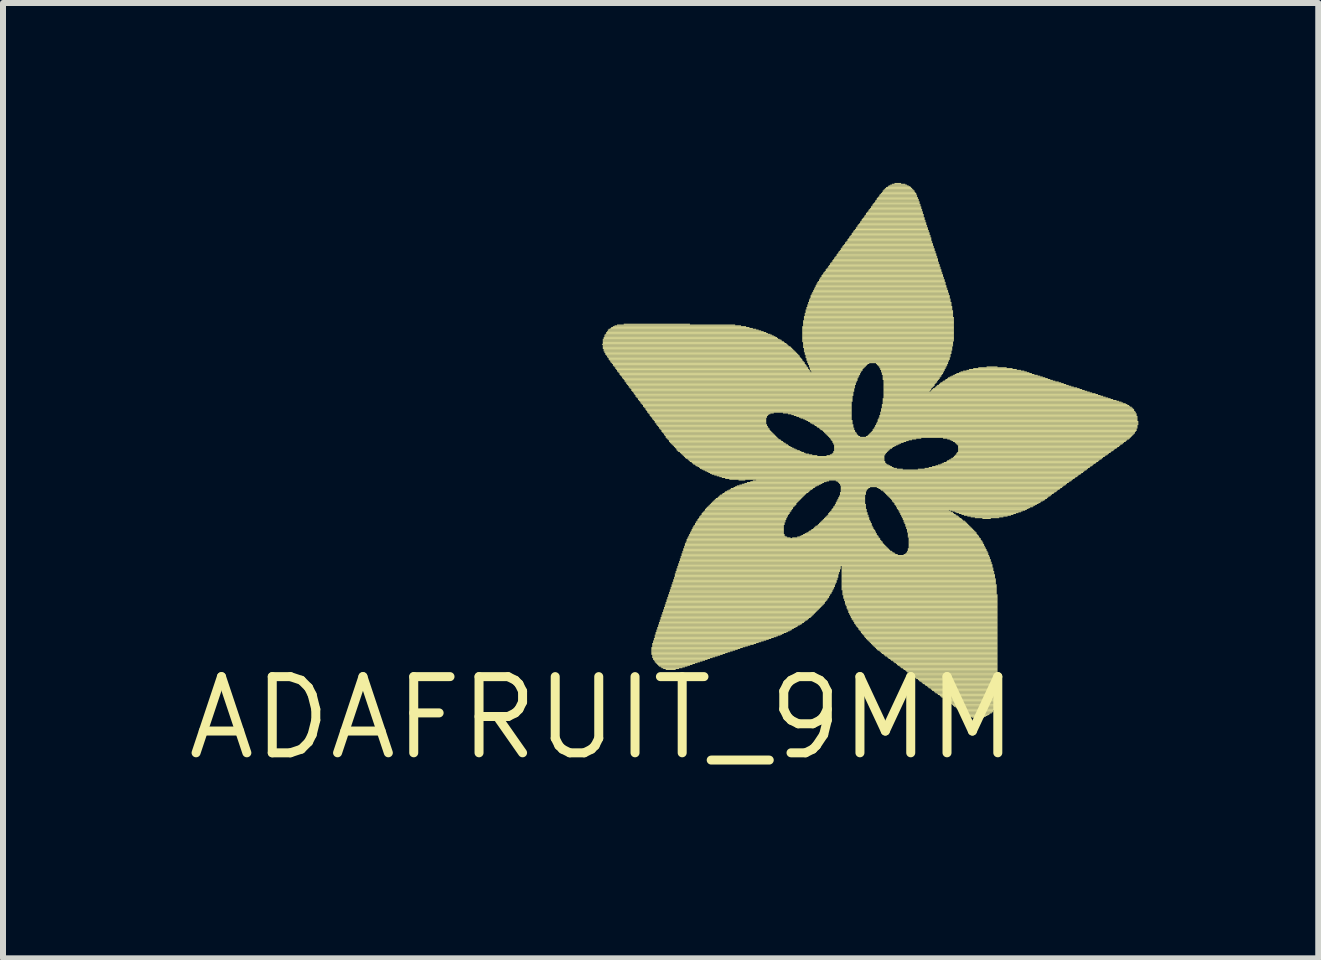
<source format=kicad_pcb>
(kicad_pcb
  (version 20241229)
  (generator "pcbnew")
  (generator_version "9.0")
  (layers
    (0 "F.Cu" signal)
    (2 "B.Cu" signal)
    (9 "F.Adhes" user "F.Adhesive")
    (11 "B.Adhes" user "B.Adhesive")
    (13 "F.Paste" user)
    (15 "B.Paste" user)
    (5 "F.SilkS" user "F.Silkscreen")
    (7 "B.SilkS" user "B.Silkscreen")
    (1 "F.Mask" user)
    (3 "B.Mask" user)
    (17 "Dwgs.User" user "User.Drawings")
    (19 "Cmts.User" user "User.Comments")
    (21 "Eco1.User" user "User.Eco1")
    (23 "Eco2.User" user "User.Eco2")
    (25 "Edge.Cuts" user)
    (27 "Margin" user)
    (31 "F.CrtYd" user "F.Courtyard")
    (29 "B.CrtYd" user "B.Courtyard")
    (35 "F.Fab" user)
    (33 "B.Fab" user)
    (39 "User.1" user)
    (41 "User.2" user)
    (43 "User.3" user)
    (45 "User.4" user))
  (footprint "ADAFRUIT_9MM"
    (layer "F.Cu")
    (at 6.992 8.92)
    (property "Reference" "ADAFRUIT_9MM" (at 0 0 0) (layer "F.SilkS") (effects (font (size 1.27 1.27) (thickness 0.15))))
    (attr through_hole)
    (fp_poly (pts (xy -0.007 -6.224) (xy 3.08 -6.224) (xy 3.08 -6.238) (xy -0.007 -6.238)) (stroke (width 0) (type solid)) (fill yes) (layer "F.SilkS"))
    (fp_poly (pts (xy 0.007 -6.308) (xy 2.955 -6.308) (xy 2.955 -6.321) (xy 0.007 -6.321)) (stroke (width 0) (type solid)) (fill yes) (layer "F.SilkS"))
    (fp_poly (pts (xy 0.007 -6.293) (xy 2.983 -6.293) (xy 2.983 -6.308) (xy 0.007 -6.308)) (stroke (width 0) (type solid)) (fill yes) (layer "F.SilkS"))
    (fp_poly (pts (xy 0.007 -6.279) (xy 2.997 -6.279) (xy 2.997 -6.293) (xy 0.007 -6.293)) (stroke (width 0) (type solid)) (fill yes) (layer "F.SilkS"))
    (fp_poly (pts (xy 0.007 -6.266) (xy 3.025 -6.266) (xy 3.025 -6.279) (xy 0.007 -6.279)) (stroke (width 0) (type solid)) (fill yes) (layer "F.SilkS"))
    (fp_poly (pts (xy 0.007 -6.252) (xy 3.038 -6.252) (xy 3.038 -6.266) (xy 0.007 -6.266)) (stroke (width 0) (type solid)) (fill yes) (layer "F.SilkS"))
    (fp_poly (pts (xy 0.007 -6.238) (xy 3.066 -6.238) (xy 3.066 -6.252) (xy 0.007 -6.252)) (stroke (width 0) (type solid)) (fill yes) (layer "F.SilkS"))
    (fp_poly (pts (xy 0.007 -6.21) (xy 3.094 -6.21) (xy 3.094 -6.224) (xy 0.007 -6.224)) (stroke (width 0) (type solid)) (fill yes) (layer "F.SilkS"))
    (fp_poly (pts (xy 0.007 -6.196) (xy 3.108 -6.196) (xy 3.108 -6.21) (xy 0.007 -6.21)) (stroke (width 0) (type solid)) (fill yes) (layer "F.SilkS"))
    (fp_poly (pts (xy 0.007 -6.182) (xy 3.136 -6.182) (xy 3.136 -6.196) (xy 0.007 -6.196)) (stroke (width 0) (type solid)) (fill yes) (layer "F.SilkS"))
    (fp_poly (pts (xy 0.007 -6.168) (xy 3.15 -6.168) (xy 3.15 -6.182) (xy 0.007 -6.182)) (stroke (width 0) (type solid)) (fill yes) (layer "F.SilkS"))
    (fp_poly (pts (xy 0.007 -6.154) (xy 3.164 -6.154) (xy 3.164 -6.168) (xy 0.007 -6.168)) (stroke (width 0) (type solid)) (fill yes) (layer "F.SilkS"))
    (fp_poly (pts (xy 0.021 -6.335) (xy 2.913 -6.335) (xy 2.913 -6.349) (xy 0.021 -6.349)) (stroke (width 0) (type solid)) (fill yes) (layer "F.SilkS"))
    (fp_poly (pts (xy 0.021 -6.321) (xy 2.927 -6.321) (xy 2.927 -6.335) (xy 0.021 -6.335)) (stroke (width 0) (type solid)) (fill yes) (layer "F.SilkS"))
    (fp_poly (pts (xy 0.021 -6.14) (xy 3.178 -6.14) (xy 3.178 -6.154) (xy 0.021 -6.154)) (stroke (width 0) (type solid)) (fill yes) (layer "F.SilkS"))
    (fp_poly (pts (xy 0.021 -6.126) (xy 3.192 -6.126) (xy 3.192 -6.14) (xy 0.021 -6.14)) (stroke (width 0) (type solid)) (fill yes) (layer "F.SilkS"))
    (fp_poly (pts (xy 0.021 -6.112) (xy 3.206 -6.112) (xy 3.206 -6.126) (xy 0.021 -6.126)) (stroke (width 0) (type solid)) (fill yes) (layer "F.SilkS"))
    (fp_poly (pts (xy 0.035 -6.377) (xy 2.829 -6.377) (xy 2.829 -6.391) (xy 0.035 -6.391)) (stroke (width 0) (type solid)) (fill yes) (layer "F.SilkS"))
    (fp_poly (pts (xy 0.035 -6.363) (xy 2.857 -6.363) (xy 2.857 -6.377) (xy 0.035 -6.377)) (stroke (width 0) (type solid)) (fill yes) (layer "F.SilkS"))
    (fp_poly (pts (xy 0.035 -6.349) (xy 2.885 -6.349) (xy 2.885 -6.363) (xy 0.035 -6.363)) (stroke (width 0) (type solid)) (fill yes) (layer "F.SilkS"))
    (fp_poly (pts (xy 0.035 -6.098) (xy 3.22 -6.098) (xy 3.22 -6.112) (xy 0.035 -6.112)) (stroke (width 0) (type solid)) (fill yes) (layer "F.SilkS"))
    (fp_poly (pts (xy 0.035 -6.084) (xy 3.234 -6.084) (xy 3.234 -6.098) (xy 0.035 -6.098)) (stroke (width 0) (type solid)) (fill yes) (layer "F.SilkS"))
    (fp_poly (pts (xy 0.049 -6.391) (xy 2.801 -6.391) (xy 2.801 -6.405) (xy 0.049 -6.405)) (stroke (width 0) (type solid)) (fill yes) (layer "F.SilkS"))
    (fp_poly (pts (xy 0.049 -6.07) (xy 3.248 -6.07) (xy 3.248 -6.084) (xy 0.049 -6.084)) (stroke (width 0) (type solid)) (fill yes) (layer "F.SilkS"))
    (fp_poly (pts (xy 0.049 -6.056) (xy 3.262 -6.056) (xy 3.262 -6.07) (xy 0.049 -6.07)) (stroke (width 0) (type solid)) (fill yes) (layer "F.SilkS"))
    (fp_poly (pts (xy 0.063 -6.419) (xy 2.731 -6.419) (xy 2.731 -6.433) (xy 0.063 -6.433)) (stroke (width 0) (type solid)) (fill yes) (layer "F.SilkS"))
    (fp_poly (pts (xy 0.063 -6.405) (xy 2.759 -6.405) (xy 2.759 -6.419) (xy 0.063 -6.419)) (stroke (width 0) (type solid)) (fill yes) (layer "F.SilkS"))
    (fp_poly (pts (xy 0.063 -6.042) (xy 3.276 -6.042) (xy 3.276 -6.056) (xy 0.063 -6.056)) (stroke (width 0) (type solid)) (fill yes) (layer "F.SilkS"))
    (fp_poly (pts (xy 0.077 -6.433) (xy 2.689 -6.433) (xy 2.689 -6.447) (xy 0.077 -6.447)) (stroke (width 0) (type solid)) (fill yes) (layer "F.SilkS"))
    (fp_poly (pts (xy 0.077 -6.028) (xy 3.29 -6.028) (xy 3.29 -6.042) (xy 0.077 -6.042)) (stroke (width 0) (type solid)) (fill yes) (layer "F.SilkS"))
    (fp_poly (pts (xy 0.077 -6.014) (xy 3.29 -6.014) (xy 3.29 -6.028) (xy 0.077 -6.028)) (stroke (width 0) (type solid)) (fill yes) (layer "F.SilkS"))
    (fp_poly (pts (xy 0.091 -6.461) (xy 2.605 -6.461) (xy 2.605 -6.475) (xy 0.091 -6.475)) (stroke (width 0) (type solid)) (fill yes) (layer "F.SilkS"))
    (fp_poly (pts (xy 0.091 -6.447) (xy 2.647 -6.447) (xy 2.647 -6.461) (xy 0.091 -6.461)) (stroke (width 0) (type solid)) (fill yes) (layer "F.SilkS"))
    (fp_poly (pts (xy 0.091 -6) (xy 3.304 -6) (xy 3.304 -6.014) (xy 0.091 -6.014)) (stroke (width 0) (type solid)) (fill yes) (layer "F.SilkS"))
    (fp_poly (pts (xy 0.105 -6.475) (xy 2.563 -6.475) (xy 2.563 -6.489) (xy 0.105 -6.489)) (stroke (width 0) (type solid)) (fill yes) (layer "F.SilkS"))
    (fp_poly (pts (xy 0.105 -5.986) (xy 3.318 -5.986) (xy 3.318 -6) (xy 0.105 -6)) (stroke (width 0) (type solid)) (fill yes) (layer "F.SilkS"))
    (fp_poly (pts (xy 0.105 -5.972) (xy 3.332 -5.972) (xy 3.332 -5.986) (xy 0.105 -5.986)) (stroke (width 0) (type solid)) (fill yes) (layer "F.SilkS"))
    (fp_poly (pts (xy 0.119 -5.958) (xy 3.332 -5.958) (xy 3.332 -5.972) (xy 0.119 -5.972)) (stroke (width 0) (type solid)) (fill yes) (layer "F.SilkS"))
    (fp_poly (pts (xy 0.133 -6.489) (xy 2.508 -6.489) (xy 2.508 -6.503) (xy 0.133 -6.503)) (stroke (width 0) (type solid)) (fill yes) (layer "F.SilkS"))
    (fp_poly (pts (xy 0.133 -5.944) (xy 3.346 -5.944) (xy 3.346 -5.958) (xy 0.133 -5.958)) (stroke (width 0) (type solid)) (fill yes) (layer "F.SilkS"))
    (fp_poly (pts (xy 0.133 -5.93) (xy 3.36 -5.93) (xy 3.36 -5.944) (xy 0.133 -5.944)) (stroke (width 0) (type solid)) (fill yes) (layer "F.SilkS"))
    (fp_poly (pts (xy 0.147 -6.503) (xy 2.452 -6.503) (xy 2.452 -6.517) (xy 0.147 -6.517)) (stroke (width 0) (type solid)) (fill yes) (layer "F.SilkS"))
    (fp_poly (pts (xy 0.147 -5.916) (xy 3.374 -5.916) (xy 3.374 -5.93) (xy 0.147 -5.93)) (stroke (width 0) (type solid)) (fill yes) (layer "F.SilkS"))
    (fp_poly (pts (xy 0.161 -5.902) (xy 3.374 -5.902) (xy 3.374 -5.916) (xy 0.161 -5.916)) (stroke (width 0) (type solid)) (fill yes) (layer "F.SilkS"))
    (fp_poly (pts (xy 0.175 -6.517) (xy 2.396 -6.517) (xy 2.396 -6.531) (xy 0.175 -6.531)) (stroke (width 0) (type solid)) (fill yes) (layer "F.SilkS"))
    (fp_poly (pts (xy 0.175 -5.888) (xy 3.388 -5.888) (xy 3.388 -5.902) (xy 0.175 -5.902)) (stroke (width 0) (type solid)) (fill yes) (layer "F.SilkS"))
    (fp_poly (pts (xy 0.175 -5.874) (xy 3.402 -5.874) (xy 3.402 -5.888) (xy 0.175 -5.888)) (stroke (width 0) (type solid)) (fill yes) (layer "F.SilkS"))
    (fp_poly (pts (xy 0.189 -5.86) (xy 3.402 -5.86) (xy 3.402 -5.874) (xy 0.189 -5.874)) (stroke (width 0) (type solid)) (fill yes) (layer "F.SilkS"))
    (fp_poly (pts (xy 0.203 -6.531) (xy 2.312 -6.531) (xy 2.312 -6.545) (xy 0.203 -6.545)) (stroke (width 0) (type solid)) (fill yes) (layer "F.SilkS"))
    (fp_poly (pts (xy 0.203 -5.846) (xy 3.416 -5.846) (xy 3.416 -5.86) (xy 0.203 -5.86)) (stroke (width 0) (type solid)) (fill yes) (layer "F.SilkS"))
    (fp_poly (pts (xy 0.216 -5.832) (xy 3.43 -5.832) (xy 3.43 -5.846) (xy 0.216 -5.846)) (stroke (width 0) (type solid)) (fill yes) (layer "F.SilkS"))
    (fp_poly (pts (xy 0.216 -5.819) (xy 3.43 -5.819) (xy 3.43 -5.832) (xy 0.216 -5.832)) (stroke (width 0) (type solid)) (fill yes) (layer "F.SilkS"))
    (fp_poly (pts (xy 0.231 -5.804) (xy 3.444 -5.804) (xy 3.444 -5.819) (xy 0.231 -5.819)) (stroke (width 0) (type solid)) (fill yes) (layer "F.SilkS"))
    (fp_poly (pts (xy 0.244 -6.545) (xy 2.214 -6.545) (xy 2.214 -6.559) (xy 0.244 -6.559)) (stroke (width 0) (type solid)) (fill yes) (layer "F.SilkS"))
    (fp_poly (pts (xy 0.244 -5.791) (xy 3.458 -5.791) (xy 3.458 -5.804) (xy 0.244 -5.804)) (stroke (width 0) (type solid)) (fill yes) (layer "F.SilkS"))
    (fp_poly (pts (xy 0.244 -5.777) (xy 3.458 -5.777) (xy 3.458 -5.791) (xy 0.244 -5.791)) (stroke (width 0) (type solid)) (fill yes) (layer "F.SilkS"))
    (fp_poly (pts (xy 0.258 -5.763) (xy 3.471 -5.763) (xy 3.471 -5.777) (xy 0.258 -5.777)) (stroke (width 0) (type solid)) (fill yes) (layer "F.SilkS"))
    (fp_poly (pts (xy 0.272 -5.749) (xy 4.31 -5.749) (xy 4.31 -5.763) (xy 0.272 -5.763)) (stroke (width 0) (type solid)) (fill yes) (layer "F.SilkS"))
    (fp_poly (pts (xy 0.286 -5.735) (xy 4.296 -5.735) (xy 4.296 -5.749) (xy 0.286 -5.749)) (stroke (width 0) (type solid)) (fill yes) (layer "F.SilkS"))
    (fp_poly (pts (xy 0.286 -5.721) (xy 4.296 -5.721) (xy 4.296 -5.735) (xy 0.286 -5.735)) (stroke (width 0) (type solid)) (fill yes) (layer "F.SilkS"))
    (fp_poly (pts (xy 0.3 -5.707) (xy 4.282 -5.707) (xy 4.282 -5.721) (xy 0.3 -5.721)) (stroke (width 0) (type solid)) (fill yes) (layer "F.SilkS"))
    (fp_poly (pts (xy 0.314 -5.693) (xy 4.282 -5.693) (xy 4.282 -5.707) (xy 0.314 -5.707)) (stroke (width 0) (type solid)) (fill yes) (layer "F.SilkS"))
    (fp_poly (pts (xy 0.328 -5.679) (xy 4.268 -5.679) (xy 4.268 -5.693) (xy 0.328 -5.693)) (stroke (width 0) (type solid)) (fill yes) (layer "F.SilkS"))
    (fp_poly (pts (xy 0.328 -5.665) (xy 4.268 -5.665) (xy 4.268 -5.679) (xy 0.328 -5.679)) (stroke (width 0) (type solid)) (fill yes) (layer "F.SilkS"))
    (fp_poly (pts (xy 0.342 -5.651) (xy 4.254 -5.651) (xy 4.254 -5.665) (xy 0.342 -5.665)) (stroke (width 0) (type solid)) (fill yes) (layer "F.SilkS"))
    (fp_poly (pts (xy 0.356 -6.559) (xy 1.46 -6.559) (xy 1.46 -6.573) (xy 0.356 -6.573)) (stroke (width 0) (type solid)) (fill yes) (layer "F.SilkS"))
    (fp_poly (pts (xy 0.356 -5.637) (xy 4.254 -5.637) (xy 4.254 -5.651) (xy 0.356 -5.651)) (stroke (width 0) (type solid)) (fill yes) (layer "F.SilkS"))
    (fp_poly (pts (xy 0.37 -5.623) (xy 4.254 -5.623) (xy 4.254 -5.637) (xy 0.37 -5.637)) (stroke (width 0) (type solid)) (fill yes) (layer "F.SilkS"))
    (fp_poly (pts (xy 0.37 -5.609) (xy 4.24 -5.609) (xy 4.24 -5.623) (xy 0.37 -5.623)) (stroke (width 0) (type solid)) (fill yes) (layer "F.SilkS"))
    (fp_poly (pts (xy 0.384 -5.595) (xy 4.24 -5.595) (xy 4.24 -5.609) (xy 0.384 -5.609)) (stroke (width 0) (type solid)) (fill yes) (layer "F.SilkS"))
    (fp_poly (pts (xy 0.398 -5.581) (xy 4.226 -5.581) (xy 4.226 -5.595) (xy 0.398 -5.595)) (stroke (width 0) (type solid)) (fill yes) (layer "F.SilkS"))
    (fp_poly (pts (xy 0.398 -5.567) (xy 4.226 -5.567) (xy 4.226 -5.581) (xy 0.398 -5.581)) (stroke (width 0) (type solid)) (fill yes) (layer "F.SilkS"))
    (fp_poly (pts (xy 0.412 -5.553) (xy 4.226 -5.553) (xy 4.226 -5.567) (xy 0.412 -5.567)) (stroke (width 0) (type solid)) (fill yes) (layer "F.SilkS"))
    (fp_poly (pts (xy 0.426 -5.539) (xy 4.212 -5.539) (xy 4.212 -5.553) (xy 0.426 -5.553)) (stroke (width 0) (type solid)) (fill yes) (layer "F.SilkS"))
    (fp_poly (pts (xy 0.44 -5.525) (xy 4.212 -5.525) (xy 4.212 -5.539) (xy 0.44 -5.539)) (stroke (width 0) (type solid)) (fill yes) (layer "F.SilkS"))
    (fp_poly (pts (xy 0.44 -5.511) (xy 4.212 -5.511) (xy 4.212 -5.525) (xy 0.44 -5.525)) (stroke (width 0) (type solid)) (fill yes) (layer "F.SilkS"))
    (fp_poly (pts (xy 0.454 -5.497) (xy 4.212 -5.497) (xy 4.212 -5.511) (xy 0.454 -5.511)) (stroke (width 0) (type solid)) (fill yes) (layer "F.SilkS"))
    (fp_poly (pts (xy 0.468 -5.483) (xy 4.198 -5.483) (xy 4.198 -5.497) (xy 0.468 -5.497)) (stroke (width 0) (type solid)) (fill yes) (layer "F.SilkS"))
    (fp_poly (pts (xy 0.482 -5.469) (xy 4.198 -5.469) (xy 4.198 -5.483) (xy 0.482 -5.483)) (stroke (width 0) (type solid)) (fill yes) (layer "F.SilkS"))
    (fp_poly (pts (xy 0.482 -5.455) (xy 4.198 -5.455) (xy 4.198 -5.469) (xy 0.482 -5.469)) (stroke (width 0) (type solid)) (fill yes) (layer "F.SilkS"))
    (fp_poly (pts (xy 0.496 -5.441) (xy 4.198 -5.441) (xy 4.198 -5.455) (xy 0.496 -5.455)) (stroke (width 0) (type solid)) (fill yes) (layer "F.SilkS"))
    (fp_poly (pts (xy 0.51 -5.427) (xy 4.184 -5.427) (xy 4.184 -5.441) (xy 0.51 -5.441)) (stroke (width 0) (type solid)) (fill yes) (layer "F.SilkS"))
    (fp_poly (pts (xy 0.524 -5.413) (xy 4.184 -5.413) (xy 4.184 -5.427) (xy 0.524 -5.427)) (stroke (width 0) (type solid)) (fill yes) (layer "F.SilkS"))
    (fp_poly (pts (xy 0.524 -5.399) (xy 4.184 -5.399) (xy 4.184 -5.413) (xy 0.524 -5.413)) (stroke (width 0) (type solid)) (fill yes) (layer "F.SilkS"))
    (fp_poly (pts (xy 0.538 -5.385) (xy 4.184 -5.385) (xy 4.184 -5.399) (xy 0.538 -5.399)) (stroke (width 0) (type solid)) (fill yes) (layer "F.SilkS"))
    (fp_poly (pts (xy 0.552 -5.372) (xy 4.184 -5.372) (xy 4.184 -5.385) (xy 0.552 -5.385)) (stroke (width 0) (type solid)) (fill yes) (layer "F.SilkS"))
    (fp_poly (pts (xy 0.552 -5.357) (xy 4.17 -5.357) (xy 4.17 -5.372) (xy 0.552 -5.372)) (stroke (width 0) (type solid)) (fill yes) (layer "F.SilkS"))
    (fp_poly (pts (xy 0.566 -5.343) (xy 4.17 -5.343) (xy 4.17 -5.357) (xy 0.566 -5.357)) (stroke (width 0) (type solid)) (fill yes) (layer "F.SilkS"))
    (fp_poly (pts (xy 0.58 -5.33) (xy 4.17 -5.33) (xy 4.17 -5.343) (xy 0.58 -5.343)) (stroke (width 0) (type solid)) (fill yes) (layer "F.SilkS"))
    (fp_poly (pts (xy 0.594 -5.316) (xy 4.17 -5.316) (xy 4.17 -5.33) (xy 0.594 -5.33)) (stroke (width 0) (type solid)) (fill yes) (layer "F.SilkS"))
    (fp_poly (pts (xy 0.594 -5.302) (xy 4.17 -5.302) (xy 4.17 -5.316) (xy 0.594 -5.316)) (stroke (width 0) (type solid)) (fill yes) (layer "F.SilkS"))
    (fp_poly (pts (xy 0.608 -5.288) (xy 4.17 -5.288) (xy 4.17 -5.302) (xy 0.608 -5.302)) (stroke (width 0) (type solid)) (fill yes) (layer "F.SilkS"))
    (fp_poly (pts (xy 0.622 -5.274) (xy 4.17 -5.274) (xy 4.17 -5.288) (xy 0.622 -5.288)) (stroke (width 0) (type solid)) (fill yes) (layer "F.SilkS"))
    (fp_poly (pts (xy 0.636 -5.26) (xy 4.156 -5.26) (xy 4.156 -5.274) (xy 0.636 -5.274)) (stroke (width 0) (type solid)) (fill yes) (layer "F.SilkS"))
    (fp_poly (pts (xy 0.636 -5.246) (xy 4.156 -5.246) (xy 4.156 -5.26) (xy 0.636 -5.26)) (stroke (width 0) (type solid)) (fill yes) (layer "F.SilkS"))
    (fp_poly (pts (xy 0.65 -5.232) (xy 4.156 -5.232) (xy 4.156 -5.246) (xy 0.65 -5.246)) (stroke (width 0) (type solid)) (fill yes) (layer "F.SilkS"))
    (fp_poly (pts (xy 0.664 -5.218) (xy 4.156 -5.218) (xy 4.156 -5.232) (xy 0.664 -5.232)) (stroke (width 0) (type solid)) (fill yes) (layer "F.SilkS"))
    (fp_poly (pts (xy 0.677 -5.204) (xy 4.156 -5.204) (xy 4.156 -5.218) (xy 0.677 -5.218)) (stroke (width 0) (type solid)) (fill yes) (layer "F.SilkS"))
    (fp_poly (pts (xy 0.677 -5.19) (xy 4.156 -5.19) (xy 4.156 -5.204) (xy 0.677 -5.204)) (stroke (width 0) (type solid)) (fill yes) (layer "F.SilkS"))
    (fp_poly (pts (xy 0.692 -5.176) (xy 4.156 -5.176) (xy 4.156 -5.19) (xy 0.692 -5.19)) (stroke (width 0) (type solid)) (fill yes) (layer "F.SilkS"))
    (fp_poly (pts (xy 0.706 -5.162) (xy 4.156 -5.162) (xy 4.156 -5.176) (xy 0.706 -5.176)) (stroke (width 0) (type solid)) (fill yes) (layer "F.SilkS"))
    (fp_poly (pts (xy 0.72 -5.148) (xy 4.156 -5.148) (xy 4.156 -5.162) (xy 0.72 -5.162)) (stroke (width 0) (type solid)) (fill yes) (layer "F.SilkS"))
    (fp_poly (pts (xy 0.72 -5.134) (xy 4.156 -5.134) (xy 4.156 -5.148) (xy 0.72 -5.148)) (stroke (width 0) (type solid)) (fill yes) (layer "F.SilkS"))
    (fp_poly (pts (xy 0.733 -5.12) (xy 4.156 -5.12) (xy 4.156 -5.134) (xy 0.733 -5.134)) (stroke (width 0) (type solid)) (fill yes) (layer "F.SilkS"))
    (fp_poly (pts (xy 0.747 -5.106) (xy 4.156 -5.106) (xy 4.156 -5.12) (xy 0.747 -5.12)) (stroke (width 0) (type solid)) (fill yes) (layer "F.SilkS"))
    (fp_poly (pts (xy 0.747 -5.092) (xy 4.156 -5.092) (xy 4.156 -5.106) (xy 0.747 -5.106)) (stroke (width 0) (type solid)) (fill yes) (layer "F.SilkS"))
    (fp_poly (pts (xy 0.761 -5.078) (xy 2.857 -5.078) (xy 2.857 -5.092) (xy 0.761 -5.092)) (stroke (width 0) (type solid)) (fill yes) (layer "F.SilkS"))
    (fp_poly (pts (xy 0.775 -5.064) (xy 2.801 -5.064) (xy 2.801 -5.078) (xy 0.775 -5.078)) (stroke (width 0) (type solid)) (fill yes) (layer "F.SilkS"))
    (fp_poly (pts (xy 0.789 -5.05) (xy 2.773 -5.05) (xy 2.773 -5.064) (xy 0.789 -5.064)) (stroke (width 0) (type solid)) (fill yes) (layer "F.SilkS"))
    (fp_poly (pts (xy 0.789 -5.036) (xy 2.759 -5.036) (xy 2.759 -5.05) (xy 0.789 -5.05)) (stroke (width 0) (type solid)) (fill yes) (layer "F.SilkS"))
    (fp_poly (pts (xy 0.803 -5.022) (xy 2.745 -5.022) (xy 2.745 -5.036) (xy 0.803 -5.036)) (stroke (width 0) (type solid)) (fill yes) (layer "F.SilkS"))
    (fp_poly (pts (xy 0.817 -5.008) (xy 2.745 -5.008) (xy 2.745 -5.022) (xy 0.817 -5.022)) (stroke (width 0) (type solid)) (fill yes) (layer "F.SilkS"))
    (fp_poly (pts (xy 0.817 -1.167) (xy 2.34 -1.167) (xy 2.34 -1.181) (xy 0.817 -1.181)) (stroke (width 0) (type solid)) (fill yes) (layer "F.SilkS"))
    (fp_poly (pts (xy 0.817 -1.153) (xy 2.298 -1.153) (xy 2.298 -1.167) (xy 0.817 -1.167)) (stroke (width 0) (type solid)) (fill yes) (layer "F.SilkS"))
    (fp_poly (pts (xy 0.817 -1.139) (xy 2.256 -1.139) (xy 2.256 -1.153) (xy 0.817 -1.153)) (stroke (width 0) (type solid)) (fill yes) (layer "F.SilkS"))
    (fp_poly (pts (xy 0.817 -1.125) (xy 2.214 -1.125) (xy 2.214 -1.139) (xy 0.817 -1.139)) (stroke (width 0) (type solid)) (fill yes) (layer "F.SilkS"))
    (fp_poly (pts (xy 0.817 -1.111) (xy 2.172 -1.111) (xy 2.172 -1.125) (xy 0.817 -1.125)) (stroke (width 0) (type solid)) (fill yes) (layer "F.SilkS"))
    (fp_poly (pts (xy 0.817 -1.097) (xy 2.13 -1.097) (xy 2.13 -1.111) (xy 0.817 -1.111)) (stroke (width 0) (type solid)) (fill yes) (layer "F.SilkS"))
    (fp_poly (pts (xy 0.817 -1.083) (xy 2.088 -1.083) (xy 2.088 -1.097) (xy 0.817 -1.097)) (stroke (width 0) (type solid)) (fill yes) (layer "F.SilkS"))
    (fp_poly (pts (xy 0.817 -1.069) (xy 2.047 -1.069) (xy 2.047 -1.083) (xy 0.817 -1.083)) (stroke (width 0) (type solid)) (fill yes) (layer "F.SilkS"))
    (fp_poly (pts (xy 0.817 -1.055) (xy 2.005 -1.055) (xy 2.005 -1.069) (xy 0.817 -1.069)) (stroke (width 0) (type solid)) (fill yes) (layer "F.SilkS"))
    (fp_poly (pts (xy 0.831 -4.994) (xy 2.731 -4.994) (xy 2.731 -5.008) (xy 0.831 -5.008)) (stroke (width 0) (type solid)) (fill yes) (layer "F.SilkS"))
    (fp_poly (pts (xy 0.831 -4.98) (xy 2.731 -4.98) (xy 2.731 -4.994) (xy 0.831 -4.994)) (stroke (width 0) (type solid)) (fill yes) (layer "F.SilkS"))
    (fp_poly (pts (xy 0.831 -1.236) (xy 2.563 -1.236) (xy 2.563 -1.25) (xy 0.831 -1.25)) (stroke (width 0) (type solid)) (fill yes) (layer "F.SilkS"))
    (fp_poly (pts (xy 0.831 -1.222) (xy 2.522 -1.222) (xy 2.522 -1.236) (xy 0.831 -1.236)) (stroke (width 0) (type solid)) (fill yes) (layer "F.SilkS"))
    (fp_poly (pts (xy 0.831 -1.208) (xy 2.466 -1.208) (xy 2.466 -1.222) (xy 0.831 -1.222)) (stroke (width 0) (type solid)) (fill yes) (layer "F.SilkS"))
    (fp_poly (pts (xy 0.831 -1.194) (xy 2.424 -1.194) (xy 2.424 -1.208) (xy 0.831 -1.208)) (stroke (width 0) (type solid)) (fill yes) (layer "F.SilkS"))
    (fp_poly (pts (xy 0.831 -1.181) (xy 2.382 -1.181) (xy 2.382 -1.194) (xy 0.831 -1.194)) (stroke (width 0) (type solid)) (fill yes) (layer "F.SilkS"))
    (fp_poly (pts (xy 0.831 -1.041) (xy 1.963 -1.041) (xy 1.963 -1.055) (xy 0.831 -1.055)) (stroke (width 0) (type solid)) (fill yes) (layer "F.SilkS"))
    (fp_poly (pts (xy 0.831 -1.027) (xy 1.921 -1.027) (xy 1.921 -1.041) (xy 0.831 -1.041)) (stroke (width 0) (type solid)) (fill yes) (layer "F.SilkS"))
    (fp_poly (pts (xy 0.831 -1.013) (xy 1.879 -1.013) (xy 1.879 -1.027) (xy 0.831 -1.027)) (stroke (width 0) (type solid)) (fill yes) (layer "F.SilkS"))
    (fp_poly (pts (xy 0.831 -0.999) (xy 1.837 -0.999) (xy 1.837 -1.013) (xy 0.831 -1.013)) (stroke (width 0) (type solid)) (fill yes) (layer "F.SilkS"))
    (fp_poly (pts (xy 0.845 -4.966) (xy 2.731 -4.966) (xy 2.731 -4.98) (xy 0.845 -4.98)) (stroke (width 0) (type solid)) (fill yes) (layer "F.SilkS"))
    (fp_poly (pts (xy 0.845 -1.278) (xy 2.689 -1.278) (xy 2.689 -1.292) (xy 0.845 -1.292)) (stroke (width 0) (type solid)) (fill yes) (layer "F.SilkS"))
    (fp_poly (pts (xy 0.845 -1.264) (xy 2.647 -1.264) (xy 2.647 -1.278) (xy 0.845 -1.278)) (stroke (width 0) (type solid)) (fill yes) (layer "F.SilkS"))
    (fp_poly (pts (xy 0.845 -1.25) (xy 2.605 -1.25) (xy 2.605 -1.264) (xy 0.845 -1.264)) (stroke (width 0) (type solid)) (fill yes) (layer "F.SilkS"))
    (fp_poly (pts (xy 0.845 -0.985) (xy 1.795 -0.985) (xy 1.795 -0.999) (xy 0.845 -0.999)) (stroke (width 0) (type solid)) (fill yes) (layer "F.SilkS"))
    (fp_poly (pts (xy 0.845 -0.971) (xy 1.753 -0.971) (xy 1.753 -0.985) (xy 0.845 -0.985)) (stroke (width 0) (type solid)) (fill yes) (layer "F.SilkS"))
    (fp_poly (pts (xy 0.859 -4.952) (xy 2.731 -4.952) (xy 2.731 -4.966) (xy 0.859 -4.966)) (stroke (width 0) (type solid)) (fill yes) (layer "F.SilkS"))
    (fp_poly (pts (xy 0.859 -1.32) (xy 2.815 -1.32) (xy 2.815 -1.334) (xy 0.859 -1.334)) (stroke (width 0) (type solid)) (fill yes) (layer "F.SilkS"))
    (fp_poly (pts (xy 0.859 -1.306) (xy 2.773 -1.306) (xy 2.773 -1.32) (xy 0.859 -1.32)) (stroke (width 0) (type solid)) (fill yes) (layer "F.SilkS"))
    (fp_poly (pts (xy 0.859 -1.292) (xy 2.731 -1.292) (xy 2.731 -1.306) (xy 0.859 -1.306)) (stroke (width 0) (type solid)) (fill yes) (layer "F.SilkS"))
    (fp_poly (pts (xy 0.859 -0.957) (xy 1.711 -0.957) (xy 1.711 -0.971) (xy 0.859 -0.971)) (stroke (width 0) (type solid)) (fill yes) (layer "F.SilkS"))
    (fp_poly (pts (xy 0.873 -4.938) (xy 2.731 -4.938) (xy 2.731 -4.952) (xy 0.873 -4.952)) (stroke (width 0) (type solid)) (fill yes) (layer "F.SilkS"))
    (fp_poly (pts (xy 0.873 -4.924) (xy 2.731 -4.924) (xy 2.731 -4.938) (xy 0.873 -4.938)) (stroke (width 0) (type solid)) (fill yes) (layer "F.SilkS"))
    (fp_poly (pts (xy 0.873 -1.376) (xy 2.969 -1.376) (xy 2.969 -1.39) (xy 0.873 -1.39)) (stroke (width 0) (type solid)) (fill yes) (layer "F.SilkS"))
    (fp_poly (pts (xy 0.873 -1.362) (xy 2.927 -1.362) (xy 2.927 -1.376) (xy 0.873 -1.376)) (stroke (width 0) (type solid)) (fill yes) (layer "F.SilkS"))
    (fp_poly (pts (xy 0.873 -1.348) (xy 2.899 -1.348) (xy 2.899 -1.362) (xy 0.873 -1.362)) (stroke (width 0) (type solid)) (fill yes) (layer "F.SilkS"))
    (fp_poly (pts (xy 0.873 -1.334) (xy 2.857 -1.334) (xy 2.857 -1.348) (xy 0.873 -1.348)) (stroke (width 0) (type solid)) (fill yes) (layer "F.SilkS"))
    (fp_poly (pts (xy 0.873 -0.943) (xy 1.669 -0.943) (xy 1.669 -0.957) (xy 0.873 -0.957)) (stroke (width 0) (type solid)) (fill yes) (layer "F.SilkS"))
    (fp_poly (pts (xy 0.873 -0.929) (xy 1.627 -0.929) (xy 1.627 -0.943) (xy 0.873 -0.943)) (stroke (width 0) (type solid)) (fill yes) (layer "F.SilkS"))
    (fp_poly (pts (xy 0.887 -4.91) (xy 2.731 -4.91) (xy 2.731 -4.924) (xy 0.887 -4.924)) (stroke (width 0) (type solid)) (fill yes) (layer "F.SilkS"))
    (fp_poly (pts (xy 0.887 -1.418) (xy 3.066 -1.418) (xy 3.066 -1.432) (xy 0.887 -1.432)) (stroke (width 0) (type solid)) (fill yes) (layer "F.SilkS"))
    (fp_poly (pts (xy 0.887 -1.404) (xy 3.025 -1.404) (xy 3.025 -1.418) (xy 0.887 -1.418)) (stroke (width 0) (type solid)) (fill yes) (layer "F.SilkS"))
    (fp_poly (pts (xy 0.887 -1.39) (xy 2.997 -1.39) (xy 2.997 -1.404) (xy 0.887 -1.404)) (stroke (width 0) (type solid)) (fill yes) (layer "F.SilkS"))
    (fp_poly (pts (xy 0.887 -0.915) (xy 1.586 -0.915) (xy 1.586 -0.929) (xy 0.887 -0.929)) (stroke (width 0) (type solid)) (fill yes) (layer "F.SilkS"))
    (fp_poly (pts (xy 0.901 -4.896) (xy 2.731 -4.896) (xy 2.731 -4.91) (xy 0.901 -4.91)) (stroke (width 0) (type solid)) (fill yes) (layer "F.SilkS"))
    (fp_poly (pts (xy 0.901 -4.883) (xy 2.745 -4.883) (xy 2.745 -4.896) (xy 0.901 -4.896)) (stroke (width 0) (type solid)) (fill yes) (layer "F.SilkS"))
    (fp_poly (pts (xy 0.901 -1.46) (xy 3.15 -1.46) (xy 3.15 -1.474) (xy 0.901 -1.474)) (stroke (width 0) (type solid)) (fill yes) (layer "F.SilkS"))
    (fp_poly (pts (xy 0.901 -1.446) (xy 3.122 -1.446) (xy 3.122 -1.46) (xy 0.901 -1.46)) (stroke (width 0) (type solid)) (fill yes) (layer "F.SilkS"))
    (fp_poly (pts (xy 0.901 -1.432) (xy 3.094 -1.432) (xy 3.094 -1.446) (xy 0.901 -1.446)) (stroke (width 0) (type solid)) (fill yes) (layer "F.SilkS"))
    (fp_poly (pts (xy 0.901 -0.901) (xy 1.544 -0.901) (xy 1.544 -0.915) (xy 0.901 -0.915)) (stroke (width 0) (type solid)) (fill yes) (layer "F.SilkS"))
    (fp_poly (pts (xy 0.915 -4.869) (xy 2.745 -4.869) (xy 2.745 -4.883) (xy 0.915 -4.883)) (stroke (width 0) (type solid)) (fill yes) (layer "F.SilkS"))
    (fp_poly (pts (xy 0.915 -1.502) (xy 3.22 -1.502) (xy 3.22 -1.516) (xy 0.915 -1.516)) (stroke (width 0) (type solid)) (fill yes) (layer "F.SilkS"))
    (fp_poly (pts (xy 0.915 -1.488) (xy 3.192 -1.488) (xy 3.192 -1.502) (xy 0.915 -1.502)) (stroke (width 0) (type solid)) (fill yes) (layer "F.SilkS"))
    (fp_poly (pts (xy 0.915 -1.474) (xy 3.164 -1.474) (xy 3.164 -1.488) (xy 0.915 -1.488)) (stroke (width 0) (type solid)) (fill yes) (layer "F.SilkS"))
    (fp_poly (pts (xy 0.915 -0.887) (xy 1.502 -0.887) (xy 1.502 -0.901) (xy 0.915 -0.901)) (stroke (width 0) (type solid)) (fill yes) (layer "F.SilkS"))
    (fp_poly (pts (xy 0.929 -4.855) (xy 2.759 -4.855) (xy 2.759 -4.869) (xy 0.929 -4.869)) (stroke (width 0) (type solid)) (fill yes) (layer "F.SilkS"))
    (fp_poly (pts (xy 0.929 -1.544) (xy 3.29 -1.544) (xy 3.29 -1.558) (xy 0.929 -1.558)) (stroke (width 0) (type solid)) (fill yes) (layer "F.SilkS"))
    (fp_poly (pts (xy 0.929 -1.53) (xy 3.262 -1.53) (xy 3.262 -1.544) (xy 0.929 -1.544)) (stroke (width 0) (type solid)) (fill yes) (layer "F.SilkS"))
    (fp_poly (pts (xy 0.929 -1.516) (xy 3.248 -1.516) (xy 3.248 -1.53) (xy 0.929 -1.53)) (stroke (width 0) (type solid)) (fill yes) (layer "F.SilkS"))
    (fp_poly (pts (xy 0.929 -0.873) (xy 1.46 -0.873) (xy 1.46 -0.887) (xy 0.929 -0.887)) (stroke (width 0) (type solid)) (fill yes) (layer "F.SilkS"))
    (fp_poly (pts (xy 0.943 -4.841) (xy 2.759 -4.841) (xy 2.759 -4.855) (xy 0.943 -4.855)) (stroke (width 0) (type solid)) (fill yes) (layer "F.SilkS"))
    (fp_poly (pts (xy 0.943 -4.827) (xy 2.773 -4.827) (xy 2.773 -4.841) (xy 0.943 -4.841)) (stroke (width 0) (type solid)) (fill yes) (layer "F.SilkS"))
    (fp_poly (pts (xy 0.943 -1.586) (xy 3.36 -1.586) (xy 3.36 -1.6) (xy 0.943 -1.6)) (stroke (width 0) (type solid)) (fill yes) (layer "F.SilkS"))
    (fp_poly (pts (xy 0.943 -1.572) (xy 3.332 -1.572) (xy 3.332 -1.586) (xy 0.943 -1.586)) (stroke (width 0) (type solid)) (fill yes) (layer "F.SilkS"))
    (fp_poly (pts (xy 0.943 -1.558) (xy 3.318 -1.558) (xy 3.318 -1.572) (xy 0.943 -1.572)) (stroke (width 0) (type solid)) (fill yes) (layer "F.SilkS"))
    (fp_poly (pts (xy 0.943 -0.859) (xy 1.418 -0.859) (xy 1.418 -0.873) (xy 0.943 -0.873)) (stroke (width 0) (type solid)) (fill yes) (layer "F.SilkS"))
    (fp_poly (pts (xy 0.957 -4.813) (xy 2.787 -4.813) (xy 2.787 -4.827) (xy 0.957 -4.827)) (stroke (width 0) (type solid)) (fill yes) (layer "F.SilkS"))
    (fp_poly (pts (xy 0.957 -1.627) (xy 3.416 -1.627) (xy 3.416 -1.641) (xy 0.957 -1.641)) (stroke (width 0) (type solid)) (fill yes) (layer "F.SilkS"))
    (fp_poly (pts (xy 0.957 -1.613) (xy 3.388 -1.613) (xy 3.388 -1.627) (xy 0.957 -1.627)) (stroke (width 0) (type solid)) (fill yes) (layer "F.SilkS"))
    (fp_poly (pts (xy 0.957 -1.6) (xy 3.374 -1.6) (xy 3.374 -1.613) (xy 0.957 -1.613)) (stroke (width 0) (type solid)) (fill yes) (layer "F.SilkS"))
    (fp_poly (pts (xy 0.971 -4.799) (xy 2.787 -4.799) (xy 2.787 -4.813) (xy 0.971 -4.813)) (stroke (width 0) (type solid)) (fill yes) (layer "F.SilkS"))
    (fp_poly (pts (xy 0.971 -1.669) (xy 3.471 -1.669) (xy 3.471 -1.683) (xy 0.971 -1.683)) (stroke (width 0) (type solid)) (fill yes) (layer "F.SilkS"))
    (fp_poly (pts (xy 0.971 -1.655) (xy 3.444 -1.655) (xy 3.444 -1.669) (xy 0.971 -1.669)) (stroke (width 0) (type solid)) (fill yes) (layer "F.SilkS"))
    (fp_poly (pts (xy 0.971 -1.641) (xy 3.43 -1.641) (xy 3.43 -1.655) (xy 0.971 -1.655)) (stroke (width 0) (type solid)) (fill yes) (layer "F.SilkS"))
    (fp_poly (pts (xy 0.971 -0.845) (xy 1.376 -0.845) (xy 1.376 -0.859) (xy 0.971 -0.859)) (stroke (width 0) (type solid)) (fill yes) (layer "F.SilkS"))
    (fp_poly (pts (xy 0.985 -4.785) (xy 2.801 -4.785) (xy 2.801 -4.799) (xy 0.985 -4.799)) (stroke (width 0) (type solid)) (fill yes) (layer "F.SilkS"))
    (fp_poly (pts (xy 0.985 -4.771) (xy 2.815 -4.771) (xy 2.815 -4.785) (xy 0.985 -4.785)) (stroke (width 0) (type solid)) (fill yes) (layer "F.SilkS"))
    (fp_poly (pts (xy 0.985 -1.711) (xy 3.514 -1.711) (xy 3.514 -1.725) (xy 0.985 -1.725)) (stroke (width 0) (type solid)) (fill yes) (layer "F.SilkS"))
    (fp_poly (pts (xy 0.985 -1.697) (xy 3.499 -1.697) (xy 3.499 -1.711) (xy 0.985 -1.711)) (stroke (width 0) (type solid)) (fill yes) (layer "F.SilkS"))
    (fp_poly (pts (xy 0.985 -1.683) (xy 3.486 -1.683) (xy 3.486 -1.697) (xy 0.985 -1.697)) (stroke (width 0) (type solid)) (fill yes) (layer "F.SilkS"))
    (fp_poly (pts (xy 0.985 -0.831) (xy 1.334 -0.831) (xy 1.334 -0.845) (xy 0.985 -0.845)) (stroke (width 0) (type solid)) (fill yes) (layer "F.SilkS"))
    (fp_poly (pts (xy 0.999 -4.757) (xy 2.829 -4.757) (xy 2.829 -4.771) (xy 0.999 -4.771)) (stroke (width 0) (type solid)) (fill yes) (layer "F.SilkS"))
    (fp_poly (pts (xy 0.999 -1.753) (xy 3.555 -1.753) (xy 3.555 -1.767) (xy 0.999 -1.767)) (stroke (width 0) (type solid)) (fill yes) (layer "F.SilkS"))
    (fp_poly (pts (xy 0.999 -1.739) (xy 3.541 -1.739) (xy 3.541 -1.753) (xy 0.999 -1.753)) (stroke (width 0) (type solid)) (fill yes) (layer "F.SilkS"))
    (fp_poly (pts (xy 0.999 -1.725) (xy 3.527 -1.725) (xy 3.527 -1.739) (xy 0.999 -1.739)) (stroke (width 0) (type solid)) (fill yes) (layer "F.SilkS"))
    (fp_poly (pts (xy 1.013 -4.743) (xy 2.843 -4.743) (xy 2.843 -4.757) (xy 1.013 -4.757)) (stroke (width 0) (type solid)) (fill yes) (layer "F.SilkS"))
    (fp_poly (pts (xy 1.013 -1.795) (xy 3.597 -1.795) (xy 3.597 -1.809) (xy 1.013 -1.809)) (stroke (width 0) (type solid)) (fill yes) (layer "F.SilkS"))
    (fp_poly (pts (xy 1.013 -1.781) (xy 3.583 -1.781) (xy 3.583 -1.795) (xy 1.013 -1.795)) (stroke (width 0) (type solid)) (fill yes) (layer "F.SilkS"))
    (fp_poly (pts (xy 1.013 -1.767) (xy 3.569 -1.767) (xy 3.569 -1.781) (xy 1.013 -1.781)) (stroke (width 0) (type solid)) (fill yes) (layer "F.SilkS"))
    (fp_poly (pts (xy 1.013 -0.817) (xy 1.278 -0.817) (xy 1.278 -0.831) (xy 1.013 -0.831)) (stroke (width 0) (type solid)) (fill yes) (layer "F.SilkS"))
    (fp_poly (pts (xy 1.027 -4.729) (xy 2.857 -4.729) (xy 2.857 -4.743) (xy 1.027 -4.743)) (stroke (width 0) (type solid)) (fill yes) (layer "F.SilkS"))
    (fp_poly (pts (xy 1.027 -4.715) (xy 2.871 -4.715) (xy 2.871 -4.729) (xy 1.027 -4.729)) (stroke (width 0) (type solid)) (fill yes) (layer "F.SilkS"))
    (fp_poly (pts (xy 1.027 -1.837) (xy 3.639 -1.837) (xy 3.639 -1.851) (xy 1.027 -1.851)) (stroke (width 0) (type solid)) (fill yes) (layer "F.SilkS"))
    (fp_poly (pts (xy 1.027 -1.823) (xy 3.625 -1.823) (xy 3.625 -1.837) (xy 1.027 -1.837)) (stroke (width 0) (type solid)) (fill yes) (layer "F.SilkS"))
    (fp_poly (pts (xy 1.027 -1.809) (xy 3.611 -1.809) (xy 3.611 -1.823) (xy 1.027 -1.823)) (stroke (width 0) (type solid)) (fill yes) (layer "F.SilkS"))
    (fp_poly (pts (xy 1.041 -4.701) (xy 2.885 -4.701) (xy 2.885 -4.715) (xy 1.041 -4.715)) (stroke (width 0) (type solid)) (fill yes) (layer "F.SilkS"))
    (fp_poly (pts (xy 1.041 -1.879) (xy 3.681 -1.879) (xy 3.681 -1.893) (xy 1.041 -1.893)) (stroke (width 0) (type solid)) (fill yes) (layer "F.SilkS"))
    (fp_poly (pts (xy 1.041 -1.865) (xy 3.667 -1.865) (xy 3.667 -1.879) (xy 1.041 -1.879)) (stroke (width 0) (type solid)) (fill yes) (layer "F.SilkS"))
    (fp_poly (pts (xy 1.041 -1.851) (xy 3.653 -1.851) (xy 3.653 -1.865) (xy 1.041 -1.865)) (stroke (width 0) (type solid)) (fill yes) (layer "F.SilkS"))
    (fp_poly (pts (xy 1.055 -4.687) (xy 2.899 -4.687) (xy 2.899 -4.701) (xy 1.055 -4.701)) (stroke (width 0) (type solid)) (fill yes) (layer "F.SilkS"))
    (fp_poly (pts (xy 1.055 -4.673) (xy 2.913 -4.673) (xy 2.913 -4.687) (xy 1.055 -4.687)) (stroke (width 0) (type solid)) (fill yes) (layer "F.SilkS"))
    (fp_poly (pts (xy 1.055 -1.921) (xy 3.709 -1.921) (xy 3.709 -1.935) (xy 1.055 -1.935)) (stroke (width 0) (type solid)) (fill yes) (layer "F.SilkS"))
    (fp_poly (pts (xy 1.055 -1.907) (xy 3.709 -1.907) (xy 3.709 -1.921) (xy 1.055 -1.921)) (stroke (width 0) (type solid)) (fill yes) (layer "F.SilkS"))
    (fp_poly (pts (xy 1.055 -1.893) (xy 3.695 -1.893) (xy 3.695 -1.907) (xy 1.055 -1.907)) (stroke (width 0) (type solid)) (fill yes) (layer "F.SilkS"))
    (fp_poly (pts (xy 1.055 -0.803) (xy 1.222 -0.803) (xy 1.222 -0.817) (xy 1.055 -0.817)) (stroke (width 0) (type solid)) (fill yes) (layer "F.SilkS"))
    (fp_poly (pts (xy 1.069 -4.659) (xy 2.927 -4.659) (xy 2.927 -4.673) (xy 1.069 -4.673)) (stroke (width 0) (type solid)) (fill yes) (layer "F.SilkS"))
    (fp_poly (pts (xy 1.069 -1.963) (xy 3.751 -1.963) (xy 3.751 -1.977) (xy 1.069 -1.977)) (stroke (width 0) (type solid)) (fill yes) (layer "F.SilkS"))
    (fp_poly (pts (xy 1.069 -1.949) (xy 3.737 -1.949) (xy 3.737 -1.963) (xy 1.069 -1.963)) (stroke (width 0) (type solid)) (fill yes) (layer "F.SilkS"))
    (fp_poly (pts (xy 1.069 -1.935) (xy 3.723 -1.935) (xy 3.723 -1.949) (xy 1.069 -1.949)) (stroke (width 0) (type solid)) (fill yes) (layer "F.SilkS"))
    (fp_poly (pts (xy 1.083 -4.645) (xy 2.941 -4.645) (xy 2.941 -4.659) (xy 1.083 -4.659)) (stroke (width 0) (type solid)) (fill yes) (layer "F.SilkS"))
    (fp_poly (pts (xy 1.083 -2.005) (xy 3.779 -2.005) (xy 3.779 -2.019) (xy 1.083 -2.019)) (stroke (width 0) (type solid)) (fill yes) (layer "F.SilkS"))
    (fp_poly (pts (xy 1.083 -1.991) (xy 3.765 -1.991) (xy 3.765 -2.005) (xy 1.083 -2.005)) (stroke (width 0) (type solid)) (fill yes) (layer "F.SilkS"))
    (fp_poly (pts (xy 1.083 -1.977) (xy 3.751 -1.977) (xy 3.751 -1.991) (xy 1.083 -1.991)) (stroke (width 0) (type solid)) (fill yes) (layer "F.SilkS"))
    (fp_poly (pts (xy 1.097 -4.631) (xy 2.969 -4.631) (xy 2.969 -4.645) (xy 1.097 -4.645)) (stroke (width 0) (type solid)) (fill yes) (layer "F.SilkS"))
    (fp_poly (pts (xy 1.097 -2.047) (xy 3.793 -2.047) (xy 3.793 -2.061) (xy 1.097 -2.061)) (stroke (width 0) (type solid)) (fill yes) (layer "F.SilkS"))
    (fp_poly (pts (xy 1.097 -2.033) (xy 3.793 -2.033) (xy 3.793 -2.047) (xy 1.097 -2.047)) (stroke (width 0) (type solid)) (fill yes) (layer "F.SilkS"))
    (fp_poly (pts (xy 1.097 -2.019) (xy 3.779 -2.019) (xy 3.779 -2.033) (xy 1.097 -2.033)) (stroke (width 0) (type solid)) (fill yes) (layer "F.SilkS"))
    (fp_poly (pts (xy 1.111 -4.617) (xy 2.983 -4.617) (xy 2.983 -4.631) (xy 1.111 -4.631)) (stroke (width 0) (type solid)) (fill yes) (layer "F.SilkS"))
    (fp_poly (pts (xy 1.111 -4.603) (xy 3.01 -4.603) (xy 3.01 -4.617) (xy 1.111 -4.617)) (stroke (width 0) (type solid)) (fill yes) (layer "F.SilkS"))
    (fp_poly (pts (xy 1.111 -2.088) (xy 3.821 -2.088) (xy 3.821 -2.103) (xy 1.111 -2.103)) (stroke (width 0) (type solid)) (fill yes) (layer "F.SilkS"))
    (fp_poly (pts (xy 1.111 -2.075) (xy 3.821 -2.075) (xy 3.821 -2.088) (xy 1.111 -2.088)) (stroke (width 0) (type solid)) (fill yes) (layer "F.SilkS"))
    (fp_poly (pts (xy 1.111 -2.061) (xy 3.807 -2.061) (xy 3.807 -2.075) (xy 1.111 -2.075)) (stroke (width 0) (type solid)) (fill yes) (layer "F.SilkS"))
    (fp_poly (pts (xy 1.125 -4.589) (xy 3.025 -4.589) (xy 3.025 -4.603) (xy 1.125 -4.603)) (stroke (width 0) (type solid)) (fill yes) (layer "F.SilkS"))
    (fp_poly (pts (xy 1.125 -2.13) (xy 3.849 -2.13) (xy 3.849 -2.144) (xy 1.125 -2.144)) (stroke (width 0) (type solid)) (fill yes) (layer "F.SilkS"))
    (fp_poly (pts (xy 1.125 -2.116) (xy 3.835 -2.116) (xy 3.835 -2.13) (xy 1.125 -2.13)) (stroke (width 0) (type solid)) (fill yes) (layer "F.SilkS"))
    (fp_poly (pts (xy 1.125 -2.103) (xy 3.835 -2.103) (xy 3.835 -2.116) (xy 1.125 -2.116)) (stroke (width 0) (type solid)) (fill yes) (layer "F.SilkS"))
    (fp_poly (pts (xy 1.139 -4.575) (xy 3.052 -4.575) (xy 3.052 -4.589) (xy 1.139 -4.589)) (stroke (width 0) (type solid)) (fill yes) (layer "F.SilkS"))
    (fp_poly (pts (xy 1.139 -2.172) (xy 3.863 -2.172) (xy 3.863 -2.186) (xy 1.139 -2.186)) (stroke (width 0) (type solid)) (fill yes) (layer "F.SilkS"))
    (fp_poly (pts (xy 1.139 -2.158) (xy 3.863 -2.158) (xy 3.863 -2.172) (xy 1.139 -2.172)) (stroke (width 0) (type solid)) (fill yes) (layer "F.SilkS"))
    (fp_poly (pts (xy 1.139 -2.144) (xy 3.849 -2.144) (xy 3.849 -2.158) (xy 1.139 -2.158)) (stroke (width 0) (type solid)) (fill yes) (layer "F.SilkS"))
    (fp_poly (pts (xy 1.153 -4.561) (xy 3.066 -4.561) (xy 3.066 -4.575) (xy 1.153 -4.575)) (stroke (width 0) (type solid)) (fill yes) (layer "F.SilkS"))
    (fp_poly (pts (xy 1.153 -2.214) (xy 3.877 -2.214) (xy 3.877 -2.228) (xy 1.153 -2.228)) (stroke (width 0) (type solid)) (fill yes) (layer "F.SilkS"))
    (fp_poly (pts (xy 1.153 -2.2) (xy 3.877 -2.2) (xy 3.877 -2.214) (xy 1.153 -2.214)) (stroke (width 0) (type solid)) (fill yes) (layer "F.SilkS"))
    (fp_poly (pts (xy 1.153 -2.186) (xy 3.877 -2.186) (xy 3.877 -2.2) (xy 1.153 -2.2)) (stroke (width 0) (type solid)) (fill yes) (layer "F.SilkS"))
    (fp_poly (pts (xy 1.167 -4.547) (xy 3.094 -4.547) (xy 3.094 -4.561) (xy 1.167 -4.561)) (stroke (width 0) (type solid)) (fill yes) (layer "F.SilkS"))
    (fp_poly (pts (xy 1.167 -2.256) (xy 3.905 -2.256) (xy 3.905 -2.27) (xy 1.167 -2.27)) (stroke (width 0) (type solid)) (fill yes) (layer "F.SilkS"))
    (fp_poly (pts (xy 1.167 -2.242) (xy 3.891 -2.242) (xy 3.891 -2.256) (xy 1.167 -2.256)) (stroke (width 0) (type solid)) (fill yes) (layer "F.SilkS"))
    (fp_poly (pts (xy 1.167 -2.228) (xy 3.891 -2.228) (xy 3.891 -2.242) (xy 1.167 -2.242)) (stroke (width 0) (type solid)) (fill yes) (layer "F.SilkS"))
    (fp_poly (pts (xy 1.181 -4.533) (xy 3.108 -4.533) (xy 3.108 -4.547) (xy 1.181 -4.547)) (stroke (width 0) (type solid)) (fill yes) (layer "F.SilkS"))
    (fp_poly (pts (xy 1.181 -2.298) (xy 3.919 -2.298) (xy 3.919 -2.312) (xy 1.181 -2.312)) (stroke (width 0) (type solid)) (fill yes) (layer "F.SilkS"))
    (fp_poly (pts (xy 1.181 -2.284) (xy 3.905 -2.284) (xy 3.905 -2.298) (xy 1.181 -2.298)) (stroke (width 0) (type solid)) (fill yes) (layer "F.SilkS"))
    (fp_poly (pts (xy 1.181 -2.27) (xy 3.905 -2.27) (xy 3.905 -2.284) (xy 1.181 -2.284)) (stroke (width 0) (type solid)) (fill yes) (layer "F.SilkS"))
    (fp_poly (pts (xy 1.194 -4.519) (xy 3.136 -4.519) (xy 3.136 -4.533) (xy 1.194 -4.533)) (stroke (width 0) (type solid)) (fill yes) (layer "F.SilkS"))
    (fp_poly (pts (xy 1.194 -2.34) (xy 3.933 -2.34) (xy 3.933 -2.354) (xy 1.194 -2.354)) (stroke (width 0) (type solid)) (fill yes) (layer "F.SilkS"))
    (fp_poly (pts (xy 1.194 -2.326) (xy 3.919 -2.326) (xy 3.919 -2.34) (xy 1.194 -2.34)) (stroke (width 0) (type solid)) (fill yes) (layer "F.SilkS"))
    (fp_poly (pts (xy 1.194 -2.312) (xy 3.919 -2.312) (xy 3.919 -2.326) (xy 1.194 -2.326)) (stroke (width 0) (type solid)) (fill yes) (layer "F.SilkS"))
    (fp_poly (pts (xy 1.208 -4.505) (xy 3.164 -4.505) (xy 3.164 -4.519) (xy 1.208 -4.519)) (stroke (width 0) (type solid)) (fill yes) (layer "F.SilkS"))
    (fp_poly (pts (xy 1.208 -2.396) (xy 3.946 -2.396) (xy 3.946 -2.41) (xy 1.208 -2.41)) (stroke (width 0) (type solid)) (fill yes) (layer "F.SilkS"))
    (fp_poly (pts (xy 1.208 -2.382) (xy 3.933 -2.382) (xy 3.933 -2.396) (xy 1.208 -2.396)) (stroke (width 0) (type solid)) (fill yes) (layer "F.SilkS"))
    (fp_poly (pts (xy 1.208 -2.368) (xy 3.933 -2.368) (xy 3.933 -2.382) (xy 1.208 -2.382)) (stroke (width 0) (type solid)) (fill yes) (layer "F.SilkS"))
    (fp_poly (pts (xy 1.208 -2.354) (xy 3.933 -2.354) (xy 3.933 -2.368) (xy 1.208 -2.368)) (stroke (width 0) (type solid)) (fill yes) (layer "F.SilkS"))
    (fp_poly (pts (xy 1.222 -4.491) (xy 3.192 -4.491) (xy 3.192 -4.505) (xy 1.222 -4.505)) (stroke (width 0) (type solid)) (fill yes) (layer "F.SilkS"))
    (fp_poly (pts (xy 1.222 -2.438) (xy 3.961 -2.438) (xy 3.961 -2.452) (xy 1.222 -2.452)) (stroke (width 0) (type solid)) (fill yes) (layer "F.SilkS"))
    (fp_poly (pts (xy 1.222 -2.424) (xy 3.946 -2.424) (xy 3.946 -2.438) (xy 1.222 -2.438)) (stroke (width 0) (type solid)) (fill yes) (layer "F.SilkS"))
    (fp_poly (pts (xy 1.222 -2.41) (xy 3.946 -2.41) (xy 3.946 -2.424) (xy 1.222 -2.424)) (stroke (width 0) (type solid)) (fill yes) (layer "F.SilkS"))
    (fp_poly (pts (xy 1.236 -4.477) (xy 3.22 -4.477) (xy 3.22 -4.491) (xy 1.236 -4.491)) (stroke (width 0) (type solid)) (fill yes) (layer "F.SilkS"))
    (fp_poly (pts (xy 1.236 -4.463) (xy 3.248 -4.463) (xy 3.248 -4.477) (xy 1.236 -4.477)) (stroke (width 0) (type solid)) (fill yes) (layer "F.SilkS"))
    (fp_poly (pts (xy 1.236 -2.48) (xy 3.974 -2.48) (xy 3.974 -2.494) (xy 1.236 -2.494)) (stroke (width 0) (type solid)) (fill yes) (layer "F.SilkS"))
    (fp_poly (pts (xy 1.236 -2.466) (xy 3.961 -2.466) (xy 3.961 -2.48) (xy 1.236 -2.48)) (stroke (width 0) (type solid)) (fill yes) (layer "F.SilkS"))
    (fp_poly (pts (xy 1.236 -2.452) (xy 3.961 -2.452) (xy 3.961 -2.466) (xy 1.236 -2.466)) (stroke (width 0) (type solid)) (fill yes) (layer "F.SilkS"))
    (fp_poly (pts (xy 1.25 -4.449) (xy 3.29 -4.449) (xy 3.29 -4.463) (xy 1.25 -4.463)) (stroke (width 0) (type solid)) (fill yes) (layer "F.SilkS"))
    (fp_poly (pts (xy 1.25 -2.522) (xy 3.974 -2.522) (xy 3.974 -2.536) (xy 1.25 -2.536)) (stroke (width 0) (type solid)) (fill yes) (layer "F.SilkS"))
    (fp_poly (pts (xy 1.25 -2.508) (xy 3.974 -2.508) (xy 3.974 -2.522) (xy 1.25 -2.522)) (stroke (width 0) (type solid)) (fill yes) (layer "F.SilkS"))
    (fp_poly (pts (xy 1.25 -2.494) (xy 3.974 -2.494) (xy 3.974 -2.508) (xy 1.25 -2.508)) (stroke (width 0) (type solid)) (fill yes) (layer "F.SilkS"))
    (fp_poly (pts (xy 1.264 -4.436) (xy 3.318 -4.436) (xy 3.318 -4.449) (xy 1.264 -4.449)) (stroke (width 0) (type solid)) (fill yes) (layer "F.SilkS"))
    (fp_poly (pts (xy 1.264 -2.563) (xy 6.489 -2.563) (xy 6.489 -2.578) (xy 1.264 -2.578)) (stroke (width 0) (type solid)) (fill yes) (layer "F.SilkS"))
    (fp_poly (pts (xy 1.264 -2.55) (xy 6.503 -2.55) (xy 6.503 -2.563) (xy 1.264 -2.563)) (stroke (width 0) (type solid)) (fill yes) (layer "F.SilkS"))
    (fp_poly (pts (xy 1.264 -2.536) (xy 6.503 -2.536) (xy 6.503 -2.55) (xy 1.264 -2.55)) (stroke (width 0) (type solid)) (fill yes) (layer "F.SilkS"))
    (fp_poly (pts (xy 1.278 -2.605) (xy 6.475 -2.605) (xy 6.475 -2.619) (xy 1.278 -2.619)) (stroke (width 0) (type solid)) (fill yes) (layer "F.SilkS"))
    (fp_poly (pts (xy 1.278 -2.591) (xy 6.489 -2.591) (xy 6.489 -2.605) (xy 1.278 -2.605)) (stroke (width 0) (type solid)) (fill yes) (layer "F.SilkS"))
    (fp_poly (pts (xy 1.278 -2.578) (xy 6.489 -2.578) (xy 6.489 -2.591) (xy 1.278 -2.591)) (stroke (width 0) (type solid)) (fill yes) (layer "F.SilkS"))
    (fp_poly (pts (xy 1.292 -4.421) (xy 3.36 -4.421) (xy 3.36 -4.436) (xy 1.292 -4.436)) (stroke (width 0) (type solid)) (fill yes) (layer "F.SilkS"))
    (fp_poly (pts (xy 1.292 -2.647) (xy 6.461 -2.647) (xy 6.461 -2.661) (xy 1.292 -2.661)) (stroke (width 0) (type solid)) (fill yes) (layer "F.SilkS"))
    (fp_poly (pts (xy 1.292 -2.633) (xy 6.475 -2.633) (xy 6.475 -2.647) (xy 1.292 -2.647)) (stroke (width 0) (type solid)) (fill yes) (layer "F.SilkS"))
    (fp_poly (pts (xy 1.292 -2.619) (xy 6.475 -2.619) (xy 6.475 -2.633) (xy 1.292 -2.633)) (stroke (width 0) (type solid)) (fill yes) (layer "F.SilkS"))
    (fp_poly (pts (xy 1.306 -4.407) (xy 3.388 -4.407) (xy 3.388 -4.421) (xy 1.306 -4.421)) (stroke (width 0) (type solid)) (fill yes) (layer "F.SilkS"))
    (fp_poly (pts (xy 1.306 -2.689) (xy 6.447 -2.689) (xy 6.447 -2.703) (xy 1.306 -2.703)) (stroke (width 0) (type solid)) (fill yes) (layer "F.SilkS"))
    (fp_poly (pts (xy 1.306 -2.675) (xy 6.461 -2.675) (xy 6.461 -2.689) (xy 1.306 -2.689)) (stroke (width 0) (type solid)) (fill yes) (layer "F.SilkS"))
    (fp_poly (pts (xy 1.306 -2.661) (xy 6.461 -2.661) (xy 6.461 -2.675) (xy 1.306 -2.675)) (stroke (width 0) (type solid)) (fill yes) (layer "F.SilkS"))
    (fp_poly (pts (xy 1.32 -4.394) (xy 3.444 -4.394) (xy 3.444 -4.407) (xy 1.32 -4.407)) (stroke (width 0) (type solid)) (fill yes) (layer "F.SilkS"))
    (fp_poly (pts (xy 1.32 -2.731) (xy 4.883 -2.731) (xy 4.883 -2.745) (xy 1.32 -2.745)) (stroke (width 0) (type solid)) (fill yes) (layer "F.SilkS"))
    (fp_poly (pts (xy 1.32 -2.717) (xy 4.924 -2.717) (xy 4.924 -2.731) (xy 1.32 -2.731)) (stroke (width 0) (type solid)) (fill yes) (layer "F.SilkS"))
    (fp_poly (pts (xy 1.32 -2.703) (xy 6.447 -2.703) (xy 6.447 -2.717) (xy 1.32 -2.717)) (stroke (width 0) (type solid)) (fill yes) (layer "F.SilkS"))
    (fp_poly (pts (xy 1.334 -4.38) (xy 3.499 -4.38) (xy 3.499 -4.394) (xy 1.334 -4.394)) (stroke (width 0) (type solid)) (fill yes) (layer "F.SilkS"))
    (fp_poly (pts (xy 1.334 -2.773) (xy 4.827 -2.773) (xy 4.827 -2.787) (xy 1.334 -2.787)) (stroke (width 0) (type solid)) (fill yes) (layer "F.SilkS"))
    (fp_poly (pts (xy 1.334 -2.759) (xy 4.841 -2.759) (xy 4.841 -2.773) (xy 1.334 -2.773)) (stroke (width 0) (type solid)) (fill yes) (layer "F.SilkS"))
    (fp_poly (pts (xy 1.334 -2.745) (xy 4.869 -2.745) (xy 4.869 -2.759) (xy 1.334 -2.759)) (stroke (width 0) (type solid)) (fill yes) (layer "F.SilkS"))
    (fp_poly (pts (xy 1.348 -4.366) (xy 3.583 -4.366) (xy 3.583 -4.38) (xy 1.348 -4.38)) (stroke (width 0) (type solid)) (fill yes) (layer "F.SilkS"))
    (fp_poly (pts (xy 1.348 -2.815) (xy 4.771 -2.815) (xy 4.771 -2.829) (xy 1.348 -2.829)) (stroke (width 0) (type solid)) (fill yes) (layer "F.SilkS"))
    (fp_poly (pts (xy 1.348 -2.801) (xy 4.785 -2.801) (xy 4.785 -2.815) (xy 1.348 -2.815)) (stroke (width 0) (type solid)) (fill yes) (layer "F.SilkS"))
    (fp_poly (pts (xy 1.348 -2.787) (xy 4.799 -2.787) (xy 4.799 -2.801) (xy 1.348 -2.801)) (stroke (width 0) (type solid)) (fill yes) (layer "F.SilkS"))
    (fp_poly (pts (xy 1.362 -4.352) (xy 4.701 -4.352) (xy 4.701 -4.366) (xy 1.362 -4.366)) (stroke (width 0) (type solid)) (fill yes) (layer "F.SilkS"))
    (fp_poly (pts (xy 1.362 -2.857) (xy 4.729 -2.857) (xy 4.729 -2.871) (xy 1.362 -2.871)) (stroke (width 0) (type solid)) (fill yes) (layer "F.SilkS"))
    (fp_poly (pts (xy 1.362 -2.843) (xy 4.743 -2.843) (xy 4.743 -2.857) (xy 1.362 -2.857)) (stroke (width 0) (type solid)) (fill yes) (layer "F.SilkS"))
    (fp_poly (pts (xy 1.362 -2.829) (xy 4.757 -2.829) (xy 4.757 -2.843) (xy 1.362 -2.843)) (stroke (width 0) (type solid)) (fill yes) (layer "F.SilkS"))
    (fp_poly (pts (xy 1.376 -4.338) (xy 4.701 -4.338) (xy 4.701 -4.352) (xy 1.376 -4.352)) (stroke (width 0) (type solid)) (fill yes) (layer "F.SilkS"))
    (fp_poly (pts (xy 1.376 -2.899) (xy 4.687 -2.899) (xy 4.687 -2.913) (xy 1.376 -2.913)) (stroke (width 0) (type solid)) (fill yes) (layer "F.SilkS"))
    (fp_poly (pts (xy 1.376 -2.885) (xy 4.701 -2.885) (xy 4.701 -2.899) (xy 1.376 -2.899)) (stroke (width 0) (type solid)) (fill yes) (layer "F.SilkS"))
    (fp_poly (pts (xy 1.376 -2.871) (xy 4.715 -2.871) (xy 4.715 -2.885) (xy 1.376 -2.885)) (stroke (width 0) (type solid)) (fill yes) (layer "F.SilkS"))
    (fp_poly (pts (xy 1.39 -4.324) (xy 4.701 -4.324) (xy 4.701 -4.338) (xy 1.39 -4.338)) (stroke (width 0) (type solid)) (fill yes) (layer "F.SilkS"))
    (fp_poly (pts (xy 1.39 -2.927) (xy 4.673 -2.927) (xy 4.673 -2.941) (xy 1.39 -2.941)) (stroke (width 0) (type solid)) (fill yes) (layer "F.SilkS"))
    (fp_poly (pts (xy 1.39 -2.913) (xy 4.673 -2.913) (xy 4.673 -2.927) (xy 1.39 -2.927)) (stroke (width 0) (type solid)) (fill yes) (layer "F.SilkS"))
    (fp_poly (pts (xy 1.404 -2.969) (xy 4.631 -2.969) (xy 4.631 -2.983) (xy 1.404 -2.983)) (stroke (width 0) (type solid)) (fill yes) (layer "F.SilkS"))
    (fp_poly (pts (xy 1.404 -2.955) (xy 4.645 -2.955) (xy 4.645 -2.969) (xy 1.404 -2.969)) (stroke (width 0) (type solid)) (fill yes) (layer "F.SilkS"))
    (fp_poly (pts (xy 1.404 -2.941) (xy 4.659 -2.941) (xy 4.659 -2.955) (xy 1.404 -2.955)) (stroke (width 0) (type solid)) (fill yes) (layer "F.SilkS"))
    (fp_poly (pts (xy 1.418 -4.31) (xy 4.701 -4.31) (xy 4.701 -4.324) (xy 1.418 -4.324)) (stroke (width 0) (type solid)) (fill yes) (layer "F.SilkS"))
    (fp_poly (pts (xy 1.418 -2.997) (xy 3.136 -2.997) (xy 3.136 -3.01) (xy 1.418 -3.01)) (stroke (width 0) (type solid)) (fill yes) (layer "F.SilkS"))
    (fp_poly (pts (xy 1.418 -2.983) (xy 4.631 -2.983) (xy 4.631 -2.997) (xy 1.418 -2.997)) (stroke (width 0) (type solid)) (fill yes) (layer "F.SilkS"))
    (fp_poly (pts (xy 1.432 -4.296) (xy 4.701 -4.296) (xy 4.701 -4.31) (xy 1.432 -4.31)) (stroke (width 0) (type solid)) (fill yes) (layer "F.SilkS"))
    (fp_poly (pts (xy 1.432 -3.025) (xy 3.052 -3.025) (xy 3.052 -3.038) (xy 1.432 -3.038)) (stroke (width 0) (type solid)) (fill yes) (layer "F.SilkS"))
    (fp_poly (pts (xy 1.432 -3.01) (xy 3.08 -3.01) (xy 3.08 -3.025) (xy 1.432 -3.025)) (stroke (width 0) (type solid)) (fill yes) (layer "F.SilkS"))
    (fp_poly (pts (xy 1.446 -4.282) (xy 4.701 -4.282) (xy 4.701 -4.296) (xy 1.446 -4.296)) (stroke (width 0) (type solid)) (fill yes) (layer "F.SilkS"))
    (fp_poly (pts (xy 1.446 -3.052) (xy 3.038 -3.052) (xy 3.038 -3.066) (xy 1.446 -3.066)) (stroke (width 0) (type solid)) (fill yes) (layer "F.SilkS"))
    (fp_poly (pts (xy 1.446 -3.038) (xy 3.038 -3.038) (xy 3.038 -3.052) (xy 1.446 -3.052)) (stroke (width 0) (type solid)) (fill yes) (layer "F.SilkS"))
    (fp_poly (pts (xy 1.46 -4.268) (xy 4.715 -4.268) (xy 4.715 -4.282) (xy 1.46 -4.282)) (stroke (width 0) (type solid)) (fill yes) (layer "F.SilkS"))
    (fp_poly (pts (xy 1.46 -3.08) (xy 3.025 -3.08) (xy 3.025 -3.094) (xy 1.46 -3.094)) (stroke (width 0) (type solid)) (fill yes) (layer "F.SilkS"))
    (fp_poly (pts (xy 1.46 -3.066) (xy 3.025 -3.066) (xy 3.025 -3.08) (xy 1.46 -3.08)) (stroke (width 0) (type solid)) (fill yes) (layer "F.SilkS"))
    (fp_poly (pts (xy 1.474 -3.108) (xy 3.025 -3.108) (xy 3.025 -3.122) (xy 1.474 -3.122)) (stroke (width 0) (type solid)) (fill yes) (layer "F.SilkS"))
    (fp_poly (pts (xy 1.474 -3.094) (xy 3.025 -3.094) (xy 3.025 -3.108) (xy 1.474 -3.108)) (stroke (width 0) (type solid)) (fill yes) (layer "F.SilkS"))
    (fp_poly (pts (xy 1.488 -4.254) (xy 4.715 -4.254) (xy 4.715 -4.268) (xy 1.488 -4.268)) (stroke (width 0) (type solid)) (fill yes) (layer "F.SilkS"))
    (fp_poly (pts (xy 1.488 -3.136) (xy 3.025 -3.136) (xy 3.025 -3.15) (xy 1.488 -3.15)) (stroke (width 0) (type solid)) (fill yes) (layer "F.SilkS"))
    (fp_poly (pts (xy 1.488 -3.122) (xy 3.025 -3.122) (xy 3.025 -3.136) (xy 1.488 -3.136)) (stroke (width 0) (type solid)) (fill yes) (layer "F.SilkS"))
    (fp_poly (pts (xy 1.502 -4.24) (xy 4.729 -4.24) (xy 4.729 -4.254) (xy 1.502 -4.254)) (stroke (width 0) (type solid)) (fill yes) (layer "F.SilkS"))
    (fp_poly (pts (xy 1.502 -3.164) (xy 3.025 -3.164) (xy 3.025 -3.178) (xy 1.502 -3.178)) (stroke (width 0) (type solid)) (fill yes) (layer "F.SilkS"))
    (fp_poly (pts (xy 1.502 -3.15) (xy 3.025 -3.15) (xy 3.025 -3.164) (xy 1.502 -3.164)) (stroke (width 0) (type solid)) (fill yes) (layer "F.SilkS"))
    (fp_poly (pts (xy 1.516 -4.226) (xy 4.743 -4.226) (xy 4.743 -4.24) (xy 1.516 -4.24)) (stroke (width 0) (type solid)) (fill yes) (layer "F.SilkS"))
    (fp_poly (pts (xy 1.516 -3.192) (xy 3.025 -3.192) (xy 3.025 -3.206) (xy 1.516 -3.206)) (stroke (width 0) (type solid)) (fill yes) (layer "F.SilkS"))
    (fp_poly (pts (xy 1.516 -3.178) (xy 3.025 -3.178) (xy 3.025 -3.192) (xy 1.516 -3.192)) (stroke (width 0) (type solid)) (fill yes) (layer "F.SilkS"))
    (fp_poly (pts (xy 1.53 -3.206) (xy 3.025 -3.206) (xy 3.025 -3.22) (xy 1.53 -3.22)) (stroke (width 0) (type solid)) (fill yes) (layer "F.SilkS"))
    (fp_poly (pts (xy 1.544 -4.212) (xy 4.771 -4.212) (xy 4.771 -4.226) (xy 1.544 -4.226)) (stroke (width 0) (type solid)) (fill yes) (layer "F.SilkS"))
    (fp_poly (pts (xy 1.544 -3.234) (xy 3.038 -3.234) (xy 3.038 -3.248) (xy 1.544 -3.248)) (stroke (width 0) (type solid)) (fill yes) (layer "F.SilkS"))
    (fp_poly (pts (xy 1.544 -3.22) (xy 3.038 -3.22) (xy 3.038 -3.234) (xy 1.544 -3.234)) (stroke (width 0) (type solid)) (fill yes) (layer "F.SilkS"))
    (fp_poly (pts (xy 1.558 -4.198) (xy 4.799 -4.198) (xy 4.799 -4.212) (xy 1.558 -4.212)) (stroke (width 0) (type solid)) (fill yes) (layer "F.SilkS"))
    (fp_poly (pts (xy 1.558 -3.262) (xy 3.052 -3.262) (xy 3.052 -3.276) (xy 1.558 -3.276)) (stroke (width 0) (type solid)) (fill yes) (layer "F.SilkS"))
    (fp_poly (pts (xy 1.558 -3.248) (xy 3.038 -3.248) (xy 3.038 -3.262) (xy 1.558 -3.262)) (stroke (width 0) (type solid)) (fill yes) (layer "F.SilkS"))
    (fp_poly (pts (xy 1.572 -3.276) (xy 3.052 -3.276) (xy 3.052 -3.29) (xy 1.572 -3.29)) (stroke (width 0) (type solid)) (fill yes) (layer "F.SilkS"))
    (fp_poly (pts (xy 1.586 -4.184) (xy 4.827 -4.184) (xy 4.827 -4.198) (xy 1.586 -4.198)) (stroke (width 0) (type solid)) (fill yes) (layer "F.SilkS"))
    (fp_poly (pts (xy 1.586 -3.304) (xy 3.066 -3.304) (xy 3.066 -3.318) (xy 1.586 -3.318)) (stroke (width 0) (type solid)) (fill yes) (layer "F.SilkS"))
    (fp_poly (pts (xy 1.586 -3.29) (xy 3.052 -3.29) (xy 3.052 -3.304) (xy 1.586 -3.304)) (stroke (width 0) (type solid)) (fill yes) (layer "F.SilkS"))
    (fp_poly (pts (xy 1.6 -3.318) (xy 3.066 -3.318) (xy 3.066 -3.332) (xy 1.6 -3.332)) (stroke (width 0) (type solid)) (fill yes) (layer "F.SilkS"))
    (fp_poly (pts (xy 1.613 -4.17) (xy 4.855 -4.17) (xy 4.855 -4.184) (xy 1.613 -4.184)) (stroke (width 0) (type solid)) (fill yes) (layer "F.SilkS"))
    (fp_poly (pts (xy 1.613 -3.346) (xy 3.08 -3.346) (xy 3.08 -3.36) (xy 1.613 -3.36)) (stroke (width 0) (type solid)) (fill yes) (layer "F.SilkS"))
    (fp_poly (pts (xy 1.613 -3.332) (xy 3.08 -3.332) (xy 3.08 -3.346) (xy 1.613 -3.346)) (stroke (width 0) (type solid)) (fill yes) (layer "F.SilkS"))
    (fp_poly (pts (xy 1.627 -4.156) (xy 4.91 -4.156) (xy 4.91 -4.17) (xy 1.627 -4.17)) (stroke (width 0) (type solid)) (fill yes) (layer "F.SilkS"))
    (fp_poly (pts (xy 1.627 -3.36) (xy 3.094 -3.36) (xy 3.094 -3.374) (xy 1.627 -3.374)) (stroke (width 0) (type solid)) (fill yes) (layer "F.SilkS"))
    (fp_poly (pts (xy 1.641 -3.374) (xy 3.094 -3.374) (xy 3.094 -3.388) (xy 1.641 -3.388)) (stroke (width 0) (type solid)) (fill yes) (layer "F.SilkS"))
    (fp_poly (pts (xy 1.655 -4.142) (xy 5.008 -4.142) (xy 5.008 -4.156) (xy 1.655 -4.156)) (stroke (width 0) (type solid)) (fill yes) (layer "F.SilkS"))
    (fp_poly (pts (xy 1.655 -3.402) (xy 3.122 -3.402) (xy 3.122 -3.416) (xy 1.655 -3.416)) (stroke (width 0) (type solid)) (fill yes) (layer "F.SilkS"))
    (fp_poly (pts (xy 1.655 -3.388) (xy 3.108 -3.388) (xy 3.108 -3.402) (xy 1.655 -3.402)) (stroke (width 0) (type solid)) (fill yes) (layer "F.SilkS"))
    (fp_poly (pts (xy 1.669 -3.416) (xy 3.122 -3.416) (xy 3.122 -3.43) (xy 1.669 -3.43)) (stroke (width 0) (type solid)) (fill yes) (layer "F.SilkS"))
    (fp_poly (pts (xy 1.683 -4.128) (xy 8.068 -4.128) (xy 8.068 -4.142) (xy 1.683 -4.142)) (stroke (width 0) (type solid)) (fill yes) (layer "F.SilkS"))
    (fp_poly (pts (xy 1.683 -3.43) (xy 3.136 -3.43) (xy 3.136 -3.444) (xy 1.683 -3.444)) (stroke (width 0) (type solid)) (fill yes) (layer "F.SilkS"))
    (fp_poly (pts (xy 1.697 -3.444) (xy 3.15 -3.444) (xy 3.15 -3.458) (xy 1.697 -3.458)) (stroke (width 0) (type solid)) (fill yes) (layer "F.SilkS"))
    (fp_poly (pts (xy 1.711 -4.114) (xy 8.04 -4.114) (xy 8.04 -4.128) (xy 1.711 -4.128)) (stroke (width 0) (type solid)) (fill yes) (layer "F.SilkS"))
    (fp_poly (pts (xy 1.711 -3.471) (xy 3.164 -3.471) (xy 3.164 -3.486) (xy 1.711 -3.486)) (stroke (width 0) (type solid)) (fill yes) (layer "F.SilkS"))
    (fp_poly (pts (xy 1.711 -3.458) (xy 3.15 -3.458) (xy 3.15 -3.471) (xy 1.711 -3.471)) (stroke (width 0) (type solid)) (fill yes) (layer "F.SilkS"))
    (fp_poly (pts (xy 1.725 -3.486) (xy 3.178 -3.486) (xy 3.178 -3.499) (xy 1.725 -3.499)) (stroke (width 0) (type solid)) (fill yes) (layer "F.SilkS"))
    (fp_poly (pts (xy 1.739 -4.1) (xy 8.026 -4.1) (xy 8.026 -4.114) (xy 1.739 -4.114)) (stroke (width 0) (type solid)) (fill yes) (layer "F.SilkS"))
    (fp_poly (pts (xy 1.739 -3.499) (xy 3.178 -3.499) (xy 3.178 -3.514) (xy 1.739 -3.514)) (stroke (width 0) (type solid)) (fill yes) (layer "F.SilkS"))
    (fp_poly (pts (xy 1.753 -3.514) (xy 3.192 -3.514) (xy 3.192 -3.527) (xy 1.753 -3.527)) (stroke (width 0) (type solid)) (fill yes) (layer "F.SilkS"))
    (fp_poly (pts (xy 1.767 -4.086) (xy 8.012 -4.086) (xy 8.012 -4.1) (xy 1.767 -4.1)) (stroke (width 0) (type solid)) (fill yes) (layer "F.SilkS"))
    (fp_poly (pts (xy 1.767 -3.527) (xy 3.206 -3.527) (xy 3.206 -3.541) (xy 1.767 -3.541)) (stroke (width 0) (type solid)) (fill yes) (layer "F.SilkS"))
    (fp_poly (pts (xy 1.781 -3.541) (xy 3.22 -3.541) (xy 3.22 -3.555) (xy 1.781 -3.555)) (stroke (width 0) (type solid)) (fill yes) (layer "F.SilkS"))
    (fp_poly (pts (xy 1.795 -4.072) (xy 7.984 -4.072) (xy 7.984 -4.086) (xy 1.795 -4.086)) (stroke (width 0) (type solid)) (fill yes) (layer "F.SilkS"))
    (fp_poly (pts (xy 1.795 -3.555) (xy 3.234 -3.555) (xy 3.234 -3.569) (xy 1.795 -3.569)) (stroke (width 0) (type solid)) (fill yes) (layer "F.SilkS"))
    (fp_poly (pts (xy 1.809 -3.569) (xy 3.234 -3.569) (xy 3.234 -3.583) (xy 1.809 -3.583)) (stroke (width 0) (type solid)) (fill yes) (layer "F.SilkS"))
    (fp_poly (pts (xy 1.823 -4.058) (xy 7.97 -4.058) (xy 7.97 -4.072) (xy 1.823 -4.072)) (stroke (width 0) (type solid)) (fill yes) (layer "F.SilkS"))
    (fp_poly (pts (xy 1.823 -3.583) (xy 3.248 -3.583) (xy 3.248 -3.597) (xy 1.823 -3.597)) (stroke (width 0) (type solid)) (fill yes) (layer "F.SilkS"))
    (fp_poly (pts (xy 1.837 -3.597) (xy 3.262 -3.597) (xy 3.262 -3.611) (xy 1.837 -3.611)) (stroke (width 0) (type solid)) (fill yes) (layer "F.SilkS"))
    (fp_poly (pts (xy 1.851 -3.611) (xy 3.276 -3.611) (xy 3.276 -3.625) (xy 1.851 -3.625)) (stroke (width 0) (type solid)) (fill yes) (layer "F.SilkS"))
    (fp_poly (pts (xy 1.865 -4.044) (xy 7.942 -4.044) (xy 7.942 -4.058) (xy 1.865 -4.058)) (stroke (width 0) (type solid)) (fill yes) (layer "F.SilkS"))
    (fp_poly (pts (xy 1.865 -3.625) (xy 3.29 -3.625) (xy 3.29 -3.639) (xy 1.865 -3.639)) (stroke (width 0) (type solid)) (fill yes) (layer "F.SilkS"))
    (fp_poly (pts (xy 1.879 -3.639) (xy 3.304 -3.639) (xy 3.304 -3.653) (xy 1.879 -3.653)) (stroke (width 0) (type solid)) (fill yes) (layer "F.SilkS"))
    (fp_poly (pts (xy 1.893 -3.653) (xy 3.318 -3.653) (xy 3.318 -3.667) (xy 1.893 -3.667)) (stroke (width 0) (type solid)) (fill yes) (layer "F.SilkS"))
    (fp_poly (pts (xy 1.907 -4.03) (xy 7.928 -4.03) (xy 7.928 -4.044) (xy 1.907 -4.044)) (stroke (width 0) (type solid)) (fill yes) (layer "F.SilkS"))
    (fp_poly (pts (xy 1.921 -3.667) (xy 3.332 -3.667) (xy 3.332 -3.681) (xy 1.921 -3.681)) (stroke (width 0) (type solid)) (fill yes) (layer "F.SilkS"))
    (fp_poly (pts (xy 1.935 -3.681) (xy 3.346 -3.681) (xy 3.346 -3.695) (xy 1.935 -3.695)) (stroke (width 0) (type solid)) (fill yes) (layer "F.SilkS"))
    (fp_poly (pts (xy 1.949 -4.016) (xy 7.914 -4.016) (xy 7.914 -4.03) (xy 1.949 -4.03)) (stroke (width 0) (type solid)) (fill yes) (layer "F.SilkS"))
    (fp_poly (pts (xy 1.949 -3.695) (xy 3.36 -3.695) (xy 3.36 -3.709) (xy 1.949 -3.709)) (stroke (width 0) (type solid)) (fill yes) (layer "F.SilkS"))
    (fp_poly (pts (xy 1.963 -3.709) (xy 3.374 -3.709) (xy 3.374 -3.723) (xy 1.963 -3.723)) (stroke (width 0) (type solid)) (fill yes) (layer "F.SilkS"))
    (fp_poly (pts (xy 1.991 -4.002) (xy 7.886 -4.002) (xy 7.886 -4.016) (xy 1.991 -4.016)) (stroke (width 0) (type solid)) (fill yes) (layer "F.SilkS"))
    (fp_poly (pts (xy 1.991 -3.723) (xy 3.388 -3.723) (xy 3.388 -3.737) (xy 1.991 -3.737)) (stroke (width 0) (type solid)) (fill yes) (layer "F.SilkS"))
    (fp_poly (pts (xy 2.005 -3.737) (xy 3.402 -3.737) (xy 3.402 -3.751) (xy 2.005 -3.751)) (stroke (width 0) (type solid)) (fill yes) (layer "F.SilkS"))
    (fp_poly (pts (xy 2.033 -3.751) (xy 3.43 -3.751) (xy 3.43 -3.765) (xy 2.033 -3.765)) (stroke (width 0) (type solid)) (fill yes) (layer "F.SilkS"))
    (fp_poly (pts (xy 2.047 -3.988) (xy 7.872 -3.988) (xy 7.872 -4.002) (xy 2.047 -4.002)) (stroke (width 0) (type solid)) (fill yes) (layer "F.SilkS"))
    (fp_poly (pts (xy 2.047 -3.765) (xy 3.444 -3.765) (xy 3.444 -3.779) (xy 2.047 -3.779)) (stroke (width 0) (type solid)) (fill yes) (layer "F.SilkS"))
    (fp_poly (pts (xy 2.075 -3.779) (xy 3.458 -3.779) (xy 3.458 -3.793) (xy 2.075 -3.793)) (stroke (width 0) (type solid)) (fill yes) (layer "F.SilkS"))
    (fp_poly (pts (xy 2.103 -3.793) (xy 3.471 -3.793) (xy 3.471 -3.807) (xy 2.103 -3.807)) (stroke (width 0) (type solid)) (fill yes) (layer "F.SilkS"))
    (fp_poly (pts (xy 2.116 -3.974) (xy 7.844 -3.974) (xy 7.844 -3.988) (xy 2.116 -3.988)) (stroke (width 0) (type solid)) (fill yes) (layer "F.SilkS"))
    (fp_poly (pts (xy 2.13 -3.807) (xy 3.499 -3.807) (xy 3.499 -3.821) (xy 2.13 -3.821)) (stroke (width 0) (type solid)) (fill yes) (layer "F.SilkS"))
    (fp_poly (pts (xy 2.144 -3.821) (xy 3.514 -3.821) (xy 3.514 -3.835) (xy 2.144 -3.835)) (stroke (width 0) (type solid)) (fill yes) (layer "F.SilkS"))
    (fp_poly (pts (xy 2.186 -3.835) (xy 3.541 -3.835) (xy 3.541 -3.849) (xy 2.186 -3.849)) (stroke (width 0) (type solid)) (fill yes) (layer "F.SilkS"))
    (fp_poly (pts (xy 2.214 -3.849) (xy 3.555 -3.849) (xy 3.555 -3.863) (xy 2.214 -3.863)) (stroke (width 0) (type solid)) (fill yes) (layer "F.SilkS"))
    (fp_poly (pts (xy 2.242 -3.863) (xy 3.583 -3.863) (xy 3.583 -3.877) (xy 2.242 -3.877)) (stroke (width 0) (type solid)) (fill yes) (layer "F.SilkS"))
    (fp_poly (pts (xy 2.27 -3.961) (xy 2.382 -3.961) (xy 2.382 -3.974) (xy 2.27 -3.974)) (stroke (width 0) (type solid)) (fill yes) (layer "F.SilkS"))
    (fp_poly (pts (xy 2.284 -3.877) (xy 3.611 -3.877) (xy 3.611 -3.891) (xy 2.284 -3.891)) (stroke (width 0) (type solid)) (fill yes) (layer "F.SilkS"))
    (fp_poly (pts (xy 2.326 -3.891) (xy 3.639 -3.891) (xy 3.639 -3.905) (xy 2.326 -3.905)) (stroke (width 0) (type solid)) (fill yes) (layer "F.SilkS"))
    (fp_poly (pts (xy 2.368 -3.905) (xy 3.667 -3.905) (xy 3.667 -3.919) (xy 2.368 -3.919)) (stroke (width 0) (type solid)) (fill yes) (layer "F.SilkS"))
    (fp_poly (pts (xy 2.41 -3.919) (xy 3.695 -3.919) (xy 3.695 -3.933) (xy 2.41 -3.933)) (stroke (width 0) (type solid)) (fill yes) (layer "F.SilkS"))
    (fp_poly (pts (xy 2.466 -3.933) (xy 3.737 -3.933) (xy 3.737 -3.946) (xy 2.466 -3.946)) (stroke (width 0) (type solid)) (fill yes) (layer "F.SilkS"))
    (fp_poly (pts (xy 2.508 -3.946) (xy 3.779 -3.946) (xy 3.779 -3.961) (xy 2.508 -3.961)) (stroke (width 0) (type solid)) (fill yes) (layer "F.SilkS"))
    (fp_poly (pts (xy 2.563 -3.961) (xy 7.83 -3.961) (xy 7.83 -3.974) (xy 2.563 -3.974)) (stroke (width 0) (type solid)) (fill yes) (layer "F.SilkS"))
    (fp_poly (pts (xy 3.01 -5.078) (xy 4.156 -5.078) (xy 4.156 -5.092) (xy 3.01 -5.092)) (stroke (width 0) (type solid)) (fill yes) (layer "F.SilkS"))
    (fp_poly (pts (xy 3.094 -5.064) (xy 4.156 -5.064) (xy 4.156 -5.078) (xy 3.094 -5.078)) (stroke (width 0) (type solid)) (fill yes) (layer "F.SilkS"))
    (fp_poly (pts (xy 3.15 -5.05) (xy 4.156 -5.05) (xy 4.156 -5.064) (xy 3.15 -5.064)) (stroke (width 0) (type solid)) (fill yes) (layer "F.SilkS"))
    (fp_poly (pts (xy 3.164 -2.997) (xy 4.617 -2.997) (xy 4.617 -3.01) (xy 3.164 -3.01)) (stroke (width 0) (type solid)) (fill yes) (layer "F.SilkS"))
    (fp_poly (pts (xy 3.192 -5.036) (xy 4.156 -5.036) (xy 4.156 -5.05) (xy 3.192 -5.05)) (stroke (width 0) (type solid)) (fill yes) (layer "F.SilkS"))
    (fp_poly (pts (xy 3.234 -5.022) (xy 4.156 -5.022) (xy 4.156 -5.036) (xy 3.234 -5.036)) (stroke (width 0) (type solid)) (fill yes) (layer "F.SilkS"))
    (fp_poly (pts (xy 3.248 -3.01) (xy 4.603 -3.01) (xy 4.603 -3.025) (xy 3.248 -3.025)) (stroke (width 0) (type solid)) (fill yes) (layer "F.SilkS"))
    (fp_poly (pts (xy 3.276 -5.008) (xy 4.156 -5.008) (xy 4.156 -5.022) (xy 3.276 -5.022)) (stroke (width 0) (type solid)) (fill yes) (layer "F.SilkS"))
    (fp_poly (pts (xy 3.29 -3.025) (xy 4.603 -3.025) (xy 4.603 -3.038) (xy 3.29 -3.038)) (stroke (width 0) (type solid)) (fill yes) (layer "F.SilkS"))
    (fp_poly (pts (xy 3.304 -4.994) (xy 4.156 -4.994) (xy 4.156 -5.008) (xy 3.304 -5.008)) (stroke (width 0) (type solid)) (fill yes) (layer "F.SilkS"))
    (fp_poly (pts (xy 3.318 -3.038) (xy 4.589 -3.038) (xy 4.589 -3.052) (xy 3.318 -3.052)) (stroke (width 0) (type solid)) (fill yes) (layer "F.SilkS"))
    (fp_poly (pts (xy 3.332 -6.517) (xy 5.86 -6.517) (xy 5.86 -6.531) (xy 3.332 -6.531)) (stroke (width 0) (type solid)) (fill yes) (layer "F.SilkS"))
    (fp_poly (pts (xy 3.332 -6.503) (xy 5.86 -6.503) (xy 5.86 -6.517) (xy 3.332 -6.517)) (stroke (width 0) (type solid)) (fill yes) (layer "F.SilkS"))
    (fp_poly (pts (xy 3.332 -6.489) (xy 5.86 -6.489) (xy 5.86 -6.503) (xy 3.332 -6.503)) (stroke (width 0) (type solid)) (fill yes) (layer "F.SilkS"))
    (fp_poly (pts (xy 3.332 -6.475) (xy 5.86 -6.475) (xy 5.86 -6.489) (xy 3.332 -6.489)) (stroke (width 0) (type solid)) (fill yes) (layer "F.SilkS"))
    (fp_poly (pts (xy 3.332 -6.461) (xy 5.86 -6.461) (xy 5.86 -6.475) (xy 3.332 -6.475)) (stroke (width 0) (type solid)) (fill yes) (layer "F.SilkS"))
    (fp_poly (pts (xy 3.332 -6.447) (xy 5.86 -6.447) (xy 5.86 -6.461) (xy 3.332 -6.461)) (stroke (width 0) (type solid)) (fill yes) (layer "F.SilkS"))
    (fp_poly (pts (xy 3.332 -6.433) (xy 5.86 -6.433) (xy 5.86 -6.447) (xy 3.332 -6.447)) (stroke (width 0) (type solid)) (fill yes) (layer "F.SilkS"))
    (fp_poly (pts (xy 3.332 -6.419) (xy 5.86 -6.419) (xy 5.86 -6.433) (xy 3.332 -6.433)) (stroke (width 0) (type solid)) (fill yes) (layer "F.SilkS"))
    (fp_poly (pts (xy 3.332 -6.405) (xy 5.86 -6.405) (xy 5.86 -6.419) (xy 3.332 -6.419)) (stroke (width 0) (type solid)) (fill yes) (layer "F.SilkS"))
    (fp_poly (pts (xy 3.332 -6.391) (xy 5.86 -6.391) (xy 5.86 -6.405) (xy 3.332 -6.405)) (stroke (width 0) (type solid)) (fill yes) (layer "F.SilkS"))
    (fp_poly (pts (xy 3.332 -6.377) (xy 5.86 -6.377) (xy 5.86 -6.391) (xy 3.332 -6.391)) (stroke (width 0) (type solid)) (fill yes) (layer "F.SilkS"))
    (fp_poly (pts (xy 3.332 -6.363) (xy 5.86 -6.363) (xy 5.86 -6.377) (xy 3.332 -6.377)) (stroke (width 0) (type solid)) (fill yes) (layer "F.SilkS"))
    (fp_poly (pts (xy 3.332 -6.349) (xy 5.86 -6.349) (xy 5.86 -6.363) (xy 3.332 -6.363)) (stroke (width 0) (type solid)) (fill yes) (layer "F.SilkS"))
    (fp_poly (pts (xy 3.332 -6.335) (xy 5.86 -6.335) (xy 5.86 -6.349) (xy 3.332 -6.349)) (stroke (width 0) (type solid)) (fill yes) (layer "F.SilkS"))
    (fp_poly (pts (xy 3.332 -6.321) (xy 5.86 -6.321) (xy 5.86 -6.335) (xy 3.332 -6.335)) (stroke (width 0) (type solid)) (fill yes) (layer "F.SilkS"))
    (fp_poly (pts (xy 3.332 -6.308) (xy 5.86 -6.308) (xy 5.86 -6.321) (xy 3.332 -6.321)) (stroke (width 0) (type solid)) (fill yes) (layer "F.SilkS"))
    (fp_poly (pts (xy 3.332 -6.293) (xy 5.86 -6.293) (xy 5.86 -6.308) (xy 3.332 -6.308)) (stroke (width 0) (type solid)) (fill yes) (layer "F.SilkS"))
    (fp_poly (pts (xy 3.332 -6.279) (xy 5.86 -6.279) (xy 5.86 -6.293) (xy 3.332 -6.293)) (stroke (width 0) (type solid)) (fill yes) (layer "F.SilkS"))
    (fp_poly (pts (xy 3.332 -6.266) (xy 5.846 -6.266) (xy 5.846 -6.279) (xy 3.332 -6.279)) (stroke (width 0) (type solid)) (fill yes) (layer "F.SilkS"))
    (fp_poly (pts (xy 3.346 -6.615) (xy 5.86 -6.615) (xy 5.86 -6.629) (xy 3.346 -6.629)) (stroke (width 0) (type solid)) (fill yes) (layer "F.SilkS"))
    (fp_poly (pts (xy 3.346 -6.601) (xy 5.86 -6.601) (xy 5.86 -6.615) (xy 3.346 -6.615)) (stroke (width 0) (type solid)) (fill yes) (layer "F.SilkS"))
    (fp_poly (pts (xy 3.346 -6.587) (xy 5.86 -6.587) (xy 5.86 -6.601) (xy 3.346 -6.601)) (stroke (width 0) (type solid)) (fill yes) (layer "F.SilkS"))
    (fp_poly (pts (xy 3.346 -6.573) (xy 5.86 -6.573) (xy 5.86 -6.587) (xy 3.346 -6.587)) (stroke (width 0) (type solid)) (fill yes) (layer "F.SilkS"))
    (fp_poly (pts (xy 3.346 -6.559) (xy 5.86 -6.559) (xy 5.86 -6.573) (xy 3.346 -6.573)) (stroke (width 0) (type solid)) (fill yes) (layer "F.SilkS"))
    (fp_poly (pts (xy 3.346 -6.545) (xy 5.86 -6.545) (xy 5.86 -6.559) (xy 3.346 -6.559)) (stroke (width 0) (type solid)) (fill yes) (layer "F.SilkS"))
    (fp_poly (pts (xy 3.346 -6.531) (xy 5.86 -6.531) (xy 5.86 -6.545) (xy 3.346 -6.545)) (stroke (width 0) (type solid)) (fill yes) (layer "F.SilkS"))
    (fp_poly (pts (xy 3.346 -6.252) (xy 5.846 -6.252) (xy 5.846 -6.266) (xy 3.346 -6.266)) (stroke (width 0) (type solid)) (fill yes) (layer "F.SilkS"))
    (fp_poly (pts (xy 3.346 -6.238) (xy 5.846 -6.238) (xy 5.846 -6.252) (xy 3.346 -6.252)) (stroke (width 0) (type solid)) (fill yes) (layer "F.SilkS"))
    (fp_poly (pts (xy 3.346 -6.224) (xy 5.846 -6.224) (xy 5.846 -6.238) (xy 3.346 -6.238)) (stroke (width 0) (type solid)) (fill yes) (layer "F.SilkS"))
    (fp_poly (pts (xy 3.346 -6.21) (xy 5.846 -6.21) (xy 5.846 -6.224) (xy 3.346 -6.224)) (stroke (width 0) (type solid)) (fill yes) (layer "F.SilkS"))
    (fp_poly (pts (xy 3.346 -6.196) (xy 5.846 -6.196) (xy 5.846 -6.21) (xy 3.346 -6.21)) (stroke (width 0) (type solid)) (fill yes) (layer "F.SilkS"))
    (fp_poly (pts (xy 3.346 -6.182) (xy 5.832 -6.182) (xy 5.832 -6.196) (xy 3.346 -6.196)) (stroke (width 0) (type solid)) (fill yes) (layer "F.SilkS"))
    (fp_poly (pts (xy 3.346 -6.168) (xy 5.832 -6.168) (xy 5.832 -6.182) (xy 3.346 -6.182)) (stroke (width 0) (type solid)) (fill yes) (layer "F.SilkS"))
    (fp_poly (pts (xy 3.346 -4.98) (xy 4.156 -4.98) (xy 4.156 -4.994) (xy 3.346 -4.994)) (stroke (width 0) (type solid)) (fill yes) (layer "F.SilkS"))
    (fp_poly (pts (xy 3.346 -3.052) (xy 4.575 -3.052) (xy 4.575 -3.066) (xy 3.346 -3.066)) (stroke (width 0) (type solid)) (fill yes) (layer "F.SilkS"))
    (fp_poly (pts (xy 3.36 -6.685) (xy 5.846 -6.685) (xy 5.846 -6.699) (xy 3.36 -6.699)) (stroke (width 0) (type solid)) (fill yes) (layer "F.SilkS"))
    (fp_poly (pts (xy 3.36 -6.671) (xy 5.86 -6.671) (xy 5.86 -6.685) (xy 3.36 -6.685)) (stroke (width 0) (type solid)) (fill yes) (layer "F.SilkS"))
    (fp_poly (pts (xy 3.36 -6.657) (xy 5.86 -6.657) (xy 5.86 -6.671) (xy 3.36 -6.671)) (stroke (width 0) (type solid)) (fill yes) (layer "F.SilkS"))
    (fp_poly (pts (xy 3.36 -6.643) (xy 5.86 -6.643) (xy 5.86 -6.657) (xy 3.36 -6.657)) (stroke (width 0) (type solid)) (fill yes) (layer "F.SilkS"))
    (fp_poly (pts (xy 3.36 -6.629) (xy 5.86 -6.629) (xy 5.86 -6.643) (xy 3.36 -6.643)) (stroke (width 0) (type solid)) (fill yes) (layer "F.SilkS"))
    (fp_poly (pts (xy 3.36 -6.154) (xy 5.832 -6.154) (xy 5.832 -6.168) (xy 3.36 -6.168)) (stroke (width 0) (type solid)) (fill yes) (layer "F.SilkS"))
    (fp_poly (pts (xy 3.36 -6.14) (xy 5.832 -6.14) (xy 5.832 -6.154) (xy 3.36 -6.154)) (stroke (width 0) (type solid)) (fill yes) (layer "F.SilkS"))
    (fp_poly (pts (xy 3.36 -6.126) (xy 5.832 -6.126) (xy 5.832 -6.14) (xy 3.36 -6.14)) (stroke (width 0) (type solid)) (fill yes) (layer "F.SilkS"))
    (fp_poly (pts (xy 3.36 -6.112) (xy 5.819 -6.112) (xy 5.819 -6.126) (xy 3.36 -6.126)) (stroke (width 0) (type solid)) (fill yes) (layer "F.SilkS"))
    (fp_poly (pts (xy 3.36 -6.098) (xy 5.819 -6.098) (xy 5.819 -6.112) (xy 3.36 -6.112)) (stroke (width 0) (type solid)) (fill yes) (layer "F.SilkS"))
    (fp_poly (pts (xy 3.374 -6.74) (xy 5.846 -6.74) (xy 5.846 -6.755) (xy 3.374 -6.755)) (stroke (width 0) (type solid)) (fill yes) (layer "F.SilkS"))
    (fp_poly (pts (xy 3.374 -6.727) (xy 5.846 -6.727) (xy 5.846 -6.74) (xy 3.374 -6.74)) (stroke (width 0) (type solid)) (fill yes) (layer "F.SilkS"))
    (fp_poly (pts (xy 3.374 -6.713) (xy 5.846 -6.713) (xy 5.846 -6.727) (xy 3.374 -6.727)) (stroke (width 0) (type solid)) (fill yes) (layer "F.SilkS"))
    (fp_poly (pts (xy 3.374 -6.699) (xy 5.846 -6.699) (xy 5.846 -6.713) (xy 3.374 -6.713)) (stroke (width 0) (type solid)) (fill yes) (layer "F.SilkS"))
    (fp_poly (pts (xy 3.374 -6.084) (xy 5.819 -6.084) (xy 5.819 -6.098) (xy 3.374 -6.098)) (stroke (width 0) (type solid)) (fill yes) (layer "F.SilkS"))
    (fp_poly (pts (xy 3.374 -6.07) (xy 5.819 -6.07) (xy 5.819 -6.084) (xy 3.374 -6.084)) (stroke (width 0) (type solid)) (fill yes) (layer "F.SilkS"))
    (fp_poly (pts (xy 3.374 -6.056) (xy 5.804 -6.056) (xy 5.804 -6.07) (xy 3.374 -6.07)) (stroke (width 0) (type solid)) (fill yes) (layer "F.SilkS"))
    (fp_poly (pts (xy 3.374 -4.966) (xy 4.156 -4.966) (xy 4.156 -4.98) (xy 3.374 -4.98)) (stroke (width 0) (type solid)) (fill yes) (layer "F.SilkS"))
    (fp_poly (pts (xy 3.374 -3.066) (xy 4.575 -3.066) (xy 4.575 -3.08) (xy 3.374 -3.08)) (stroke (width 0) (type solid)) (fill yes) (layer "F.SilkS"))
    (fp_poly (pts (xy 3.388 -6.796) (xy 5.832 -6.796) (xy 5.832 -6.81) (xy 3.388 -6.81)) (stroke (width 0) (type solid)) (fill yes) (layer "F.SilkS"))
    (fp_poly (pts (xy 3.388 -6.782) (xy 5.846 -6.782) (xy 5.846 -6.796) (xy 3.388 -6.796)) (stroke (width 0) (type solid)) (fill yes) (layer "F.SilkS"))
    (fp_poly (pts (xy 3.388 -6.769) (xy 5.846 -6.769) (xy 5.846 -6.782) (xy 3.388 -6.782)) (stroke (width 0) (type solid)) (fill yes) (layer "F.SilkS"))
    (fp_poly (pts (xy 3.388 -6.755) (xy 5.846 -6.755) (xy 5.846 -6.769) (xy 3.388 -6.769)) (stroke (width 0) (type solid)) (fill yes) (layer "F.SilkS"))
    (fp_poly (pts (xy 3.388 -6.042) (xy 5.804 -6.042) (xy 5.804 -6.056) (xy 3.388 -6.056)) (stroke (width 0) (type solid)) (fill yes) (layer "F.SilkS"))
    (fp_poly (pts (xy 3.388 -6.028) (xy 5.804 -6.028) (xy 5.804 -6.042) (xy 3.388 -6.042)) (stroke (width 0) (type solid)) (fill yes) (layer "F.SilkS"))
    (fp_poly (pts (xy 3.388 -6.014) (xy 5.804 -6.014) (xy 5.804 -6.028) (xy 3.388 -6.028)) (stroke (width 0) (type solid)) (fill yes) (layer "F.SilkS"))
    (fp_poly (pts (xy 3.388 -6) (xy 5.791 -6) (xy 5.791 -6.014) (xy 3.388 -6.014)) (stroke (width 0) (type solid)) (fill yes) (layer "F.SilkS"))
    (fp_poly (pts (xy 3.402 -6.838) (xy 5.832 -6.838) (xy 5.832 -6.852) (xy 3.402 -6.852)) (stroke (width 0) (type solid)) (fill yes) (layer "F.SilkS"))
    (fp_poly (pts (xy 3.402 -6.824) (xy 5.832 -6.824) (xy 5.832 -6.838) (xy 3.402 -6.838)) (stroke (width 0) (type solid)) (fill yes) (layer "F.SilkS"))
    (fp_poly (pts (xy 3.402 -6.81) (xy 5.832 -6.81) (xy 5.832 -6.824) (xy 3.402 -6.824)) (stroke (width 0) (type solid)) (fill yes) (layer "F.SilkS"))
    (fp_poly (pts (xy 3.402 -5.986) (xy 5.791 -5.986) (xy 5.791 -6) (xy 3.402 -6)) (stroke (width 0) (type solid)) (fill yes) (layer "F.SilkS"))
    (fp_poly (pts (xy 3.402 -5.972) (xy 5.791 -5.972) (xy 5.791 -5.986) (xy 3.402 -5.986)) (stroke (width 0) (type solid)) (fill yes) (layer "F.SilkS"))
    (fp_poly (pts (xy 3.402 -5.958) (xy 5.777 -5.958) (xy 5.777 -5.972) (xy 3.402 -5.972)) (stroke (width 0) (type solid)) (fill yes) (layer "F.SilkS"))
    (fp_poly (pts (xy 3.402 -4.952) (xy 4.17 -4.952) (xy 4.17 -4.966) (xy 3.402 -4.966)) (stroke (width 0) (type solid)) (fill yes) (layer "F.SilkS"))
    (fp_poly (pts (xy 3.402 -3.08) (xy 4.561 -3.08) (xy 4.561 -3.094) (xy 3.402 -3.094)) (stroke (width 0) (type solid)) (fill yes) (layer "F.SilkS"))
    (fp_poly (pts (xy 3.416 -6.88) (xy 5.819 -6.88) (xy 5.819 -6.894) (xy 3.416 -6.894)) (stroke (width 0) (type solid)) (fill yes) (layer "F.SilkS"))
    (fp_poly (pts (xy 3.416 -6.866) (xy 5.819 -6.866) (xy 5.819 -6.88) (xy 3.416 -6.88)) (stroke (width 0) (type solid)) (fill yes) (layer "F.SilkS"))
    (fp_poly (pts (xy 3.416 -6.852) (xy 5.832 -6.852) (xy 5.832 -6.866) (xy 3.416 -6.866)) (stroke (width 0) (type solid)) (fill yes) (layer "F.SilkS"))
    (fp_poly (pts (xy 3.416 -5.944) (xy 5.777 -5.944) (xy 5.777 -5.958) (xy 3.416 -5.958)) (stroke (width 0) (type solid)) (fill yes) (layer "F.SilkS"))
    (fp_poly (pts (xy 3.416 -5.93) (xy 5.763 -5.93) (xy 5.763 -5.944) (xy 3.416 -5.944)) (stroke (width 0) (type solid)) (fill yes) (layer "F.SilkS"))
    (fp_poly (pts (xy 3.416 -5.916) (xy 5.763 -5.916) (xy 5.763 -5.93) (xy 3.416 -5.93)) (stroke (width 0) (type solid)) (fill yes) (layer "F.SilkS"))
    (fp_poly (pts (xy 3.43 -6.922) (xy 5.819 -6.922) (xy 5.819 -6.936) (xy 3.43 -6.936)) (stroke (width 0) (type solid)) (fill yes) (layer "F.SilkS"))
    (fp_poly (pts (xy 3.43 -6.908) (xy 5.819 -6.908) (xy 5.819 -6.922) (xy 3.43 -6.922)) (stroke (width 0) (type solid)) (fill yes) (layer "F.SilkS"))
    (fp_poly (pts (xy 3.43 -6.894) (xy 5.819 -6.894) (xy 5.819 -6.908) (xy 3.43 -6.908)) (stroke (width 0) (type solid)) (fill yes) (layer "F.SilkS"))
    (fp_poly (pts (xy 3.43 -5.902) (xy 4.449 -5.902) (xy 4.449 -5.916) (xy 3.43 -5.916)) (stroke (width 0) (type solid)) (fill yes) (layer "F.SilkS"))
    (fp_poly (pts (xy 3.43 -5.888) (xy 4.421 -5.888) (xy 4.421 -5.902) (xy 3.43 -5.902)) (stroke (width 0) (type solid)) (fill yes) (layer "F.SilkS"))
    (fp_poly (pts (xy 3.43 -4.938) (xy 4.17 -4.938) (xy 4.17 -4.952) (xy 3.43 -4.952)) (stroke (width 0) (type solid)) (fill yes) (layer "F.SilkS"))
    (fp_poly (pts (xy 3.43 -3.094) (xy 4.561 -3.094) (xy 4.561 -3.108) (xy 3.43 -3.108)) (stroke (width 0) (type solid)) (fill yes) (layer "F.SilkS"))
    (fp_poly (pts (xy 3.444 -6.964) (xy 5.804 -6.964) (xy 5.804 -6.978) (xy 3.444 -6.978)) (stroke (width 0) (type solid)) (fill yes) (layer "F.SilkS"))
    (fp_poly (pts (xy 3.444 -6.95) (xy 5.804 -6.95) (xy 5.804 -6.964) (xy 3.444 -6.964)) (stroke (width 0) (type solid)) (fill yes) (layer "F.SilkS"))
    (fp_poly (pts (xy 3.444 -6.936) (xy 5.804 -6.936) (xy 5.804 -6.95) (xy 3.444 -6.95)) (stroke (width 0) (type solid)) (fill yes) (layer "F.SilkS"))
    (fp_poly (pts (xy 3.444 -5.874) (xy 4.407 -5.874) (xy 4.407 -5.888) (xy 3.444 -5.888)) (stroke (width 0) (type solid)) (fill yes) (layer "F.SilkS"))
    (fp_poly (pts (xy 3.444 -5.86) (xy 4.394 -5.86) (xy 4.394 -5.874) (xy 3.444 -5.874)) (stroke (width 0) (type solid)) (fill yes) (layer "F.SilkS"))
    (fp_poly (pts (xy 3.444 -5.846) (xy 4.38 -5.846) (xy 4.38 -5.86) (xy 3.444 -5.86)) (stroke (width 0) (type solid)) (fill yes) (layer "F.SilkS"))
    (fp_poly (pts (xy 3.444 -3.108) (xy 4.547 -3.108) (xy 4.547 -3.122) (xy 3.444 -3.122)) (stroke (width 0) (type solid)) (fill yes) (layer "F.SilkS"))
    (fp_poly (pts (xy 3.458 -6.992) (xy 5.791 -6.992) (xy 5.791 -7.006) (xy 3.458 -7.006)) (stroke (width 0) (type solid)) (fill yes) (layer "F.SilkS"))
    (fp_poly (pts (xy 3.458 -6.978) (xy 5.804 -6.978) (xy 5.804 -6.992) (xy 3.458 -6.992)) (stroke (width 0) (type solid)) (fill yes) (layer "F.SilkS"))
    (fp_poly (pts (xy 3.458 -5.832) (xy 4.366 -5.832) (xy 4.366 -5.846) (xy 3.458 -5.846)) (stroke (width 0) (type solid)) (fill yes) (layer "F.SilkS"))
    (fp_poly (pts (xy 3.458 -5.819) (xy 4.352 -5.819) (xy 4.352 -5.832) (xy 3.458 -5.832)) (stroke (width 0) (type solid)) (fill yes) (layer "F.SilkS"))
    (fp_poly (pts (xy 3.458 -5.804) (xy 4.338 -5.804) (xy 4.338 -5.819) (xy 3.458 -5.819)) (stroke (width 0) (type solid)) (fill yes) (layer "F.SilkS"))
    (fp_poly (pts (xy 3.458 -4.924) (xy 4.17 -4.924) (xy 4.17 -4.938) (xy 3.458 -4.938)) (stroke (width 0) (type solid)) (fill yes) (layer "F.SilkS"))
    (fp_poly (pts (xy 3.471 -7.034) (xy 5.791 -7.034) (xy 5.791 -7.048) (xy 3.471 -7.048)) (stroke (width 0) (type solid)) (fill yes) (layer "F.SilkS"))
    (fp_poly (pts (xy 3.471 -7.02) (xy 5.791 -7.02) (xy 5.791 -7.034) (xy 3.471 -7.034)) (stroke (width 0) (type solid)) (fill yes) (layer "F.SilkS"))
    (fp_poly (pts (xy 3.471 -7.006) (xy 5.791 -7.006) (xy 5.791 -7.02) (xy 3.471 -7.02)) (stroke (width 0) (type solid)) (fill yes) (layer "F.SilkS"))
    (fp_poly (pts (xy 3.471 -5.791) (xy 4.338 -5.791) (xy 4.338 -5.804) (xy 3.471 -5.804)) (stroke (width 0) (type solid)) (fill yes) (layer "F.SilkS"))
    (fp_poly (pts (xy 3.471 -5.777) (xy 4.324 -5.777) (xy 4.324 -5.791) (xy 3.471 -5.791)) (stroke (width 0) (type solid)) (fill yes) (layer "F.SilkS"))
    (fp_poly (pts (xy 3.471 -4.91) (xy 4.17 -4.91) (xy 4.17 -4.924) (xy 3.471 -4.924)) (stroke (width 0) (type solid)) (fill yes) (layer "F.SilkS"))
    (fp_poly (pts (xy 3.471 -3.122) (xy 4.547 -3.122) (xy 4.547 -3.136) (xy 3.471 -3.136)) (stroke (width 0) (type solid)) (fill yes) (layer "F.SilkS"))
    (fp_poly (pts (xy 3.486 -7.062) (xy 5.777 -7.062) (xy 5.777 -7.076) (xy 3.486 -7.076)) (stroke (width 0) (type solid)) (fill yes) (layer "F.SilkS"))
    (fp_poly (pts (xy 3.486 -7.048) (xy 5.777 -7.048) (xy 5.777 -7.062) (xy 3.486 -7.062)) (stroke (width 0) (type solid)) (fill yes) (layer "F.SilkS"))
    (fp_poly (pts (xy 3.486 -5.763) (xy 4.31 -5.763) (xy 4.31 -5.777) (xy 3.486 -5.777)) (stroke (width 0) (type solid)) (fill yes) (layer "F.SilkS"))
    (fp_poly (pts (xy 3.486 -3.136) (xy 4.533 -3.136) (xy 4.533 -3.15) (xy 3.486 -3.15)) (stroke (width 0) (type solid)) (fill yes) (layer "F.SilkS"))
    (fp_poly (pts (xy 3.499 -7.09) (xy 5.763 -7.09) (xy 5.763 -7.104) (xy 3.499 -7.104)) (stroke (width 0) (type solid)) (fill yes) (layer "F.SilkS"))
    (fp_poly (pts (xy 3.499 -7.076) (xy 5.777 -7.076) (xy 5.777 -7.09) (xy 3.499 -7.09)) (stroke (width 0) (type solid)) (fill yes) (layer "F.SilkS"))
    (fp_poly (pts (xy 3.499 -4.896) (xy 4.17 -4.896) (xy 4.17 -4.91) (xy 3.499 -4.91)) (stroke (width 0) (type solid)) (fill yes) (layer "F.SilkS"))
    (fp_poly (pts (xy 3.514 -7.118) (xy 5.763 -7.118) (xy 5.763 -7.132) (xy 3.514 -7.132)) (stroke (width 0) (type solid)) (fill yes) (layer "F.SilkS"))
    (fp_poly (pts (xy 3.514 -7.104) (xy 5.763 -7.104) (xy 5.763 -7.118) (xy 3.514 -7.118)) (stroke (width 0) (type solid)) (fill yes) (layer "F.SilkS"))
    (fp_poly (pts (xy 3.514 -3.15) (xy 4.519 -3.15) (xy 4.519 -3.164) (xy 3.514 -3.164)) (stroke (width 0) (type solid)) (fill yes) (layer "F.SilkS"))
    (fp_poly (pts (xy 3.527 -7.146) (xy 5.749 -7.146) (xy 5.749 -7.16) (xy 3.527 -7.16)) (stroke (width 0) (type solid)) (fill yes) (layer "F.SilkS"))
    (fp_poly (pts (xy 3.527 -7.132) (xy 5.749 -7.132) (xy 5.749 -7.146) (xy 3.527 -7.146)) (stroke (width 0) (type solid)) (fill yes) (layer "F.SilkS"))
    (fp_poly (pts (xy 3.527 -4.883) (xy 4.184 -4.883) (xy 4.184 -4.896) (xy 3.527 -4.896)) (stroke (width 0) (type solid)) (fill yes) (layer "F.SilkS"))
    (fp_poly (pts (xy 3.527 -3.164) (xy 4.519 -3.164) (xy 4.519 -3.178) (xy 3.527 -3.178)) (stroke (width 0) (type solid)) (fill yes) (layer "F.SilkS"))
    (fp_poly (pts (xy 3.541 -7.174) (xy 5.735 -7.174) (xy 5.735 -7.188) (xy 3.541 -7.188)) (stroke (width 0) (type solid)) (fill yes) (layer "F.SilkS"))
    (fp_poly (pts (xy 3.541 -7.16) (xy 5.749 -7.16) (xy 5.749 -7.174) (xy 3.541 -7.174)) (stroke (width 0) (type solid)) (fill yes) (layer "F.SilkS"))
    (fp_poly (pts (xy 3.541 -4.869) (xy 4.184 -4.869) (xy 4.184 -4.883) (xy 3.541 -4.883)) (stroke (width 0) (type solid)) (fill yes) (layer "F.SilkS"))
    (fp_poly (pts (xy 3.541 -3.178) (xy 4.505 -3.178) (xy 4.505 -3.192) (xy 3.541 -3.192)) (stroke (width 0) (type solid)) (fill yes) (layer "F.SilkS"))
    (fp_poly (pts (xy 3.555 -7.202) (xy 5.735 -7.202) (xy 5.735 -7.215) (xy 3.555 -7.215)) (stroke (width 0) (type solid)) (fill yes) (layer "F.SilkS"))
    (fp_poly (pts (xy 3.555 -7.188) (xy 5.735 -7.188) (xy 5.735 -7.202) (xy 3.555 -7.202)) (stroke (width 0) (type solid)) (fill yes) (layer "F.SilkS"))
    (fp_poly (pts (xy 3.555 -3.192) (xy 4.505 -3.192) (xy 4.505 -3.206) (xy 3.555 -3.206)) (stroke (width 0) (type solid)) (fill yes) (layer "F.SilkS"))
    (fp_poly (pts (xy 3.569 -7.229) (xy 5.721 -7.229) (xy 5.721 -7.243) (xy 3.569 -7.243)) (stroke (width 0) (type solid)) (fill yes) (layer "F.SilkS"))
    (fp_poly (pts (xy 3.569 -7.215) (xy 5.721 -7.215) (xy 5.721 -7.229) (xy 3.569 -7.229)) (stroke (width 0) (type solid)) (fill yes) (layer "F.SilkS"))
    (fp_poly (pts (xy 3.569 -4.855) (xy 4.184 -4.855) (xy 4.184 -4.869) (xy 3.569 -4.869)) (stroke (width 0) (type solid)) (fill yes) (layer "F.SilkS"))
    (fp_poly (pts (xy 3.583 -7.257) (xy 5.721 -7.257) (xy 5.721 -7.271) (xy 3.583 -7.271)) (stroke (width 0) (type solid)) (fill yes) (layer "F.SilkS"))
    (fp_poly (pts (xy 3.583 -7.243) (xy 5.721 -7.243) (xy 5.721 -7.257) (xy 3.583 -7.257)) (stroke (width 0) (type solid)) (fill yes) (layer "F.SilkS"))
    (fp_poly (pts (xy 3.583 -4.841) (xy 4.184 -4.841) (xy 4.184 -4.855) (xy 3.583 -4.855)) (stroke (width 0) (type solid)) (fill yes) (layer "F.SilkS"))
    (fp_poly (pts (xy 3.583 -3.206) (xy 4.491 -3.206) (xy 4.491 -3.22) (xy 3.583 -3.22)) (stroke (width 0) (type solid)) (fill yes) (layer "F.SilkS"))
    (fp_poly (pts (xy 3.597 -7.271) (xy 5.707 -7.271) (xy 5.707 -7.285) (xy 3.597 -7.285)) (stroke (width 0) (type solid)) (fill yes) (layer "F.SilkS"))
    (fp_poly (pts (xy 3.597 -3.22) (xy 4.491 -3.22) (xy 4.491 -3.234) (xy 3.597 -3.234)) (stroke (width 0) (type solid)) (fill yes) (layer "F.SilkS"))
    (fp_poly (pts (xy 3.611 -7.299) (xy 5.707 -7.299) (xy 5.707 -7.313) (xy 3.611 -7.313)) (stroke (width 0) (type solid)) (fill yes) (layer "F.SilkS"))
    (fp_poly (pts (xy 3.611 -7.285) (xy 5.707 -7.285) (xy 5.707 -7.299) (xy 3.611 -7.299)) (stroke (width 0) (type solid)) (fill yes) (layer "F.SilkS"))
    (fp_poly (pts (xy 3.611 -4.827) (xy 4.198 -4.827) (xy 4.198 -4.841) (xy 3.611 -4.841)) (stroke (width 0) (type solid)) (fill yes) (layer "F.SilkS"))
    (fp_poly (pts (xy 3.611 -3.234) (xy 4.491 -3.234) (xy 4.491 -3.248) (xy 3.611 -3.248)) (stroke (width 0) (type solid)) (fill yes) (layer "F.SilkS"))
    (fp_poly (pts (xy 3.625 -7.327) (xy 5.693 -7.327) (xy 5.693 -7.341) (xy 3.625 -7.341)) (stroke (width 0) (type solid)) (fill yes) (layer "F.SilkS"))
    (fp_poly (pts (xy 3.625 -7.313) (xy 5.693 -7.313) (xy 5.693 -7.327) (xy 3.625 -7.327)) (stroke (width 0) (type solid)) (fill yes) (layer "F.SilkS"))
    (fp_poly (pts (xy 3.625 -4.813) (xy 4.198 -4.813) (xy 4.198 -4.827) (xy 3.625 -4.827)) (stroke (width 0) (type solid)) (fill yes) (layer "F.SilkS"))
    (fp_poly (pts (xy 3.625 -3.248) (xy 4.477 -3.248) (xy 4.477 -3.262) (xy 3.625 -3.262)) (stroke (width 0) (type solid)) (fill yes) (layer "F.SilkS"))
    (fp_poly (pts (xy 3.639 -7.341) (xy 5.693 -7.341) (xy 5.693 -7.355) (xy 3.639 -7.355)) (stroke (width 0) (type solid)) (fill yes) (layer "F.SilkS"))
    (fp_poly (pts (xy 3.639 -4.799) (xy 4.198 -4.799) (xy 4.198 -4.813) (xy 3.639 -4.813)) (stroke (width 0) (type solid)) (fill yes) (layer "F.SilkS"))
    (fp_poly (pts (xy 3.639 -3.262) (xy 4.477 -3.262) (xy 4.477 -3.276) (xy 3.639 -3.276)) (stroke (width 0) (type solid)) (fill yes) (layer "F.SilkS"))
    (fp_poly (pts (xy 3.653 -7.369) (xy 5.679 -7.369) (xy 5.679 -7.383) (xy 3.653 -7.383)) (stroke (width 0) (type solid)) (fill yes) (layer "F.SilkS"))
    (fp_poly (pts (xy 3.653 -7.355) (xy 5.679 -7.355) (xy 5.679 -7.369) (xy 3.653 -7.369)) (stroke (width 0) (type solid)) (fill yes) (layer "F.SilkS"))
    (fp_poly (pts (xy 3.653 -3.276) (xy 4.463 -3.276) (xy 4.463 -3.29) (xy 3.653 -3.29)) (stroke (width 0) (type solid)) (fill yes) (layer "F.SilkS"))
    (fp_poly (pts (xy 3.667 -7.383) (xy 5.679 -7.383) (xy 5.679 -7.397) (xy 3.667 -7.397)) (stroke (width 0) (type solid)) (fill yes) (layer "F.SilkS"))
    (fp_poly (pts (xy 3.667 -4.785) (xy 4.212 -4.785) (xy 4.212 -4.799) (xy 3.667 -4.799)) (stroke (width 0) (type solid)) (fill yes) (layer "F.SilkS"))
    (fp_poly (pts (xy 3.667 -3.29) (xy 4.463 -3.29) (xy 4.463 -3.304) (xy 3.667 -3.304)) (stroke (width 0) (type solid)) (fill yes) (layer "F.SilkS"))
    (fp_poly (pts (xy 3.681 -7.411) (xy 5.665 -7.411) (xy 5.665 -7.425) (xy 3.681 -7.425)) (stroke (width 0) (type solid)) (fill yes) (layer "F.SilkS"))
    (fp_poly (pts (xy 3.681 -7.397) (xy 5.665 -7.397) (xy 5.665 -7.411) (xy 3.681 -7.411)) (stroke (width 0) (type solid)) (fill yes) (layer "F.SilkS"))
    (fp_poly (pts (xy 3.681 -4.771) (xy 4.212 -4.771) (xy 4.212 -4.785) (xy 3.681 -4.785)) (stroke (width 0) (type solid)) (fill yes) (layer "F.SilkS"))
    (fp_poly (pts (xy 3.681 -3.304) (xy 4.449 -3.304) (xy 4.449 -3.318) (xy 3.681 -3.318)) (stroke (width 0) (type solid)) (fill yes) (layer "F.SilkS"))
    (fp_poly (pts (xy 3.695 -7.425) (xy 5.665 -7.425) (xy 5.665 -7.439) (xy 3.695 -7.439)) (stroke (width 0) (type solid)) (fill yes) (layer "F.SilkS"))
    (fp_poly (pts (xy 3.695 -4.757) (xy 4.226 -4.757) (xy 4.226 -4.771) (xy 3.695 -4.771)) (stroke (width 0) (type solid)) (fill yes) (layer "F.SilkS"))
    (fp_poly (pts (xy 3.695 -3.318) (xy 4.449 -3.318) (xy 4.449 -3.332) (xy 3.695 -3.332)) (stroke (width 0) (type solid)) (fill yes) (layer "F.SilkS"))
    (fp_poly (pts (xy 3.709 -7.439) (xy 5.651 -7.439) (xy 5.651 -7.453) (xy 3.709 -7.453)) (stroke (width 0) (type solid)) (fill yes) (layer "F.SilkS"))
    (fp_poly (pts (xy 3.709 -4.743) (xy 4.24 -4.743) (xy 4.24 -4.757) (xy 3.709 -4.757)) (stroke (width 0) (type solid)) (fill yes) (layer "F.SilkS"))
    (fp_poly (pts (xy 3.709 -3.332) (xy 4.449 -3.332) (xy 4.449 -3.346) (xy 3.709 -3.346)) (stroke (width 0) (type solid)) (fill yes) (layer "F.SilkS"))
    (fp_poly (pts (xy 3.723 -7.467) (xy 5.651 -7.467) (xy 5.651 -7.481) (xy 3.723 -7.481)) (stroke (width 0) (type solid)) (fill yes) (layer "F.SilkS"))
    (fp_poly (pts (xy 3.723 -7.453) (xy 5.651 -7.453) (xy 5.651 -7.467) (xy 3.723 -7.467)) (stroke (width 0) (type solid)) (fill yes) (layer "F.SilkS"))
    (fp_poly (pts (xy 3.723 -4.729) (xy 4.24 -4.729) (xy 4.24 -4.743) (xy 3.723 -4.743)) (stroke (width 0) (type solid)) (fill yes) (layer "F.SilkS"))
    (fp_poly (pts (xy 3.723 -3.346) (xy 4.436 -3.346) (xy 4.436 -3.36) (xy 3.723 -3.36)) (stroke (width 0) (type solid)) (fill yes) (layer "F.SilkS"))
    (fp_poly (pts (xy 3.737 -7.481) (xy 5.637 -7.481) (xy 5.637 -7.495) (xy 3.737 -7.495)) (stroke (width 0) (type solid)) (fill yes) (layer "F.SilkS"))
    (fp_poly (pts (xy 3.737 -4.715) (xy 4.254 -4.715) (xy 4.254 -4.729) (xy 3.737 -4.729)) (stroke (width 0) (type solid)) (fill yes) (layer "F.SilkS"))
    (fp_poly (pts (xy 3.737 -4.366) (xy 4.701 -4.366) (xy 4.701 -4.38) (xy 3.737 -4.38)) (stroke (width 0) (type solid)) (fill yes) (layer "F.SilkS"))
    (fp_poly (pts (xy 3.737 -3.36) (xy 4.436 -3.36) (xy 4.436 -3.374) (xy 3.737 -3.374)) (stroke (width 0) (type solid)) (fill yes) (layer "F.SilkS"))
    (fp_poly (pts (xy 3.751 -7.495) (xy 5.637 -7.495) (xy 5.637 -7.509) (xy 3.751 -7.509)) (stroke (width 0) (type solid)) (fill yes) (layer "F.SilkS"))
    (fp_poly (pts (xy 3.751 -4.701) (xy 4.268 -4.701) (xy 4.268 -4.715) (xy 3.751 -4.715)) (stroke (width 0) (type solid)) (fill yes) (layer "F.SilkS"))
    (fp_poly (pts (xy 3.751 -3.374) (xy 4.436 -3.374) (xy 4.436 -3.388) (xy 3.751 -3.388)) (stroke (width 0) (type solid)) (fill yes) (layer "F.SilkS"))
    (fp_poly (pts (xy 3.765 -7.523) (xy 5.623 -7.523) (xy 5.623 -7.537) (xy 3.765 -7.537)) (stroke (width 0) (type solid)) (fill yes) (layer "F.SilkS"))
    (fp_poly (pts (xy 3.765 -7.509) (xy 5.637 -7.509) (xy 5.637 -7.523) (xy 3.765 -7.523)) (stroke (width 0) (type solid)) (fill yes) (layer "F.SilkS"))
    (fp_poly (pts (xy 3.765 -4.687) (xy 4.296 -4.687) (xy 4.296 -4.701) (xy 3.765 -4.701)) (stroke (width 0) (type solid)) (fill yes) (layer "F.SilkS"))
    (fp_poly (pts (xy 3.765 -3.402) (xy 4.421 -3.402) (xy 4.421 -3.416) (xy 3.765 -3.416)) (stroke (width 0) (type solid)) (fill yes) (layer "F.SilkS"))
    (fp_poly (pts (xy 3.765 -3.388) (xy 4.421 -3.388) (xy 4.421 -3.402) (xy 3.765 -3.402)) (stroke (width 0) (type solid)) (fill yes) (layer "F.SilkS"))
    (fp_poly (pts (xy 3.779 -7.537) (xy 5.623 -7.537) (xy 5.623 -7.551) (xy 3.779 -7.551)) (stroke (width 0) (type solid)) (fill yes) (layer "F.SilkS"))
    (fp_poly (pts (xy 3.779 -4.673) (xy 8.808 -4.673) (xy 8.808 -4.687) (xy 3.779 -4.687)) (stroke (width 0) (type solid)) (fill yes) (layer "F.SilkS"))
    (fp_poly (pts (xy 3.779 -3.416) (xy 4.421 -3.416) (xy 4.421 -3.43) (xy 3.779 -3.43)) (stroke (width 0) (type solid)) (fill yes) (layer "F.SilkS"))
    (fp_poly (pts (xy 3.793 -7.565) (xy 5.609 -7.565) (xy 5.609 -7.579) (xy 3.793 -7.579)) (stroke (width 0) (type solid)) (fill yes) (layer "F.SilkS"))
    (fp_poly (pts (xy 3.793 -7.551) (xy 5.623 -7.551) (xy 5.623 -7.565) (xy 3.793 -7.565)) (stroke (width 0) (type solid)) (fill yes) (layer "F.SilkS"))
    (fp_poly (pts (xy 3.793 -4.659) (xy 5.316 -4.659) (xy 5.316 -4.673) (xy 3.793 -4.673)) (stroke (width 0) (type solid)) (fill yes) (layer "F.SilkS"))
    (fp_poly (pts (xy 3.793 -4.38) (xy 4.715 -4.38) (xy 4.715 -4.394) (xy 3.793 -4.394)) (stroke (width 0) (type solid)) (fill yes) (layer "F.SilkS"))
    (fp_poly (pts (xy 3.793 -3.43) (xy 4.407 -3.43) (xy 4.407 -3.444) (xy 3.793 -3.444)) (stroke (width 0) (type solid)) (fill yes) (layer "F.SilkS"))
    (fp_poly (pts (xy 3.807 -7.579) (xy 5.609 -7.579) (xy 5.609 -7.593) (xy 3.807 -7.593)) (stroke (width 0) (type solid)) (fill yes) (layer "F.SilkS"))
    (fp_poly (pts (xy 3.807 -4.645) (xy 5.232 -4.645) (xy 5.232 -4.659) (xy 3.807 -4.659)) (stroke (width 0) (type solid)) (fill yes) (layer "F.SilkS"))
    (fp_poly (pts (xy 3.807 -4.631) (xy 5.162 -4.631) (xy 5.162 -4.645) (xy 3.807 -4.645)) (stroke (width 0) (type solid)) (fill yes) (layer "F.SilkS"))
    (fp_poly (pts (xy 3.807 -3.444) (xy 4.407 -3.444) (xy 4.407 -3.458) (xy 3.807 -3.458)) (stroke (width 0) (type solid)) (fill yes) (layer "F.SilkS"))
    (fp_poly (pts (xy 3.821 -7.593) (xy 5.609 -7.593) (xy 5.609 -7.607) (xy 3.821 -7.607)) (stroke (width 0) (type solid)) (fill yes) (layer "F.SilkS"))
    (fp_poly (pts (xy 3.821 -4.617) (xy 5.106 -4.617) (xy 5.106 -4.631) (xy 3.821 -4.631)) (stroke (width 0) (type solid)) (fill yes) (layer "F.SilkS"))
    (fp_poly (pts (xy 3.821 -4.394) (xy 4.715 -4.394) (xy 4.715 -4.407) (xy 3.821 -4.407)) (stroke (width 0) (type solid)) (fill yes) (layer "F.SilkS"))
    (fp_poly (pts (xy 3.821 -3.471) (xy 4.407 -3.471) (xy 4.407 -3.486) (xy 3.821 -3.486)) (stroke (width 0) (type solid)) (fill yes) (layer "F.SilkS"))
    (fp_poly (pts (xy 3.821 -3.458) (xy 4.407 -3.458) (xy 4.407 -3.471) (xy 3.821 -3.471)) (stroke (width 0) (type solid)) (fill yes) (layer "F.SilkS"))
    (fp_poly (pts (xy 3.835 -7.621) (xy 5.595 -7.621) (xy 5.595 -7.635) (xy 3.835 -7.635)) (stroke (width 0) (type solid)) (fill yes) (layer "F.SilkS"))
    (fp_poly (pts (xy 3.835 -7.607) (xy 5.595 -7.607) (xy 5.595 -7.621) (xy 3.835 -7.621)) (stroke (width 0) (type solid)) (fill yes) (layer "F.SilkS"))
    (fp_poly (pts (xy 3.835 -4.603) (xy 5.064 -4.603) (xy 5.064 -4.617) (xy 3.835 -4.617)) (stroke (width 0) (type solid)) (fill yes) (layer "F.SilkS"))
    (fp_poly (pts (xy 3.835 -4.589) (xy 5.022 -4.589) (xy 5.022 -4.603) (xy 3.835 -4.603)) (stroke (width 0) (type solid)) (fill yes) (layer "F.SilkS"))
    (fp_poly (pts (xy 3.835 -4.407) (xy 4.729 -4.407) (xy 4.729 -4.421) (xy 3.835 -4.421)) (stroke (width 0) (type solid)) (fill yes) (layer "F.SilkS"))
    (fp_poly (pts (xy 3.835 -3.486) (xy 4.394 -3.486) (xy 4.394 -3.499) (xy 3.835 -3.499)) (stroke (width 0) (type solid)) (fill yes) (layer "F.SilkS"))
    (fp_poly (pts (xy 3.849 -7.635) (xy 5.595 -7.635) (xy 5.595 -7.649) (xy 3.849 -7.649)) (stroke (width 0) (type solid)) (fill yes) (layer "F.SilkS"))
    (fp_poly (pts (xy 3.849 -4.575) (xy 4.98 -4.575) (xy 4.98 -4.589) (xy 3.849 -4.589)) (stroke (width 0) (type solid)) (fill yes) (layer "F.SilkS"))
    (fp_poly (pts (xy 3.849 -4.561) (xy 4.952 -4.561) (xy 4.952 -4.575) (xy 3.849 -4.575)) (stroke (width 0) (type solid)) (fill yes) (layer "F.SilkS"))
    (fp_poly (pts (xy 3.849 -4.436) (xy 4.757 -4.436) (xy 4.757 -4.449) (xy 3.849 -4.449)) (stroke (width 0) (type solid)) (fill yes) (layer "F.SilkS"))
    (fp_poly (pts (xy 3.849 -4.421) (xy 4.743 -4.421) (xy 4.743 -4.436) (xy 3.849 -4.436)) (stroke (width 0) (type solid)) (fill yes) (layer "F.SilkS"))
    (fp_poly (pts (xy 3.849 -3.514) (xy 4.394 -3.514) (xy 4.394 -3.527) (xy 3.849 -3.527)) (stroke (width 0) (type solid)) (fill yes) (layer "F.SilkS"))
    (fp_poly (pts (xy 3.849 -3.499) (xy 4.394 -3.499) (xy 4.394 -3.514) (xy 3.849 -3.514)) (stroke (width 0) (type solid)) (fill yes) (layer "F.SilkS"))
    (fp_poly (pts (xy 3.863 -7.662) (xy 5.581 -7.662) (xy 5.581 -7.676) (xy 3.863 -7.676)) (stroke (width 0) (type solid)) (fill yes) (layer "F.SilkS"))
    (fp_poly (pts (xy 3.863 -7.649) (xy 5.595 -7.649) (xy 5.595 -7.662) (xy 3.863 -7.662)) (stroke (width 0) (type solid)) (fill yes) (layer "F.SilkS"))
    (fp_poly (pts (xy 3.863 -4.547) (xy 4.924 -4.547) (xy 4.924 -4.561) (xy 3.863 -4.561)) (stroke (width 0) (type solid)) (fill yes) (layer "F.SilkS"))
    (fp_poly (pts (xy 3.863 -4.533) (xy 4.896 -4.533) (xy 4.896 -4.547) (xy 3.863 -4.547)) (stroke (width 0) (type solid)) (fill yes) (layer "F.SilkS"))
    (fp_poly (pts (xy 3.863 -4.519) (xy 4.869 -4.519) (xy 4.869 -4.533) (xy 3.863 -4.533)) (stroke (width 0) (type solid)) (fill yes) (layer "F.SilkS"))
    (fp_poly (pts (xy 3.863 -4.505) (xy 4.841 -4.505) (xy 4.841 -4.519) (xy 3.863 -4.519)) (stroke (width 0) (type solid)) (fill yes) (layer "F.SilkS"))
    (fp_poly (pts (xy 3.863 -4.491) (xy 4.827 -4.491) (xy 4.827 -4.505) (xy 3.863 -4.505)) (stroke (width 0) (type solid)) (fill yes) (layer "F.SilkS"))
    (fp_poly (pts (xy 3.863 -4.477) (xy 4.799 -4.477) (xy 4.799 -4.491) (xy 3.863 -4.491)) (stroke (width 0) (type solid)) (fill yes) (layer "F.SilkS"))
    (fp_poly (pts (xy 3.863 -4.463) (xy 4.785 -4.463) (xy 4.785 -4.477) (xy 3.863 -4.477)) (stroke (width 0) (type solid)) (fill yes) (layer "F.SilkS"))
    (fp_poly (pts (xy 3.863 -4.449) (xy 4.771 -4.449) (xy 4.771 -4.463) (xy 3.863 -4.463)) (stroke (width 0) (type solid)) (fill yes) (layer "F.SilkS"))
    (fp_poly (pts (xy 3.863 -3.527) (xy 4.394 -3.527) (xy 4.394 -3.541) (xy 3.863 -3.541)) (stroke (width 0) (type solid)) (fill yes) (layer "F.SilkS"))
    (fp_poly (pts (xy 3.877 -7.676) (xy 5.581 -7.676) (xy 5.581 -7.691) (xy 3.877 -7.691)) (stroke (width 0) (type solid)) (fill yes) (layer "F.SilkS"))
    (fp_poly (pts (xy 3.877 -3.555) (xy 4.394 -3.555) (xy 4.394 -3.569) (xy 3.877 -3.569)) (stroke (width 0) (type solid)) (fill yes) (layer "F.SilkS"))
    (fp_poly (pts (xy 3.877 -3.541) (xy 4.394 -3.541) (xy 4.394 -3.555) (xy 3.877 -3.555)) (stroke (width 0) (type solid)) (fill yes) (layer "F.SilkS"))
    (fp_poly (pts (xy 3.891 -7.691) (xy 5.581 -7.691) (xy 5.581 -7.705) (xy 3.891 -7.705)) (stroke (width 0) (type solid)) (fill yes) (layer "F.SilkS"))
    (fp_poly (pts (xy 3.891 -3.946) (xy 7.816 -3.946) (xy 7.816 -3.961) (xy 3.891 -3.961)) (stroke (width 0) (type solid)) (fill yes) (layer "F.SilkS"))
    (fp_poly (pts (xy 3.891 -3.583) (xy 4.38 -3.583) (xy 4.38 -3.597) (xy 3.891 -3.597)) (stroke (width 0) (type solid)) (fill yes) (layer "F.SilkS"))
    (fp_poly (pts (xy 3.891 -3.569) (xy 4.38 -3.569) (xy 4.38 -3.583) (xy 3.891 -3.583)) (stroke (width 0) (type solid)) (fill yes) (layer "F.SilkS"))
    (fp_poly (pts (xy 3.905 -7.718) (xy 5.567 -7.718) (xy 5.567 -7.732) (xy 3.905 -7.732)) (stroke (width 0) (type solid)) (fill yes) (layer "F.SilkS"))
    (fp_poly (pts (xy 3.905 -7.705) (xy 5.567 -7.705) (xy 5.567 -7.718) (xy 3.905 -7.718)) (stroke (width 0) (type solid)) (fill yes) (layer "F.SilkS"))
    (fp_poly (pts (xy 3.905 -3.611) (xy 4.38 -3.611) (xy 4.38 -3.625) (xy 3.905 -3.625)) (stroke (width 0) (type solid)) (fill yes) (layer "F.SilkS"))
    (fp_poly (pts (xy 3.905 -3.597) (xy 4.38 -3.597) (xy 4.38 -3.611) (xy 3.905 -3.611)) (stroke (width 0) (type solid)) (fill yes) (layer "F.SilkS"))
    (fp_poly (pts (xy 3.919 -7.732) (xy 5.567 -7.732) (xy 5.567 -7.746) (xy 3.919 -7.746)) (stroke (width 0) (type solid)) (fill yes) (layer "F.SilkS"))
    (fp_poly (pts (xy 3.919 -3.933) (xy 7.788 -3.933) (xy 7.788 -3.946) (xy 3.919 -3.946)) (stroke (width 0) (type solid)) (fill yes) (layer "F.SilkS"))
    (fp_poly (pts (xy 3.919 -3.639) (xy 4.38 -3.639) (xy 4.38 -3.653) (xy 3.919 -3.653)) (stroke (width 0) (type solid)) (fill yes) (layer "F.SilkS"))
    (fp_poly (pts (xy 3.919 -3.625) (xy 4.38 -3.625) (xy 4.38 -3.639) (xy 3.919 -3.639)) (stroke (width 0) (type solid)) (fill yes) (layer "F.SilkS"))
    (fp_poly (pts (xy 3.933 -7.76) (xy 5.553 -7.76) (xy 5.553 -7.774) (xy 3.933 -7.774)) (stroke (width 0) (type solid)) (fill yes) (layer "F.SilkS"))
    (fp_poly (pts (xy 3.933 -7.746) (xy 5.553 -7.746) (xy 5.553 -7.76) (xy 3.933 -7.76)) (stroke (width 0) (type solid)) (fill yes) (layer "F.SilkS"))
    (fp_poly (pts (xy 3.933 -3.919) (xy 7.774 -3.919) (xy 7.774 -3.933) (xy 3.933 -3.933)) (stroke (width 0) (type solid)) (fill yes) (layer "F.SilkS"))
    (fp_poly (pts (xy 3.933 -3.667) (xy 4.38 -3.667) (xy 4.38 -3.681) (xy 3.933 -3.681)) (stroke (width 0) (type solid)) (fill yes) (layer "F.SilkS"))
    (fp_poly (pts (xy 3.933 -3.653) (xy 4.38 -3.653) (xy 4.38 -3.667) (xy 3.933 -3.667)) (stroke (width 0) (type solid)) (fill yes) (layer "F.SilkS"))
    (fp_poly (pts (xy 3.946 -7.774) (xy 5.553 -7.774) (xy 5.553 -7.788) (xy 3.946 -7.788)) (stroke (width 0) (type solid)) (fill yes) (layer "F.SilkS"))
    (fp_poly (pts (xy 3.946 -3.905) (xy 7.746 -3.905) (xy 7.746 -3.919) (xy 3.946 -3.919)) (stroke (width 0) (type solid)) (fill yes) (layer "F.SilkS"))
    (fp_poly (pts (xy 3.946 -3.695) (xy 4.38 -3.695) (xy 4.38 -3.709) (xy 3.946 -3.709)) (stroke (width 0) (type solid)) (fill yes) (layer "F.SilkS"))
    (fp_poly (pts (xy 3.946 -3.681) (xy 4.38 -3.681) (xy 4.38 -3.695) (xy 3.946 -3.695)) (stroke (width 0) (type solid)) (fill yes) (layer "F.SilkS"))
    (fp_poly (pts (xy 3.961 -7.788) (xy 5.539 -7.788) (xy 5.539 -7.802) (xy 3.961 -7.802)) (stroke (width 0) (type solid)) (fill yes) (layer "F.SilkS"))
    (fp_poly (pts (xy 3.961 -3.891) (xy 7.732 -3.891) (xy 7.732 -3.905) (xy 3.961 -3.905)) (stroke (width 0) (type solid)) (fill yes) (layer "F.SilkS"))
    (fp_poly (pts (xy 3.961 -3.877) (xy 7.718 -3.877) (xy 7.718 -3.891) (xy 3.961 -3.891)) (stroke (width 0) (type solid)) (fill yes) (layer "F.SilkS"))
    (fp_poly (pts (xy 3.961 -3.751) (xy 4.394 -3.751) (xy 4.394 -3.765) (xy 3.961 -3.765)) (stroke (width 0) (type solid)) (fill yes) (layer "F.SilkS"))
    (fp_poly (pts (xy 3.961 -3.737) (xy 4.394 -3.737) (xy 4.394 -3.751) (xy 3.961 -3.751)) (stroke (width 0) (type solid)) (fill yes) (layer "F.SilkS"))
    (fp_poly (pts (xy 3.961 -3.723) (xy 4.394 -3.723) (xy 4.394 -3.737) (xy 3.961 -3.737)) (stroke (width 0) (type solid)) (fill yes) (layer "F.SilkS"))
    (fp_poly (pts (xy 3.961 -3.709) (xy 4.38 -3.709) (xy 4.38 -3.723) (xy 3.961 -3.723)) (stroke (width 0) (type solid)) (fill yes) (layer "F.SilkS"))
    (fp_poly (pts (xy 3.974 -7.816) (xy 5.539 -7.816) (xy 5.539 -7.83) (xy 3.974 -7.83)) (stroke (width 0) (type solid)) (fill yes) (layer "F.SilkS"))
    (fp_poly (pts (xy 3.974 -7.802) (xy 5.539 -7.802) (xy 5.539 -7.816) (xy 3.974 -7.816)) (stroke (width 0) (type solid)) (fill yes) (layer "F.SilkS"))
    (fp_poly (pts (xy 3.974 -3.863) (xy 7.691 -3.863) (xy 7.691 -3.877) (xy 3.974 -3.877)) (stroke (width 0) (type solid)) (fill yes) (layer "F.SilkS"))
    (fp_poly (pts (xy 3.974 -3.849) (xy 7.676 -3.849) (xy 7.676 -3.863) (xy 3.974 -3.863)) (stroke (width 0) (type solid)) (fill yes) (layer "F.SilkS"))
    (fp_poly (pts (xy 3.974 -3.835) (xy 4.463 -3.835) (xy 4.463 -3.849) (xy 3.974 -3.849)) (stroke (width 0) (type solid)) (fill yes) (layer "F.SilkS"))
    (fp_poly (pts (xy 3.974 -3.821) (xy 4.436 -3.821) (xy 4.436 -3.835) (xy 3.974 -3.835)) (stroke (width 0) (type solid)) (fill yes) (layer "F.SilkS"))
    (fp_poly (pts (xy 3.974 -3.807) (xy 4.421 -3.807) (xy 4.421 -3.821) (xy 3.974 -3.821)) (stroke (width 0) (type solid)) (fill yes) (layer "F.SilkS"))
    (fp_poly (pts (xy 3.974 -3.793) (xy 4.407 -3.793) (xy 4.407 -3.807) (xy 3.974 -3.807)) (stroke (width 0) (type solid)) (fill yes) (layer "F.SilkS"))
    (fp_poly (pts (xy 3.974 -3.779) (xy 4.407 -3.779) (xy 4.407 -3.793) (xy 3.974 -3.793)) (stroke (width 0) (type solid)) (fill yes) (layer "F.SilkS"))
    (fp_poly (pts (xy 3.974 -3.765) (xy 4.394 -3.765) (xy 4.394 -3.779) (xy 3.974 -3.779)) (stroke (width 0) (type solid)) (fill yes) (layer "F.SilkS"))
    (fp_poly (pts (xy 3.988 -7.83) (xy 5.525 -7.83) (xy 5.525 -7.844) (xy 3.988 -7.844)) (stroke (width 0) (type solid)) (fill yes) (layer "F.SilkS"))
    (fp_poly (pts (xy 3.988 -2.522) (xy 6.503 -2.522) (xy 6.503 -2.536) (xy 3.988 -2.536)) (stroke (width 0) (type solid)) (fill yes) (layer "F.SilkS"))
    (fp_poly (pts (xy 3.988 -2.508) (xy 6.503 -2.508) (xy 6.503 -2.522) (xy 3.988 -2.522)) (stroke (width 0) (type solid)) (fill yes) (layer "F.SilkS"))
    (fp_poly (pts (xy 3.988 -2.494) (xy 6.517 -2.494) (xy 6.517 -2.508) (xy 3.988 -2.508)) (stroke (width 0) (type solid)) (fill yes) (layer "F.SilkS"))
    (fp_poly (pts (xy 3.988 -2.48) (xy 6.517 -2.48) (xy 6.517 -2.494) (xy 3.988 -2.494)) (stroke (width 0) (type solid)) (fill yes) (layer "F.SilkS"))
    (fp_poly (pts (xy 3.988 -2.466) (xy 6.517 -2.466) (xy 6.517 -2.48) (xy 3.988 -2.48)) (stroke (width 0) (type solid)) (fill yes) (layer "F.SilkS"))
    (fp_poly (pts (xy 3.988 -2.452) (xy 6.517 -2.452) (xy 6.517 -2.466) (xy 3.988 -2.466)) (stroke (width 0) (type solid)) (fill yes) (layer "F.SilkS"))
    (fp_poly (pts (xy 3.988 -2.438) (xy 6.531 -2.438) (xy 6.531 -2.452) (xy 3.988 -2.452)) (stroke (width 0) (type solid)) (fill yes) (layer "F.SilkS"))
    (fp_poly (pts (xy 3.988 -2.424) (xy 6.531 -2.424) (xy 6.531 -2.438) (xy 3.988 -2.438)) (stroke (width 0) (type solid)) (fill yes) (layer "F.SilkS"))
    (fp_poly (pts (xy 3.988 -2.41) (xy 6.531 -2.41) (xy 6.531 -2.424) (xy 3.988 -2.424)) (stroke (width 0) (type solid)) (fill yes) (layer "F.SilkS"))
    (fp_poly (pts (xy 3.988 -2.396) (xy 6.531 -2.396) (xy 6.531 -2.41) (xy 3.988 -2.41)) (stroke (width 0) (type solid)) (fill yes) (layer "F.SilkS"))
    (fp_poly (pts (xy 3.988 -2.382) (xy 6.545 -2.382) (xy 6.545 -2.396) (xy 3.988 -2.396)) (stroke (width 0) (type solid)) (fill yes) (layer "F.SilkS"))
    (fp_poly (pts (xy 3.988 -2.368) (xy 6.545 -2.368) (xy 6.545 -2.382) (xy 3.988 -2.382)) (stroke (width 0) (type solid)) (fill yes) (layer "F.SilkS"))
    (fp_poly (pts (xy 3.988 -2.354) (xy 6.545 -2.354) (xy 6.545 -2.368) (xy 3.988 -2.368)) (stroke (width 0) (type solid)) (fill yes) (layer "F.SilkS"))
    (fp_poly (pts (xy 3.988 -2.34) (xy 6.545 -2.34) (xy 6.545 -2.354) (xy 3.988 -2.354)) (stroke (width 0) (type solid)) (fill yes) (layer "F.SilkS"))
    (fp_poly (pts (xy 3.988 -2.326) (xy 6.545 -2.326) (xy 6.545 -2.34) (xy 3.988 -2.34)) (stroke (width 0) (type solid)) (fill yes) (layer "F.SilkS"))
    (fp_poly (pts (xy 3.988 -2.312) (xy 6.559 -2.312) (xy 6.559 -2.326) (xy 3.988 -2.326)) (stroke (width 0) (type solid)) (fill yes) (layer "F.SilkS"))
    (fp_poly (pts (xy 3.988 -2.298) (xy 6.559 -2.298) (xy 6.559 -2.312) (xy 3.988 -2.312)) (stroke (width 0) (type solid)) (fill yes) (layer "F.SilkS"))
    (fp_poly (pts (xy 3.988 -2.284) (xy 6.559 -2.284) (xy 6.559 -2.298) (xy 3.988 -2.298)) (stroke (width 0) (type solid)) (fill yes) (layer "F.SilkS"))
    (fp_poly (pts (xy 3.988 -2.27) (xy 6.559 -2.27) (xy 6.559 -2.284) (xy 3.988 -2.284)) (stroke (width 0) (type solid)) (fill yes) (layer "F.SilkS"))
    (fp_poly (pts (xy 3.988 -2.256) (xy 6.559 -2.256) (xy 6.559 -2.27) (xy 3.988 -2.27)) (stroke (width 0) (type solid)) (fill yes) (layer "F.SilkS"))
    (fp_poly (pts (xy 3.988 -2.242) (xy 6.559 -2.242) (xy 6.559 -2.256) (xy 3.988 -2.256)) (stroke (width 0) (type solid)) (fill yes) (layer "F.SilkS"))
    (fp_poly (pts (xy 3.988 -2.228) (xy 6.559 -2.228) (xy 6.559 -2.242) (xy 3.988 -2.242)) (stroke (width 0) (type solid)) (fill yes) (layer "F.SilkS"))
    (fp_poly (pts (xy 3.988 -2.214) (xy 6.573 -2.214) (xy 6.573 -2.228) (xy 3.988 -2.228)) (stroke (width 0) (type solid)) (fill yes) (layer "F.SilkS"))
    (fp_poly (pts (xy 3.988 -2.2) (xy 6.573 -2.2) (xy 6.573 -2.214) (xy 3.988 -2.214)) (stroke (width 0) (type solid)) (fill yes) (layer "F.SilkS"))
    (fp_poly (pts (xy 3.988 -2.186) (xy 6.573 -2.186) (xy 6.573 -2.2) (xy 3.988 -2.2)) (stroke (width 0) (type solid)) (fill yes) (layer "F.SilkS"))
    (fp_poly (pts (xy 3.988 -2.172) (xy 6.573 -2.172) (xy 6.573 -2.186) (xy 3.988 -2.186)) (stroke (width 0) (type solid)) (fill yes) (layer "F.SilkS"))
    (fp_poly (pts (xy 3.988 -2.158) (xy 6.573 -2.158) (xy 6.573 -2.172) (xy 3.988 -2.172)) (stroke (width 0) (type solid)) (fill yes) (layer "F.SilkS"))
    (fp_poly (pts (xy 3.988 -2.144) (xy 6.573 -2.144) (xy 6.573 -2.158) (xy 3.988 -2.158)) (stroke (width 0) (type solid)) (fill yes) (layer "F.SilkS"))
    (fp_poly (pts (xy 3.988 -2.13) (xy 6.573 -2.13) (xy 6.573 -2.144) (xy 3.988 -2.144)) (stroke (width 0) (type solid)) (fill yes) (layer "F.SilkS"))
    (fp_poly (pts (xy 4.002 -7.858) (xy 5.525 -7.858) (xy 5.525 -7.872) (xy 4.002 -7.872)) (stroke (width 0) (type solid)) (fill yes) (layer "F.SilkS"))
    (fp_poly (pts (xy 4.002 -7.844) (xy 5.525 -7.844) (xy 5.525 -7.858) (xy 4.002 -7.858)) (stroke (width 0) (type solid)) (fill yes) (layer "F.SilkS"))
    (fp_poly (pts (xy 4.002 -2.116) (xy 6.573 -2.116) (xy 6.573 -2.13) (xy 4.002 -2.13)) (stroke (width 0) (type solid)) (fill yes) (layer "F.SilkS"))
    (fp_poly (pts (xy 4.002 -2.103) (xy 6.573 -2.103) (xy 6.573 -2.116) (xy 4.002 -2.116)) (stroke (width 0) (type solid)) (fill yes) (layer "F.SilkS"))
    (fp_poly (pts (xy 4.002 -2.088) (xy 6.573 -2.088) (xy 6.573 -2.103) (xy 4.002 -2.103)) (stroke (width 0) (type solid)) (fill yes) (layer "F.SilkS"))
    (fp_poly (pts (xy 4.002 -2.075) (xy 6.573 -2.075) (xy 6.573 -2.088) (xy 4.002 -2.088)) (stroke (width 0) (type solid)) (fill yes) (layer "F.SilkS"))
    (fp_poly (pts (xy 4.002 -2.061) (xy 6.573 -2.061) (xy 6.573 -2.075) (xy 4.002 -2.075)) (stroke (width 0) (type solid)) (fill yes) (layer "F.SilkS"))
    (fp_poly (pts (xy 4.002 -2.047) (xy 6.587 -2.047) (xy 6.587 -2.061) (xy 4.002 -2.061)) (stroke (width 0) (type solid)) (fill yes) (layer "F.SilkS"))
    (fp_poly (pts (xy 4.016 -7.872) (xy 5.511 -7.872) (xy 5.511 -7.886) (xy 4.016 -7.886)) (stroke (width 0) (type solid)) (fill yes) (layer "F.SilkS"))
    (fp_poly (pts (xy 4.016 -2.033) (xy 6.587 -2.033) (xy 6.587 -2.047) (xy 4.016 -2.047)) (stroke (width 0) (type solid)) (fill yes) (layer "F.SilkS"))
    (fp_poly (pts (xy 4.016 -2.019) (xy 6.587 -2.019) (xy 6.587 -2.033) (xy 4.016 -2.033)) (stroke (width 0) (type solid)) (fill yes) (layer "F.SilkS"))
    (fp_poly (pts (xy 4.016 -2.005) (xy 6.587 -2.005) (xy 6.587 -2.019) (xy 4.016 -2.019)) (stroke (width 0) (type solid)) (fill yes) (layer "F.SilkS"))
    (fp_poly (pts (xy 4.016 -1.991) (xy 6.587 -1.991) (xy 6.587 -2.005) (xy 4.016 -2.005)) (stroke (width 0) (type solid)) (fill yes) (layer "F.SilkS"))
    (fp_poly (pts (xy 4.03 -7.886) (xy 5.511 -7.886) (xy 5.511 -7.9) (xy 4.03 -7.9)) (stroke (width 0) (type solid)) (fill yes) (layer "F.SilkS"))
    (fp_poly (pts (xy 4.03 -1.977) (xy 6.587 -1.977) (xy 6.587 -1.991) (xy 4.03 -1.991)) (stroke (width 0) (type solid)) (fill yes) (layer "F.SilkS"))
    (fp_poly (pts (xy 4.03 -1.963) (xy 6.587 -1.963) (xy 6.587 -1.977) (xy 4.03 -1.977)) (stroke (width 0) (type solid)) (fill yes) (layer "F.SilkS"))
    (fp_poly (pts (xy 4.03 -1.949) (xy 6.587 -1.949) (xy 6.587 -1.963) (xy 4.03 -1.963)) (stroke (width 0) (type solid)) (fill yes) (layer "F.SilkS"))
    (fp_poly (pts (xy 4.044 -7.914) (xy 5.497 -7.914) (xy 5.497 -7.928) (xy 4.044 -7.928)) (stroke (width 0) (type solid)) (fill yes) (layer "F.SilkS"))
    (fp_poly (pts (xy 4.044 -7.9) (xy 5.511 -7.9) (xy 5.511 -7.914) (xy 4.044 -7.914)) (stroke (width 0) (type solid)) (fill yes) (layer "F.SilkS"))
    (fp_poly (pts (xy 4.044 -1.935) (xy 6.587 -1.935) (xy 6.587 -1.949) (xy 4.044 -1.949)) (stroke (width 0) (type solid)) (fill yes) (layer "F.SilkS"))
    (fp_poly (pts (xy 4.044 -1.921) (xy 6.587 -1.921) (xy 6.587 -1.935) (xy 4.044 -1.935)) (stroke (width 0) (type solid)) (fill yes) (layer "F.SilkS"))
    (fp_poly (pts (xy 4.044 -1.907) (xy 6.587 -1.907) (xy 6.587 -1.921) (xy 4.044 -1.921)) (stroke (width 0) (type solid)) (fill yes) (layer "F.SilkS"))
    (fp_poly (pts (xy 4.044 -1.893) (xy 6.587 -1.893) (xy 6.587 -1.907) (xy 4.044 -1.907)) (stroke (width 0) (type solid)) (fill yes) (layer "F.SilkS"))
    (fp_poly (pts (xy 4.058 -7.928) (xy 5.497 -7.928) (xy 5.497 -7.942) (xy 4.058 -7.942)) (stroke (width 0) (type solid)) (fill yes) (layer "F.SilkS"))
    (fp_poly (pts (xy 4.058 -1.879) (xy 6.587 -1.879) (xy 6.587 -1.893) (xy 4.058 -1.893)) (stroke (width 0) (type solid)) (fill yes) (layer "F.SilkS"))
    (fp_poly (pts (xy 4.058 -1.865) (xy 6.587 -1.865) (xy 6.587 -1.879) (xy 4.058 -1.879)) (stroke (width 0) (type solid)) (fill yes) (layer "F.SilkS"))
    (fp_poly (pts (xy 4.072 -7.942) (xy 5.497 -7.942) (xy 5.497 -7.956) (xy 4.072 -7.956)) (stroke (width 0) (type solid)) (fill yes) (layer "F.SilkS"))
    (fp_poly (pts (xy 4.072 -1.851) (xy 6.587 -1.851) (xy 6.587 -1.865) (xy 4.072 -1.865)) (stroke (width 0) (type solid)) (fill yes) (layer "F.SilkS"))
    (fp_poly (pts (xy 4.072 -1.837) (xy 6.587 -1.837) (xy 6.587 -1.851) (xy 4.072 -1.851)) (stroke (width 0) (type solid)) (fill yes) (layer "F.SilkS"))
    (fp_poly (pts (xy 4.072 -1.823) (xy 6.587 -1.823) (xy 6.587 -1.837) (xy 4.072 -1.837)) (stroke (width 0) (type solid)) (fill yes) (layer "F.SilkS"))
    (fp_poly (pts (xy 4.086 -7.97) (xy 5.483 -7.97) (xy 5.483 -7.984) (xy 4.086 -7.984)) (stroke (width 0) (type solid)) (fill yes) (layer "F.SilkS"))
    (fp_poly (pts (xy 4.086 -7.956) (xy 5.483 -7.956) (xy 5.483 -7.97) (xy 4.086 -7.97)) (stroke (width 0) (type solid)) (fill yes) (layer "F.SilkS"))
    (fp_poly (pts (xy 4.086 -1.809) (xy 6.587 -1.809) (xy 6.587 -1.823) (xy 4.086 -1.823)) (stroke (width 0) (type solid)) (fill yes) (layer "F.SilkS"))
    (fp_poly (pts (xy 4.086 -1.795) (xy 6.587 -1.795) (xy 6.587 -1.809) (xy 4.086 -1.809)) (stroke (width 0) (type solid)) (fill yes) (layer "F.SilkS"))
    (fp_poly (pts (xy 4.1 -7.984) (xy 5.483 -7.984) (xy 5.483 -7.998) (xy 4.1 -7.998)) (stroke (width 0) (type solid)) (fill yes) (layer "F.SilkS"))
    (fp_poly (pts (xy 4.1 -1.781) (xy 6.587 -1.781) (xy 6.587 -1.795) (xy 4.1 -1.795)) (stroke (width 0) (type solid)) (fill yes) (layer "F.SilkS"))
    (fp_poly (pts (xy 4.1 -1.767) (xy 6.587 -1.767) (xy 6.587 -1.781) (xy 4.1 -1.781)) (stroke (width 0) (type solid)) (fill yes) (layer "F.SilkS"))
    (fp_poly (pts (xy 4.1 -1.753) (xy 6.587 -1.753) (xy 6.587 -1.767) (xy 4.1 -1.767)) (stroke (width 0) (type solid)) (fill yes) (layer "F.SilkS"))
    (fp_poly (pts (xy 4.114 -8.012) (xy 5.469 -8.012) (xy 5.469 -8.026) (xy 4.114 -8.026)) (stroke (width 0) (type solid)) (fill yes) (layer "F.SilkS"))
    (fp_poly (pts (xy 4.114 -7.998) (xy 5.483 -7.998) (xy 5.483 -8.012) (xy 4.114 -8.012)) (stroke (width 0) (type solid)) (fill yes) (layer "F.SilkS"))
    (fp_poly (pts (xy 4.114 -1.739) (xy 6.587 -1.739) (xy 6.587 -1.753) (xy 4.114 -1.753)) (stroke (width 0) (type solid)) (fill yes) (layer "F.SilkS"))
    (fp_poly (pts (xy 4.114 -1.725) (xy 6.587 -1.725) (xy 6.587 -1.739) (xy 4.114 -1.739)) (stroke (width 0) (type solid)) (fill yes) (layer "F.SilkS"))
    (fp_poly (pts (xy 4.128 -8.026) (xy 5.469 -8.026) (xy 5.469 -8.04) (xy 4.128 -8.04)) (stroke (width 0) (type solid)) (fill yes) (layer "F.SilkS"))
    (fp_poly (pts (xy 4.128 -1.711) (xy 6.587 -1.711) (xy 6.587 -1.725) (xy 4.128 -1.725)) (stroke (width 0) (type solid)) (fill yes) (layer "F.SilkS"))
    (fp_poly (pts (xy 4.128 -1.697) (xy 6.587 -1.697) (xy 6.587 -1.711) (xy 4.128 -1.711)) (stroke (width 0) (type solid)) (fill yes) (layer "F.SilkS"))
    (fp_poly (pts (xy 4.142 -8.04) (xy 5.469 -8.04) (xy 5.469 -8.054) (xy 4.142 -8.054)) (stroke (width 0) (type solid)) (fill yes) (layer "F.SilkS"))
    (fp_poly (pts (xy 4.142 -1.683) (xy 6.587 -1.683) (xy 6.587 -1.697) (xy 4.142 -1.697)) (stroke (width 0) (type solid)) (fill yes) (layer "F.SilkS"))
    (fp_poly (pts (xy 4.142 -1.669) (xy 6.587 -1.669) (xy 6.587 -1.683) (xy 4.142 -1.683)) (stroke (width 0) (type solid)) (fill yes) (layer "F.SilkS"))
    (fp_poly (pts (xy 4.156 -8.068) (xy 5.455 -8.068) (xy 5.455 -8.082) (xy 4.156 -8.082)) (stroke (width 0) (type solid)) (fill yes) (layer "F.SilkS"))
    (fp_poly (pts (xy 4.156 -8.054) (xy 5.455 -8.054) (xy 5.455 -8.068) (xy 4.156 -8.068)) (stroke (width 0) (type solid)) (fill yes) (layer "F.SilkS"))
    (fp_poly (pts (xy 4.156 -1.655) (xy 6.587 -1.655) (xy 6.587 -1.669) (xy 4.156 -1.669)) (stroke (width 0) (type solid)) (fill yes) (layer "F.SilkS"))
    (fp_poly (pts (xy 4.156 -1.641) (xy 6.587 -1.641) (xy 6.587 -1.655) (xy 4.156 -1.655)) (stroke (width 0) (type solid)) (fill yes) (layer "F.SilkS"))
    (fp_poly (pts (xy 4.17 -8.082) (xy 5.455 -8.082) (xy 5.455 -8.096) (xy 4.17 -8.096)) (stroke (width 0) (type solid)) (fill yes) (layer "F.SilkS"))
    (fp_poly (pts (xy 4.17 -1.627) (xy 6.587 -1.627) (xy 6.587 -1.641) (xy 4.17 -1.641)) (stroke (width 0) (type solid)) (fill yes) (layer "F.SilkS"))
    (fp_poly (pts (xy 4.184 -8.11) (xy 5.441 -8.11) (xy 5.441 -8.124) (xy 4.184 -8.124)) (stroke (width 0) (type solid)) (fill yes) (layer "F.SilkS"))
    (fp_poly (pts (xy 4.184 -8.096) (xy 5.441 -8.096) (xy 5.441 -8.11) (xy 4.184 -8.11)) (stroke (width 0) (type solid)) (fill yes) (layer "F.SilkS"))
    (fp_poly (pts (xy 4.184 -1.613) (xy 6.587 -1.613) (xy 6.587 -1.627) (xy 4.184 -1.627)) (stroke (width 0) (type solid)) (fill yes) (layer "F.SilkS"))
    (fp_poly (pts (xy 4.184 -1.6) (xy 6.587 -1.6) (xy 6.587 -1.613) (xy 4.184 -1.613)) (stroke (width 0) (type solid)) (fill yes) (layer "F.SilkS"))
    (fp_poly (pts (xy 4.198 -8.124) (xy 5.441 -8.124) (xy 5.441 -8.137) (xy 4.198 -8.137)) (stroke (width 0) (type solid)) (fill yes) (layer "F.SilkS"))
    (fp_poly (pts (xy 4.198 -1.586) (xy 6.587 -1.586) (xy 6.587 -1.6) (xy 4.198 -1.6)) (stroke (width 0) (type solid)) (fill yes) (layer "F.SilkS"))
    (fp_poly (pts (xy 4.198 -1.572) (xy 6.587 -1.572) (xy 6.587 -1.586) (xy 4.198 -1.586)) (stroke (width 0) (type solid)) (fill yes) (layer "F.SilkS"))
    (fp_poly (pts (xy 4.212 -8.137) (xy 5.427 -8.137) (xy 5.427 -8.152) (xy 4.212 -8.152)) (stroke (width 0) (type solid)) (fill yes) (layer "F.SilkS"))
    (fp_poly (pts (xy 4.212 -1.558) (xy 6.587 -1.558) (xy 6.587 -1.572) (xy 4.212 -1.572)) (stroke (width 0) (type solid)) (fill yes) (layer "F.SilkS"))
    (fp_poly (pts (xy 4.226 -8.165) (xy 5.427 -8.165) (xy 5.427 -8.179) (xy 4.226 -8.179)) (stroke (width 0) (type solid)) (fill yes) (layer "F.SilkS"))
    (fp_poly (pts (xy 4.226 -8.152) (xy 5.427 -8.152) (xy 5.427 -8.165) (xy 4.226 -8.165)) (stroke (width 0) (type solid)) (fill yes) (layer "F.SilkS"))
    (fp_poly (pts (xy 4.226 -1.544) (xy 6.587 -1.544) (xy 6.587 -1.558) (xy 4.226 -1.558)) (stroke (width 0) (type solid)) (fill yes) (layer "F.SilkS"))
    (fp_poly (pts (xy 4.226 -1.53) (xy 6.587 -1.53) (xy 6.587 -1.544) (xy 4.226 -1.544)) (stroke (width 0) (type solid)) (fill yes) (layer "F.SilkS"))
    (fp_poly (pts (xy 4.24 -8.179) (xy 5.413 -8.179) (xy 5.413 -8.193) (xy 4.24 -8.193)) (stroke (width 0) (type solid)) (fill yes) (layer "F.SilkS"))
    (fp_poly (pts (xy 4.24 -1.516) (xy 6.587 -1.516) (xy 6.587 -1.53) (xy 4.24 -1.53)) (stroke (width 0) (type solid)) (fill yes) (layer "F.SilkS"))
    (fp_poly (pts (xy 4.254 -8.207) (xy 5.413 -8.207) (xy 5.413 -8.221) (xy 4.254 -8.221)) (stroke (width 0) (type solid)) (fill yes) (layer "F.SilkS"))
    (fp_poly (pts (xy 4.254 -8.193) (xy 5.413 -8.193) (xy 5.413 -8.207) (xy 4.254 -8.207)) (stroke (width 0) (type solid)) (fill yes) (layer "F.SilkS"))
    (fp_poly (pts (xy 4.254 -1.502) (xy 6.587 -1.502) (xy 6.587 -1.516) (xy 4.254 -1.516)) (stroke (width 0) (type solid)) (fill yes) (layer "F.SilkS"))
    (fp_poly (pts (xy 4.268 -8.221) (xy 5.399 -8.221) (xy 5.399 -8.235) (xy 4.268 -8.235)) (stroke (width 0) (type solid)) (fill yes) (layer "F.SilkS"))
    (fp_poly (pts (xy 4.268 -1.488) (xy 6.587 -1.488) (xy 6.587 -1.502) (xy 4.268 -1.502)) (stroke (width 0) (type solid)) (fill yes) (layer "F.SilkS"))
    (fp_poly (pts (xy 4.268 -1.474) (xy 6.587 -1.474) (xy 6.587 -1.488) (xy 4.268 -1.488)) (stroke (width 0) (type solid)) (fill yes) (layer "F.SilkS"))
    (fp_poly (pts (xy 4.282 -8.235) (xy 5.399 -8.235) (xy 5.399 -8.249) (xy 4.282 -8.249)) (stroke (width 0) (type solid)) (fill yes) (layer "F.SilkS"))
    (fp_poly (pts (xy 4.282 -1.46) (xy 6.587 -1.46) (xy 6.587 -1.474) (xy 4.282 -1.474)) (stroke (width 0) (type solid)) (fill yes) (layer "F.SilkS"))
    (fp_poly (pts (xy 4.296 -8.263) (xy 5.385 -8.263) (xy 5.385 -8.277) (xy 4.296 -8.277)) (stroke (width 0) (type solid)) (fill yes) (layer "F.SilkS"))
    (fp_poly (pts (xy 4.296 -8.249) (xy 5.399 -8.249) (xy 5.399 -8.263) (xy 4.296 -8.263)) (stroke (width 0) (type solid)) (fill yes) (layer "F.SilkS"))
    (fp_poly (pts (xy 4.296 -1.446) (xy 6.587 -1.446) (xy 6.587 -1.46) (xy 4.296 -1.46)) (stroke (width 0) (type solid)) (fill yes) (layer "F.SilkS"))
    (fp_poly (pts (xy 4.31 -8.277) (xy 5.385 -8.277) (xy 5.385 -8.291) (xy 4.31 -8.291)) (stroke (width 0) (type solid)) (fill yes) (layer "F.SilkS"))
    (fp_poly (pts (xy 4.31 -1.432) (xy 6.587 -1.432) (xy 6.587 -1.446) (xy 4.31 -1.446)) (stroke (width 0) (type solid)) (fill yes) (layer "F.SilkS"))
    (fp_poly (pts (xy 4.31 -1.418) (xy 6.587 -1.418) (xy 6.587 -1.432) (xy 4.31 -1.432)) (stroke (width 0) (type solid)) (fill yes) (layer "F.SilkS"))
    (fp_poly (pts (xy 4.324 -8.305) (xy 5.372 -8.305) (xy 5.372 -8.319) (xy 4.324 -8.319)) (stroke (width 0) (type solid)) (fill yes) (layer "F.SilkS"))
    (fp_poly (pts (xy 4.324 -8.291) (xy 5.385 -8.291) (xy 5.385 -8.305) (xy 4.324 -8.305)) (stroke (width 0) (type solid)) (fill yes) (layer "F.SilkS"))
    (fp_poly (pts (xy 4.324 -1.404) (xy 6.587 -1.404) (xy 6.587 -1.418) (xy 4.324 -1.418)) (stroke (width 0) (type solid)) (fill yes) (layer "F.SilkS"))
    (fp_poly (pts (xy 4.338 -8.319) (xy 5.372 -8.319) (xy 5.372 -8.333) (xy 4.338 -8.333)) (stroke (width 0) (type solid)) (fill yes) (layer "F.SilkS"))
    (fp_poly (pts (xy 4.338 -1.39) (xy 6.587 -1.39) (xy 6.587 -1.404) (xy 4.338 -1.404)) (stroke (width 0) (type solid)) (fill yes) (layer "F.SilkS"))
    (fp_poly (pts (xy 4.352 -8.333) (xy 5.372 -8.333) (xy 5.372 -8.347) (xy 4.352 -8.347)) (stroke (width 0) (type solid)) (fill yes) (layer "F.SilkS"))
    (fp_poly (pts (xy 4.352 -1.376) (xy 6.587 -1.376) (xy 6.587 -1.39) (xy 4.352 -1.39)) (stroke (width 0) (type solid)) (fill yes) (layer "F.SilkS"))
    (fp_poly (pts (xy 4.366 -8.361) (xy 5.357 -8.361) (xy 5.357 -8.375) (xy 4.366 -8.375)) (stroke (width 0) (type solid)) (fill yes) (layer "F.SilkS"))
    (fp_poly (pts (xy 4.366 -8.347) (xy 5.357 -8.347) (xy 5.357 -8.361) (xy 4.366 -8.361)) (stroke (width 0) (type solid)) (fill yes) (layer "F.SilkS"))
    (fp_poly (pts (xy 4.366 -1.362) (xy 6.587 -1.362) (xy 6.587 -1.376) (xy 4.366 -1.376)) (stroke (width 0) (type solid)) (fill yes) (layer "F.SilkS"))
    (fp_poly (pts (xy 4.366 -1.348) (xy 6.587 -1.348) (xy 6.587 -1.362) (xy 4.366 -1.362)) (stroke (width 0) (type solid)) (fill yes) (layer "F.SilkS"))
    (fp_poly (pts (xy 4.38 -8.375) (xy 5.357 -8.375) (xy 5.357 -8.389) (xy 4.38 -8.389)) (stroke (width 0) (type solid)) (fill yes) (layer "F.SilkS"))
    (fp_poly (pts (xy 4.38 -1.334) (xy 6.587 -1.334) (xy 6.587 -1.348) (xy 4.38 -1.348)) (stroke (width 0) (type solid)) (fill yes) (layer "F.SilkS"))
    (fp_poly (pts (xy 4.394 -8.403) (xy 5.343 -8.403) (xy 5.343 -8.417) (xy 4.394 -8.417)) (stroke (width 0) (type solid)) (fill yes) (layer "F.SilkS"))
    (fp_poly (pts (xy 4.394 -8.389) (xy 5.357 -8.389) (xy 5.357 -8.403) (xy 4.394 -8.403)) (stroke (width 0) (type solid)) (fill yes) (layer "F.SilkS"))
    (fp_poly (pts (xy 4.394 -4.687) (xy 8.822 -4.687) (xy 8.822 -4.701) (xy 4.394 -4.701)) (stroke (width 0) (type solid)) (fill yes) (layer "F.SilkS"))
    (fp_poly (pts (xy 4.394 -1.32) (xy 6.587 -1.32) (xy 6.587 -1.334) (xy 4.394 -1.334)) (stroke (width 0) (type solid)) (fill yes) (layer "F.SilkS"))
    (fp_poly (pts (xy 4.407 -8.417) (xy 5.343 -8.417) (xy 5.343 -8.431) (xy 4.407 -8.431)) (stroke (width 0) (type solid)) (fill yes) (layer "F.SilkS"))
    (fp_poly (pts (xy 4.407 -1.306) (xy 6.587 -1.306) (xy 6.587 -1.32) (xy 4.407 -1.32)) (stroke (width 0) (type solid)) (fill yes) (layer "F.SilkS"))
    (fp_poly (pts (xy 4.421 -8.431) (xy 5.343 -8.431) (xy 5.343 -8.445) (xy 4.421 -8.445)) (stroke (width 0) (type solid)) (fill yes) (layer "F.SilkS"))
    (fp_poly (pts (xy 4.421 -4.701) (xy 8.836 -4.701) (xy 8.836 -4.715) (xy 4.421 -4.715)) (stroke (width 0) (type solid)) (fill yes) (layer "F.SilkS"))
    (fp_poly (pts (xy 4.421 -1.292) (xy 6.587 -1.292) (xy 6.587 -1.306) (xy 4.421 -1.306)) (stroke (width 0) (type solid)) (fill yes) (layer "F.SilkS"))
    (fp_poly (pts (xy 4.436 -8.459) (xy 5.33 -8.459) (xy 5.33 -8.473) (xy 4.436 -8.473)) (stroke (width 0) (type solid)) (fill yes) (layer "F.SilkS"))
    (fp_poly (pts (xy 4.436 -8.445) (xy 5.33 -8.445) (xy 5.33 -8.459) (xy 4.436 -8.459)) (stroke (width 0) (type solid)) (fill yes) (layer "F.SilkS"))
    (fp_poly (pts (xy 4.436 -4.715) (xy 8.85 -4.715) (xy 8.85 -4.729) (xy 4.436 -4.729)) (stroke (width 0) (type solid)) (fill yes) (layer "F.SilkS"))
    (fp_poly (pts (xy 4.436 -1.278) (xy 6.587 -1.278) (xy 6.587 -1.292) (xy 4.436 -1.292)) (stroke (width 0) (type solid)) (fill yes) (layer "F.SilkS"))
    (fp_poly (pts (xy 4.449 -8.473) (xy 5.33 -8.473) (xy 5.33 -8.487) (xy 4.449 -8.487)) (stroke (width 0) (type solid)) (fill yes) (layer "F.SilkS"))
    (fp_poly (pts (xy 4.449 -4.729) (xy 8.864 -4.729) (xy 8.864 -4.743) (xy 4.449 -4.743)) (stroke (width 0) (type solid)) (fill yes) (layer "F.SilkS"))
    (fp_poly (pts (xy 4.449 -1.264) (xy 6.587 -1.264) (xy 6.587 -1.278) (xy 4.449 -1.278)) (stroke (width 0) (type solid)) (fill yes) (layer "F.SilkS"))
    (fp_poly (pts (xy 4.463 -8.487) (xy 5.316 -8.487) (xy 5.316 -8.501) (xy 4.463 -8.501)) (stroke (width 0) (type solid)) (fill yes) (layer "F.SilkS"))
    (fp_poly (pts (xy 4.463 -4.743) (xy 8.878 -4.743) (xy 8.878 -4.757) (xy 4.463 -4.757)) (stroke (width 0) (type solid)) (fill yes) (layer "F.SilkS"))
    (fp_poly (pts (xy 4.463 -1.25) (xy 6.587 -1.25) (xy 6.587 -1.264) (xy 4.463 -1.264)) (stroke (width 0) (type solid)) (fill yes) (layer "F.SilkS"))
    (fp_poly (pts (xy 4.477 -8.515) (xy 5.316 -8.515) (xy 5.316 -8.529) (xy 4.477 -8.529)) (stroke (width 0) (type solid)) (fill yes) (layer "F.SilkS"))
    (fp_poly (pts (xy 4.477 -8.501) (xy 5.316 -8.501) (xy 5.316 -8.515) (xy 4.477 -8.515)) (stroke (width 0) (type solid)) (fill yes) (layer "F.SilkS"))
    (fp_poly (pts (xy 4.477 -4.757) (xy 8.878 -4.757) (xy 8.878 -4.771) (xy 4.477 -4.771)) (stroke (width 0) (type solid)) (fill yes) (layer "F.SilkS"))
    (fp_poly (pts (xy 4.477 -1.236) (xy 6.587 -1.236) (xy 6.587 -1.25) (xy 4.477 -1.25)) (stroke (width 0) (type solid)) (fill yes) (layer "F.SilkS"))
    (fp_poly (pts (xy 4.491 -8.529) (xy 5.302 -8.529) (xy 5.302 -8.543) (xy 4.491 -8.543)) (stroke (width 0) (type solid)) (fill yes) (layer "F.SilkS"))
    (fp_poly (pts (xy 4.491 -4.771) (xy 8.892 -4.771) (xy 8.892 -4.785) (xy 4.491 -4.785)) (stroke (width 0) (type solid)) (fill yes) (layer "F.SilkS"))
    (fp_poly (pts (xy 4.491 -1.222) (xy 6.587 -1.222) (xy 6.587 -1.236) (xy 4.491 -1.236)) (stroke (width 0) (type solid)) (fill yes) (layer "F.SilkS"))
    (fp_poly (pts (xy 4.505 -8.557) (xy 5.302 -8.557) (xy 5.302 -8.571) (xy 4.505 -8.571)) (stroke (width 0) (type solid)) (fill yes) (layer "F.SilkS"))
    (fp_poly (pts (xy 4.505 -8.543) (xy 5.302 -8.543) (xy 5.302 -8.557) (xy 4.505 -8.557)) (stroke (width 0) (type solid)) (fill yes) (layer "F.SilkS"))
    (fp_poly (pts (xy 4.505 -4.799) (xy 8.906 -4.799) (xy 8.906 -4.813) (xy 4.505 -4.813)) (stroke (width 0) (type solid)) (fill yes) (layer "F.SilkS"))
    (fp_poly (pts (xy 4.505 -4.785) (xy 8.906 -4.785) (xy 8.906 -4.799) (xy 4.505 -4.799)) (stroke (width 0) (type solid)) (fill yes) (layer "F.SilkS"))
    (fp_poly (pts (xy 4.505 -1.208) (xy 6.587 -1.208) (xy 6.587 -1.222) (xy 4.505 -1.222)) (stroke (width 0) (type solid)) (fill yes) (layer "F.SilkS"))
    (fp_poly (pts (xy 4.519 -8.571) (xy 5.288 -8.571) (xy 5.288 -8.585) (xy 4.519 -8.585)) (stroke (width 0) (type solid)) (fill yes) (layer "F.SilkS"))
    (fp_poly (pts (xy 4.519 -4.813) (xy 8.906 -4.813) (xy 8.906 -4.827) (xy 4.519 -4.827)) (stroke (width 0) (type solid)) (fill yes) (layer "F.SilkS"))
    (fp_poly (pts (xy 4.519 -1.194) (xy 6.587 -1.194) (xy 6.587 -1.208) (xy 4.519 -1.208)) (stroke (width 0) (type solid)) (fill yes) (layer "F.SilkS"))
    (fp_poly (pts (xy 4.533 -8.585) (xy 5.288 -8.585) (xy 5.288 -8.598) (xy 4.533 -8.598)) (stroke (width 0) (type solid)) (fill yes) (layer "F.SilkS"))
    (fp_poly (pts (xy 4.533 -4.841) (xy 8.92 -4.841) (xy 8.92 -4.855) (xy 4.533 -4.855)) (stroke (width 0) (type solid)) (fill yes) (layer "F.SilkS"))
    (fp_poly (pts (xy 4.533 -4.827) (xy 8.92 -4.827) (xy 8.92 -4.841) (xy 4.533 -4.841)) (stroke (width 0) (type solid)) (fill yes) (layer "F.SilkS"))
    (fp_poly (pts (xy 4.533 -1.181) (xy 6.587 -1.181) (xy 6.587 -1.194) (xy 4.533 -1.194)) (stroke (width 0) (type solid)) (fill yes) (layer "F.SilkS"))
    (fp_poly (pts (xy 4.547 -8.613) (xy 5.274 -8.613) (xy 5.274 -8.627) (xy 4.547 -8.627)) (stroke (width 0) (type solid)) (fill yes) (layer "F.SilkS"))
    (fp_poly (pts (xy 4.547 -8.598) (xy 5.288 -8.598) (xy 5.288 -8.613) (xy 4.547 -8.613)) (stroke (width 0) (type solid)) (fill yes) (layer "F.SilkS"))
    (fp_poly (pts (xy 4.547 -4.869) (xy 8.92 -4.869) (xy 8.92 -4.883) (xy 4.547 -4.883)) (stroke (width 0) (type solid)) (fill yes) (layer "F.SilkS"))
    (fp_poly (pts (xy 4.547 -4.855) (xy 8.92 -4.855) (xy 8.92 -4.869) (xy 4.547 -4.869)) (stroke (width 0) (type solid)) (fill yes) (layer "F.SilkS"))
    (fp_poly (pts (xy 4.547 -1.167) (xy 6.587 -1.167) (xy 6.587 -1.181) (xy 4.547 -1.181)) (stroke (width 0) (type solid)) (fill yes) (layer "F.SilkS"))
    (fp_poly (pts (xy 4.561 -8.627) (xy 5.274 -8.627) (xy 5.274 -8.64) (xy 4.561 -8.64)) (stroke (width 0) (type solid)) (fill yes) (layer "F.SilkS"))
    (fp_poly (pts (xy 4.561 -5.902) (xy 5.763 -5.902) (xy 5.763 -5.916) (xy 4.561 -5.916)) (stroke (width 0) (type solid)) (fill yes) (layer "F.SilkS"))
    (fp_poly (pts (xy 4.561 -4.896) (xy 8.934 -4.896) (xy 8.934 -4.91) (xy 4.561 -4.91)) (stroke (width 0) (type solid)) (fill yes) (layer "F.SilkS"))
    (fp_poly (pts (xy 4.561 -4.883) (xy 8.934 -4.883) (xy 8.934 -4.896) (xy 4.561 -4.896)) (stroke (width 0) (type solid)) (fill yes) (layer "F.SilkS"))
    (fp_poly (pts (xy 4.561 -1.153) (xy 6.587 -1.153) (xy 6.587 -1.167) (xy 4.561 -1.167)) (stroke (width 0) (type solid)) (fill yes) (layer "F.SilkS"))
    (fp_poly (pts (xy 4.575 -8.654) (xy 5.26 -8.654) (xy 5.26 -8.668) (xy 4.575 -8.668)) (stroke (width 0) (type solid)) (fill yes) (layer "F.SilkS"))
    (fp_poly (pts (xy 4.575 -8.64) (xy 5.274 -8.64) (xy 5.274 -8.654) (xy 4.575 -8.654)) (stroke (width 0) (type solid)) (fill yes) (layer "F.SilkS"))
    (fp_poly (pts (xy 4.575 -5.888) (xy 5.749 -5.888) (xy 5.749 -5.902) (xy 4.575 -5.902)) (stroke (width 0) (type solid)) (fill yes) (layer "F.SilkS"))
    (fp_poly (pts (xy 4.575 -4.924) (xy 8.934 -4.924) (xy 8.934 -4.938) (xy 4.575 -4.938)) (stroke (width 0) (type solid)) (fill yes) (layer "F.SilkS"))
    (fp_poly (pts (xy 4.575 -4.91) (xy 8.934 -4.91) (xy 8.934 -4.924) (xy 4.575 -4.924)) (stroke (width 0) (type solid)) (fill yes) (layer "F.SilkS"))
    (fp_poly (pts (xy 4.575 -3.835) (xy 7.662 -3.835) (xy 7.662 -3.849) (xy 4.575 -3.849)) (stroke (width 0) (type solid)) (fill yes) (layer "F.SilkS"))
    (fp_poly (pts (xy 4.575 -1.139) (xy 6.587 -1.139) (xy 6.587 -1.153) (xy 4.575 -1.153)) (stroke (width 0) (type solid)) (fill yes) (layer "F.SilkS"))
    (fp_poly (pts (xy 4.589 -8.668) (xy 5.26 -8.668) (xy 5.26 -8.682) (xy 4.589 -8.682)) (stroke (width 0) (type solid)) (fill yes) (layer "F.SilkS"))
    (fp_poly (pts (xy 4.589 -5.874) (xy 5.749 -5.874) (xy 5.749 -5.888) (xy 4.589 -5.888)) (stroke (width 0) (type solid)) (fill yes) (layer "F.SilkS"))
    (fp_poly (pts (xy 4.589 -4.966) (xy 8.92 -4.966) (xy 8.92 -4.98) (xy 4.589 -4.98)) (stroke (width 0) (type solid)) (fill yes) (layer "F.SilkS"))
    (fp_poly (pts (xy 4.589 -4.952) (xy 8.92 -4.952) (xy 8.92 -4.966) (xy 4.589 -4.966)) (stroke (width 0) (type solid)) (fill yes) (layer "F.SilkS"))
    (fp_poly (pts (xy 4.589 -4.938) (xy 8.934 -4.938) (xy 8.934 -4.952) (xy 4.589 -4.952)) (stroke (width 0) (type solid)) (fill yes) (layer "F.SilkS"))
    (fp_poly (pts (xy 4.589 -1.125) (xy 6.587 -1.125) (xy 6.587 -1.139) (xy 4.589 -1.139)) (stroke (width 0) (type solid)) (fill yes) (layer "F.SilkS"))
    (fp_poly (pts (xy 4.603 -8.682) (xy 5.246 -8.682) (xy 5.246 -8.696) (xy 4.603 -8.696)) (stroke (width 0) (type solid)) (fill yes) (layer "F.SilkS"))
    (fp_poly (pts (xy 4.603 -5.86) (xy 5.735 -5.86) (xy 5.735 -5.874) (xy 4.603 -5.874)) (stroke (width 0) (type solid)) (fill yes) (layer "F.SilkS"))
    (fp_poly (pts (xy 4.603 -4.994) (xy 8.92 -4.994) (xy 8.92 -5.008) (xy 4.603 -5.008)) (stroke (width 0) (type solid)) (fill yes) (layer "F.SilkS"))
    (fp_poly (pts (xy 4.603 -4.98) (xy 8.92 -4.98) (xy 8.92 -4.994) (xy 4.603 -4.994)) (stroke (width 0) (type solid)) (fill yes) (layer "F.SilkS"))
    (fp_poly (pts (xy 4.603 -3.821) (xy 7.635 -3.821) (xy 7.635 -3.835) (xy 4.603 -3.835)) (stroke (width 0) (type solid)) (fill yes) (layer "F.SilkS"))
    (fp_poly (pts (xy 4.617 -8.71) (xy 5.246 -8.71) (xy 5.246 -8.724) (xy 4.617 -8.724)) (stroke (width 0) (type solid)) (fill yes) (layer "F.SilkS"))
    (fp_poly (pts (xy 4.617 -8.696) (xy 5.246 -8.696) (xy 5.246 -8.71) (xy 4.617 -8.71)) (stroke (width 0) (type solid)) (fill yes) (layer "F.SilkS"))
    (fp_poly (pts (xy 4.617 -5.846) (xy 5.735 -5.846) (xy 5.735 -5.86) (xy 4.617 -5.86)) (stroke (width 0) (type solid)) (fill yes) (layer "F.SilkS"))
    (fp_poly (pts (xy 4.617 -5.832) (xy 5.721 -5.832) (xy 5.721 -5.846) (xy 4.617 -5.846)) (stroke (width 0) (type solid)) (fill yes) (layer "F.SilkS"))
    (fp_poly (pts (xy 4.617 -5.036) (xy 8.906 -5.036) (xy 8.906 -5.05) (xy 4.617 -5.05)) (stroke (width 0) (type solid)) (fill yes) (layer "F.SilkS"))
    (fp_poly (pts (xy 4.617 -5.022) (xy 8.92 -5.022) (xy 8.92 -5.036) (xy 4.617 -5.036)) (stroke (width 0) (type solid)) (fill yes) (layer "F.SilkS"))
    (fp_poly (pts (xy 4.617 -5.008) (xy 8.92 -5.008) (xy 8.92 -5.022) (xy 4.617 -5.022)) (stroke (width 0) (type solid)) (fill yes) (layer "F.SilkS"))
    (fp_poly (pts (xy 4.617 -1.111) (xy 6.587 -1.111) (xy 6.587 -1.125) (xy 4.617 -1.125)) (stroke (width 0) (type solid)) (fill yes) (layer "F.SilkS"))
    (fp_poly (pts (xy 4.631 -8.724) (xy 5.232 -8.724) (xy 5.232 -8.738) (xy 4.631 -8.738)) (stroke (width 0) (type solid)) (fill yes) (layer "F.SilkS"))
    (fp_poly (pts (xy 4.631 -5.819) (xy 5.721 -5.819) (xy 5.721 -5.832) (xy 4.631 -5.832)) (stroke (width 0) (type solid)) (fill yes) (layer "F.SilkS"))
    (fp_poly (pts (xy 4.631 -5.804) (xy 5.707 -5.804) (xy 5.707 -5.819) (xy 4.631 -5.819)) (stroke (width 0) (type solid)) (fill yes) (layer "F.SilkS"))
    (fp_poly (pts (xy 4.631 -5.092) (xy 8.892 -5.092) (xy 8.892 -5.106) (xy 4.631 -5.106)) (stroke (width 0) (type solid)) (fill yes) (layer "F.SilkS"))
    (fp_poly (pts (xy 4.631 -5.078) (xy 8.892 -5.078) (xy 8.892 -5.092) (xy 4.631 -5.092)) (stroke (width 0) (type solid)) (fill yes) (layer "F.SilkS"))
    (fp_poly (pts (xy 4.631 -5.064) (xy 8.906 -5.064) (xy 8.906 -5.078) (xy 4.631 -5.078)) (stroke (width 0) (type solid)) (fill yes) (layer "F.SilkS"))
    (fp_poly (pts (xy 4.631 -5.05) (xy 8.906 -5.05) (xy 8.906 -5.064) (xy 4.631 -5.064)) (stroke (width 0) (type solid)) (fill yes) (layer "F.SilkS"))
    (fp_poly (pts (xy 4.631 -3.807) (xy 7.621 -3.807) (xy 7.621 -3.821) (xy 4.631 -3.821)) (stroke (width 0) (type solid)) (fill yes) (layer "F.SilkS"))
    (fp_poly (pts (xy 4.631 -1.097) (xy 6.587 -1.097) (xy 6.587 -1.111) (xy 4.631 -1.111)) (stroke (width 0) (type solid)) (fill yes) (layer "F.SilkS"))
    (fp_poly (pts (xy 4.645 -8.738) (xy 5.232 -8.738) (xy 5.232 -8.752) (xy 4.645 -8.752)) (stroke (width 0) (type solid)) (fill yes) (layer "F.SilkS"))
    (fp_poly (pts (xy 4.645 -5.791) (xy 5.707 -5.791) (xy 5.707 -5.804) (xy 4.645 -5.804)) (stroke (width 0) (type solid)) (fill yes) (layer "F.SilkS"))
    (fp_poly (pts (xy 4.645 -5.777) (xy 5.693 -5.777) (xy 5.693 -5.791) (xy 4.645 -5.791)) (stroke (width 0) (type solid)) (fill yes) (layer "F.SilkS"))
    (fp_poly (pts (xy 4.645 -5.763) (xy 5.693 -5.763) (xy 5.693 -5.777) (xy 4.645 -5.777)) (stroke (width 0) (type solid)) (fill yes) (layer "F.SilkS"))
    (fp_poly (pts (xy 4.645 -5.148) (xy 8.85 -5.148) (xy 8.85 -5.162) (xy 4.645 -5.162)) (stroke (width 0) (type solid)) (fill yes) (layer "F.SilkS"))
    (fp_poly (pts (xy 4.645 -5.134) (xy 8.864 -5.134) (xy 8.864 -5.148) (xy 4.645 -5.148)) (stroke (width 0) (type solid)) (fill yes) (layer "F.SilkS"))
    (fp_poly (pts (xy 4.645 -5.12) (xy 8.864 -5.12) (xy 8.864 -5.134) (xy 4.645 -5.134)) (stroke (width 0) (type solid)) (fill yes) (layer "F.SilkS"))
    (fp_poly (pts (xy 4.645 -5.106) (xy 8.878 -5.106) (xy 8.878 -5.12) (xy 4.645 -5.12)) (stroke (width 0) (type solid)) (fill yes) (layer "F.SilkS"))
    (fp_poly (pts (xy 4.645 -3.793) (xy 7.593 -3.793) (xy 7.593 -3.807) (xy 4.645 -3.807)) (stroke (width 0) (type solid)) (fill yes) (layer "F.SilkS"))
    (fp_poly (pts (xy 4.645 -1.083) (xy 6.587 -1.083) (xy 6.587 -1.097) (xy 4.645 -1.097)) (stroke (width 0) (type solid)) (fill yes) (layer "F.SilkS"))
    (fp_poly (pts (xy 4.659 -8.752) (xy 5.218 -8.752) (xy 5.218 -8.766) (xy 4.659 -8.766)) (stroke (width 0) (type solid)) (fill yes) (layer "F.SilkS"))
    (fp_poly (pts (xy 4.659 -5.749) (xy 5.679 -5.749) (xy 5.679 -5.763) (xy 4.659 -5.763)) (stroke (width 0) (type solid)) (fill yes) (layer "F.SilkS"))
    (fp_poly (pts (xy 4.659 -5.735) (xy 5.679 -5.735) (xy 5.679 -5.749) (xy 4.659 -5.749)) (stroke (width 0) (type solid)) (fill yes) (layer "F.SilkS"))
    (fp_poly (pts (xy 4.659 -5.721) (xy 5.665 -5.721) (xy 5.665 -5.735) (xy 4.659 -5.735)) (stroke (width 0) (type solid)) (fill yes) (layer "F.SilkS"))
    (fp_poly (pts (xy 4.659 -5.218) (xy 8.752 -5.218) (xy 8.752 -5.232) (xy 4.659 -5.232)) (stroke (width 0) (type solid)) (fill yes) (layer "F.SilkS"))
    (fp_poly (pts (xy 4.659 -5.204) (xy 8.78 -5.204) (xy 8.78 -5.218) (xy 4.659 -5.218)) (stroke (width 0) (type solid)) (fill yes) (layer "F.SilkS"))
    (fp_poly (pts (xy 4.659 -5.19) (xy 8.794 -5.19) (xy 8.794 -5.204) (xy 4.659 -5.204)) (stroke (width 0) (type solid)) (fill yes) (layer "F.SilkS"))
    (fp_poly (pts (xy 4.659 -5.176) (xy 8.822 -5.176) (xy 8.822 -5.19) (xy 4.659 -5.19)) (stroke (width 0) (type solid)) (fill yes) (layer "F.SilkS"))
    (fp_poly (pts (xy 4.659 -5.162) (xy 8.836 -5.162) (xy 8.836 -5.176) (xy 4.659 -5.176)) (stroke (width 0) (type solid)) (fill yes) (layer "F.SilkS"))
    (fp_poly (pts (xy 4.659 -1.069) (xy 6.587 -1.069) (xy 6.587 -1.083) (xy 4.659 -1.083)) (stroke (width 0) (type solid)) (fill yes) (layer "F.SilkS"))
    (fp_poly (pts (xy 4.673 -8.78) (xy 5.204 -8.78) (xy 5.204 -8.794) (xy 4.673 -8.794)) (stroke (width 0) (type solid)) (fill yes) (layer "F.SilkS"))
    (fp_poly (pts (xy 4.673 -8.766) (xy 5.204 -8.766) (xy 5.204 -8.78) (xy 4.673 -8.78)) (stroke (width 0) (type solid)) (fill yes) (layer "F.SilkS"))
    (fp_poly (pts (xy 4.673 -5.707) (xy 5.651 -5.707) (xy 5.651 -5.721) (xy 4.673 -5.721)) (stroke (width 0) (type solid)) (fill yes) (layer "F.SilkS"))
    (fp_poly (pts (xy 4.673 -5.693) (xy 5.651 -5.693) (xy 5.651 -5.707) (xy 4.673 -5.707)) (stroke (width 0) (type solid)) (fill yes) (layer "F.SilkS"))
    (fp_poly (pts (xy 4.673 -5.679) (xy 5.637 -5.679) (xy 5.637 -5.693) (xy 4.673 -5.693)) (stroke (width 0) (type solid)) (fill yes) (layer "F.SilkS"))
    (fp_poly (pts (xy 4.673 -5.665) (xy 5.623 -5.665) (xy 5.623 -5.679) (xy 4.673 -5.679)) (stroke (width 0) (type solid)) (fill yes) (layer "F.SilkS"))
    (fp_poly (pts (xy 4.673 -5.651) (xy 5.623 -5.651) (xy 5.623 -5.665) (xy 4.673 -5.665)) (stroke (width 0) (type solid)) (fill yes) (layer "F.SilkS"))
    (fp_poly (pts (xy 4.673 -5.637) (xy 5.609 -5.637) (xy 5.609 -5.651) (xy 4.673 -5.651)) (stroke (width 0) (type solid)) (fill yes) (layer "F.SilkS"))
    (fp_poly (pts (xy 4.673 -5.316) (xy 8.473 -5.316) (xy 8.473 -5.33) (xy 4.673 -5.33)) (stroke (width 0) (type solid)) (fill yes) (layer "F.SilkS"))
    (fp_poly (pts (xy 4.673 -5.302) (xy 8.515 -5.302) (xy 8.515 -5.316) (xy 4.673 -5.316)) (stroke (width 0) (type solid)) (fill yes) (layer "F.SilkS"))
    (fp_poly (pts (xy 4.673 -5.288) (xy 8.571 -5.288) (xy 8.571 -5.302) (xy 4.673 -5.302)) (stroke (width 0) (type solid)) (fill yes) (layer "F.SilkS"))
    (fp_poly (pts (xy 4.673 -5.274) (xy 8.613 -5.274) (xy 8.613 -5.288) (xy 4.673 -5.288)) (stroke (width 0) (type solid)) (fill yes) (layer "F.SilkS"))
    (fp_poly (pts (xy 4.673 -5.26) (xy 8.654 -5.26) (xy 8.654 -5.274) (xy 4.673 -5.274)) (stroke (width 0) (type solid)) (fill yes) (layer "F.SilkS"))
    (fp_poly (pts (xy 4.673 -5.246) (xy 8.682 -5.246) (xy 8.682 -5.26) (xy 4.673 -5.26)) (stroke (width 0) (type solid)) (fill yes) (layer "F.SilkS"))
    (fp_poly (pts (xy 4.673 -5.232) (xy 8.724 -5.232) (xy 8.724 -5.246) (xy 4.673 -5.246)) (stroke (width 0) (type solid)) (fill yes) (layer "F.SilkS"))
    (fp_poly (pts (xy 4.673 -3.779) (xy 7.579 -3.779) (xy 7.579 -3.793) (xy 4.673 -3.793)) (stroke (width 0) (type solid)) (fill yes) (layer "F.SilkS"))
    (fp_poly (pts (xy 4.687 -8.794) (xy 5.19 -8.794) (xy 5.19 -8.808) (xy 4.687 -8.808)) (stroke (width 0) (type solid)) (fill yes) (layer "F.SilkS"))
    (fp_poly (pts (xy 4.687 -5.623) (xy 5.595 -5.623) (xy 5.595 -5.637) (xy 4.687 -5.637)) (stroke (width 0) (type solid)) (fill yes) (layer "F.SilkS"))
    (fp_poly (pts (xy 4.687 -5.609) (xy 5.581 -5.609) (xy 5.581 -5.623) (xy 4.687 -5.623)) (stroke (width 0) (type solid)) (fill yes) (layer "F.SilkS"))
    (fp_poly (pts (xy 4.687 -5.595) (xy 5.581 -5.595) (xy 5.581 -5.609) (xy 4.687 -5.609)) (stroke (width 0) (type solid)) (fill yes) (layer "F.SilkS"))
    (fp_poly (pts (xy 4.687 -5.581) (xy 5.567 -5.581) (xy 5.567 -5.595) (xy 4.687 -5.595)) (stroke (width 0) (type solid)) (fill yes) (layer "F.SilkS"))
    (fp_poly (pts (xy 4.687 -5.567) (xy 5.553 -5.567) (xy 5.553 -5.581) (xy 4.687 -5.581)) (stroke (width 0) (type solid)) (fill yes) (layer "F.SilkS"))
    (fp_poly (pts (xy 4.687 -5.553) (xy 5.539 -5.553) (xy 5.539 -5.567) (xy 4.687 -5.567)) (stroke (width 0) (type solid)) (fill yes) (layer "F.SilkS"))
    (fp_poly (pts (xy 4.687 -5.539) (xy 5.539 -5.539) (xy 5.539 -5.553) (xy 4.687 -5.553)) (stroke (width 0) (type solid)) (fill yes) (layer "F.SilkS"))
    (fp_poly (pts (xy 4.687 -5.525) (xy 5.525 -5.525) (xy 5.525 -5.539) (xy 4.687 -5.539)) (stroke (width 0) (type solid)) (fill yes) (layer "F.SilkS"))
    (fp_poly (pts (xy 4.687 -5.511) (xy 5.511 -5.511) (xy 5.511 -5.525) (xy 4.687 -5.525)) (stroke (width 0) (type solid)) (fill yes) (layer "F.SilkS"))
    (fp_poly (pts (xy 4.687 -5.497) (xy 5.497 -5.497) (xy 5.497 -5.511) (xy 4.687 -5.511)) (stroke (width 0) (type solid)) (fill yes) (layer "F.SilkS"))
    (fp_poly (pts (xy 4.687 -5.483) (xy 5.483 -5.483) (xy 5.483 -5.497) (xy 4.687 -5.497)) (stroke (width 0) (type solid)) (fill yes) (layer "F.SilkS"))
    (fp_poly (pts (xy 4.687 -5.469) (xy 5.483 -5.469) (xy 5.483 -5.483) (xy 4.687 -5.483)) (stroke (width 0) (type solid)) (fill yes) (layer "F.SilkS"))
    (fp_poly (pts (xy 4.687 -5.455) (xy 5.469 -5.455) (xy 5.469 -5.469) (xy 4.687 -5.469)) (stroke (width 0) (type solid)) (fill yes) (layer "F.SilkS"))
    (fp_poly (pts (xy 4.687 -5.441) (xy 5.455 -5.441) (xy 5.455 -5.455) (xy 4.687 -5.455)) (stroke (width 0) (type solid)) (fill yes) (layer "F.SilkS"))
    (fp_poly (pts (xy 4.687 -5.427) (xy 8.124 -5.427) (xy 8.124 -5.441) (xy 4.687 -5.441)) (stroke (width 0) (type solid)) (fill yes) (layer "F.SilkS"))
    (fp_poly (pts (xy 4.687 -5.413) (xy 8.165 -5.413) (xy 8.165 -5.427) (xy 4.687 -5.427)) (stroke (width 0) (type solid)) (fill yes) (layer "F.SilkS"))
    (fp_poly (pts (xy 4.687 -5.399) (xy 8.221 -5.399) (xy 8.221 -5.413) (xy 4.687 -5.413)) (stroke (width 0) (type solid)) (fill yes) (layer "F.SilkS"))
    (fp_poly (pts (xy 4.687 -5.385) (xy 8.263 -5.385) (xy 8.263 -5.399) (xy 4.687 -5.399)) (stroke (width 0) (type solid)) (fill yes) (layer "F.SilkS"))
    (fp_poly (pts (xy 4.687 -5.372) (xy 8.305 -5.372) (xy 8.305 -5.385) (xy 4.687 -5.385)) (stroke (width 0) (type solid)) (fill yes) (layer "F.SilkS"))
    (fp_poly (pts (xy 4.687 -5.357) (xy 8.347 -5.357) (xy 8.347 -5.372) (xy 4.687 -5.372)) (stroke (width 0) (type solid)) (fill yes) (layer "F.SilkS"))
    (fp_poly (pts (xy 4.687 -5.343) (xy 8.389 -5.343) (xy 8.389 -5.357) (xy 4.687 -5.357)) (stroke (width 0) (type solid)) (fill yes) (layer "F.SilkS"))
    (fp_poly (pts (xy 4.687 -5.33) (xy 8.431 -5.33) (xy 8.431 -5.343) (xy 4.687 -5.343)) (stroke (width 0) (type solid)) (fill yes) (layer "F.SilkS"))
    (fp_poly (pts (xy 4.687 -3.765) (xy 7.565 -3.765) (xy 7.565 -3.779) (xy 4.687 -3.779)) (stroke (width 0) (type solid)) (fill yes) (layer "F.SilkS"))
    (fp_poly (pts (xy 4.687 -1.055) (xy 6.587 -1.055) (xy 6.587 -1.069) (xy 4.687 -1.069)) (stroke (width 0) (type solid)) (fill yes) (layer "F.SilkS"))
    (fp_poly (pts (xy 4.701 -8.808) (xy 5.176 -8.808) (xy 5.176 -8.822) (xy 4.701 -8.822)) (stroke (width 0) (type solid)) (fill yes) (layer "F.SilkS"))
    (fp_poly (pts (xy 4.701 -3.751) (xy 7.537 -3.751) (xy 7.537 -3.765) (xy 4.701 -3.765)) (stroke (width 0) (type solid)) (fill yes) (layer "F.SilkS"))
    (fp_poly (pts (xy 4.701 -1.041) (xy 6.587 -1.041) (xy 6.587 -1.055) (xy 4.701 -1.055)) (stroke (width 0) (type solid)) (fill yes) (layer "F.SilkS"))
    (fp_poly (pts (xy 4.715 -8.822) (xy 5.162 -8.822) (xy 5.162 -8.836) (xy 4.715 -8.836)) (stroke (width 0) (type solid)) (fill yes) (layer "F.SilkS"))
    (fp_poly (pts (xy 4.715 -3.737) (xy 7.523 -3.737) (xy 7.523 -3.751) (xy 4.715 -3.751)) (stroke (width 0) (type solid)) (fill yes) (layer "F.SilkS"))
    (fp_poly (pts (xy 4.715 -1.027) (xy 6.587 -1.027) (xy 6.587 -1.041) (xy 4.715 -1.041)) (stroke (width 0) (type solid)) (fill yes) (layer "F.SilkS"))
    (fp_poly (pts (xy 4.729 -8.836) (xy 5.148 -8.836) (xy 5.148 -8.85) (xy 4.729 -8.85)) (stroke (width 0) (type solid)) (fill yes) (layer "F.SilkS"))
    (fp_poly (pts (xy 4.729 -3.723) (xy 7.495 -3.723) (xy 7.495 -3.737) (xy 4.729 -3.737)) (stroke (width 0) (type solid)) (fill yes) (layer "F.SilkS"))
    (fp_poly (pts (xy 4.743 -3.709) (xy 7.481 -3.709) (xy 7.481 -3.723) (xy 4.743 -3.723)) (stroke (width 0) (type solid)) (fill yes) (layer "F.SilkS"))
    (fp_poly (pts (xy 4.743 -1.013) (xy 6.587 -1.013) (xy 6.587 -1.027) (xy 4.743 -1.027)) (stroke (width 0) (type solid)) (fill yes) (layer "F.SilkS"))
    (fp_poly (pts (xy 4.757 -8.85) (xy 5.134 -8.85) (xy 5.134 -8.864) (xy 4.757 -8.864)) (stroke (width 0) (type solid)) (fill yes) (layer "F.SilkS"))
    (fp_poly (pts (xy 4.757 -3.695) (xy 7.467 -3.695) (xy 7.467 -3.709) (xy 4.757 -3.709)) (stroke (width 0) (type solid)) (fill yes) (layer "F.SilkS"))
    (fp_poly (pts (xy 4.757 -0.999) (xy 6.587 -0.999) (xy 6.587 -1.013) (xy 4.757 -1.013)) (stroke (width 0) (type solid)) (fill yes) (layer "F.SilkS"))
    (fp_poly (pts (xy 4.771 -8.864) (xy 5.106 -8.864) (xy 5.106 -8.878) (xy 4.771 -8.878)) (stroke (width 0) (type solid)) (fill yes) (layer "F.SilkS"))
    (fp_poly (pts (xy 4.771 -3.681) (xy 7.439 -3.681) (xy 7.439 -3.695) (xy 4.771 -3.695)) (stroke (width 0) (type solid)) (fill yes) (layer "F.SilkS"))
    (fp_poly (pts (xy 4.771 -0.985) (xy 6.587 -0.985) (xy 6.587 -0.999) (xy 4.771 -0.999)) (stroke (width 0) (type solid)) (fill yes) (layer "F.SilkS"))
    (fp_poly (pts (xy 4.785 -3.667) (xy 7.425 -3.667) (xy 7.425 -3.681) (xy 4.785 -3.681)) (stroke (width 0) (type solid)) (fill yes) (layer "F.SilkS"))
    (fp_poly (pts (xy 4.799 -8.878) (xy 5.078 -8.878) (xy 5.078 -8.892) (xy 4.799 -8.892)) (stroke (width 0) (type solid)) (fill yes) (layer "F.SilkS"))
    (fp_poly (pts (xy 4.799 -3.653) (xy 7.411 -3.653) (xy 7.411 -3.667) (xy 4.799 -3.667)) (stroke (width 0) (type solid)) (fill yes) (layer "F.SilkS"))
    (fp_poly (pts (xy 4.799 -0.971) (xy 6.587 -0.971) (xy 6.587 -0.985) (xy 4.799 -0.985)) (stroke (width 0) (type solid)) (fill yes) (layer "F.SilkS"))
    (fp_poly (pts (xy 4.813 -3.639) (xy 7.383 -3.639) (xy 7.383 -3.653) (xy 4.813 -3.653)) (stroke (width 0) (type solid)) (fill yes) (layer "F.SilkS"))
    (fp_poly (pts (xy 4.813 -0.957) (xy 6.587 -0.957) (xy 6.587 -0.971) (xy 4.813 -0.971)) (stroke (width 0) (type solid)) (fill yes) (layer "F.SilkS"))
    (fp_poly (pts (xy 4.827 -8.892) (xy 5.05 -8.892) (xy 5.05 -8.906) (xy 4.827 -8.906)) (stroke (width 0) (type solid)) (fill yes) (layer "F.SilkS"))
    (fp_poly (pts (xy 4.827 -3.625) (xy 7.369 -3.625) (xy 7.369 -3.639) (xy 4.827 -3.639)) (stroke (width 0) (type solid)) (fill yes) (layer "F.SilkS"))
    (fp_poly (pts (xy 4.827 -3.611) (xy 7.341 -3.611) (xy 7.341 -3.625) (xy 4.827 -3.625)) (stroke (width 0) (type solid)) (fill yes) (layer "F.SilkS"))
    (fp_poly (pts (xy 4.841 -3.597) (xy 7.313 -3.597) (xy 7.313 -3.611) (xy 4.841 -3.611)) (stroke (width 0) (type solid)) (fill yes) (layer "F.SilkS"))
    (fp_poly (pts (xy 4.841 -0.943) (xy 6.587 -0.943) (xy 6.587 -0.957) (xy 4.841 -0.957)) (stroke (width 0) (type solid)) (fill yes) (layer "F.SilkS"))
    (fp_poly (pts (xy 4.855 -3.583) (xy 7.299 -3.583) (xy 7.299 -3.597) (xy 4.855 -3.597)) (stroke (width 0) (type solid)) (fill yes) (layer "F.SilkS"))
    (fp_poly (pts (xy 4.855 -0.929) (xy 6.587 -0.929) (xy 6.587 -0.943) (xy 4.855 -0.943)) (stroke (width 0) (type solid)) (fill yes) (layer "F.SilkS"))
    (fp_poly (pts (xy 4.869 -8.906) (xy 4.98 -8.906) (xy 4.98 -8.92) (xy 4.869 -8.92)) (stroke (width 0) (type solid)) (fill yes) (layer "F.SilkS"))
    (fp_poly (pts (xy 4.869 -3.569) (xy 7.271 -3.569) (xy 7.271 -3.583) (xy 4.869 -3.583)) (stroke (width 0) (type solid)) (fill yes) (layer "F.SilkS"))
    (fp_poly (pts (xy 4.869 -3.555) (xy 7.243 -3.555) (xy 7.243 -3.569) (xy 4.869 -3.569)) (stroke (width 0) (type solid)) (fill yes) (layer "F.SilkS"))
    (fp_poly (pts (xy 4.869 -0.915) (xy 6.587 -0.915) (xy 6.587 -0.929) (xy 4.869 -0.929)) (stroke (width 0) (type solid)) (fill yes) (layer "F.SilkS"))
    (fp_poly (pts (xy 4.883 -3.541) (xy 7.215 -3.541) (xy 7.215 -3.555) (xy 4.883 -3.555)) (stroke (width 0) (type solid)) (fill yes) (layer "F.SilkS"))
    (fp_poly (pts (xy 4.896 -3.527) (xy 7.188 -3.527) (xy 7.188 -3.541) (xy 4.896 -3.541)) (stroke (width 0) (type solid)) (fill yes) (layer "F.SilkS"))
    (fp_poly (pts (xy 4.896 -3.514) (xy 7.174 -3.514) (xy 7.174 -3.527) (xy 4.896 -3.527)) (stroke (width 0) (type solid)) (fill yes) (layer "F.SilkS"))
    (fp_poly (pts (xy 4.896 -0.901) (xy 6.587 -0.901) (xy 6.587 -0.915) (xy 4.896 -0.915)) (stroke (width 0) (type solid)) (fill yes) (layer "F.SilkS"))
    (fp_poly (pts (xy 4.91 -3.499) (xy 7.132 -3.499) (xy 7.132 -3.514) (xy 4.91 -3.514)) (stroke (width 0) (type solid)) (fill yes) (layer "F.SilkS"))
    (fp_poly (pts (xy 4.91 -3.486) (xy 7.104 -3.486) (xy 7.104 -3.499) (xy 4.91 -3.499)) (stroke (width 0) (type solid)) (fill yes) (layer "F.SilkS"))
    (fp_poly (pts (xy 4.91 -0.887) (xy 6.587 -0.887) (xy 6.587 -0.901) (xy 4.91 -0.901)) (stroke (width 0) (type solid)) (fill yes) (layer "F.SilkS"))
    (fp_poly (pts (xy 4.924 -3.471) (xy 7.076 -3.471) (xy 7.076 -3.486) (xy 4.924 -3.486)) (stroke (width 0) (type solid)) (fill yes) (layer "F.SilkS"))
    (fp_poly (pts (xy 4.924 -0.873) (xy 6.587 -0.873) (xy 6.587 -0.887) (xy 4.924 -0.887)) (stroke (width 0) (type solid)) (fill yes) (layer "F.SilkS"))
    (fp_poly (pts (xy 4.938 -3.458) (xy 5.777 -3.458) (xy 5.777 -3.471) (xy 4.938 -3.471)) (stroke (width 0) (type solid)) (fill yes) (layer "F.SilkS"))
    (fp_poly (pts (xy 4.938 -3.444) (xy 5.804 -3.444) (xy 5.804 -3.458) (xy 4.938 -3.458)) (stroke (width 0) (type solid)) (fill yes) (layer "F.SilkS"))
    (fp_poly (pts (xy 4.952 -3.43) (xy 5.819 -3.43) (xy 5.819 -3.444) (xy 4.952 -3.444)) (stroke (width 0) (type solid)) (fill yes) (layer "F.SilkS"))
    (fp_poly (pts (xy 4.952 -3.416) (xy 5.846 -3.416) (xy 5.846 -3.43) (xy 4.952 -3.43)) (stroke (width 0) (type solid)) (fill yes) (layer "F.SilkS"))
    (fp_poly (pts (xy 4.952 -0.859) (xy 6.587 -0.859) (xy 6.587 -0.873) (xy 4.952 -0.873)) (stroke (width 0) (type solid)) (fill yes) (layer "F.SilkS"))
    (fp_poly (pts (xy 4.966 -3.402) (xy 5.86 -3.402) (xy 5.86 -3.416) (xy 4.966 -3.416)) (stroke (width 0) (type solid)) (fill yes) (layer "F.SilkS"))
    (fp_poly (pts (xy 4.966 -3.388) (xy 5.888 -3.388) (xy 5.888 -3.402) (xy 4.966 -3.402)) (stroke (width 0) (type solid)) (fill yes) (layer "F.SilkS"))
    (fp_poly (pts (xy 4.966 -0.845) (xy 6.587 -0.845) (xy 6.587 -0.859) (xy 4.966 -0.859)) (stroke (width 0) (type solid)) (fill yes) (layer "F.SilkS"))
    (fp_poly (pts (xy 4.98 -3.374) (xy 5.902 -3.374) (xy 5.902 -3.388) (xy 4.98 -3.388)) (stroke (width 0) (type solid)) (fill yes) (layer "F.SilkS"))
    (fp_poly (pts (xy 4.98 -3.36) (xy 5.93 -3.36) (xy 5.93 -3.374) (xy 4.98 -3.374)) (stroke (width 0) (type solid)) (fill yes) (layer "F.SilkS"))
    (fp_poly (pts (xy 4.98 -0.831) (xy 6.587 -0.831) (xy 6.587 -0.845) (xy 4.98 -0.845)) (stroke (width 0) (type solid)) (fill yes) (layer "F.SilkS"))
    (fp_poly (pts (xy 4.994 -3.346) (xy 5.944 -3.346) (xy 5.944 -3.36) (xy 4.994 -3.36)) (stroke (width 0) (type solid)) (fill yes) (layer "F.SilkS"))
    (fp_poly (pts (xy 4.994 -3.332) (xy 5.958 -3.332) (xy 5.958 -3.346) (xy 4.994 -3.346)) (stroke (width 0) (type solid)) (fill yes) (layer "F.SilkS"))
    (fp_poly (pts (xy 5.008 -3.318) (xy 5.986 -3.318) (xy 5.986 -3.332) (xy 5.008 -3.332)) (stroke (width 0) (type solid)) (fill yes) (layer "F.SilkS"))
    (fp_poly (pts (xy 5.008 -3.304) (xy 6 -3.304) (xy 6 -3.318) (xy 5.008 -3.318)) (stroke (width 0) (type solid)) (fill yes) (layer "F.SilkS"))
    (fp_poly (pts (xy 5.008 -0.817) (xy 6.587 -0.817) (xy 6.587 -0.831) (xy 5.008 -0.831)) (stroke (width 0) (type solid)) (fill yes) (layer "F.SilkS"))
    (fp_poly (pts (xy 5.022 -3.29) (xy 6.014 -3.29) (xy 6.014 -3.304) (xy 5.022 -3.304)) (stroke (width 0) (type solid)) (fill yes) (layer "F.SilkS"))
    (fp_poly (pts (xy 5.022 -3.276) (xy 6.042 -3.276) (xy 6.042 -3.29) (xy 5.022 -3.29)) (stroke (width 0) (type solid)) (fill yes) (layer "F.SilkS"))
    (fp_poly (pts (xy 5.022 -3.262) (xy 6.056 -3.262) (xy 6.056 -3.276) (xy 5.022 -3.276)) (stroke (width 0) (type solid)) (fill yes) (layer "F.SilkS"))
    (fp_poly (pts (xy 5.022 -2.717) (xy 6.433 -2.717) (xy 6.433 -2.731) (xy 5.022 -2.731)) (stroke (width 0) (type solid)) (fill yes) (layer "F.SilkS"))
    (fp_poly (pts (xy 5.022 -0.803) (xy 6.587 -0.803) (xy 6.587 -0.817) (xy 5.022 -0.817)) (stroke (width 0) (type solid)) (fill yes) (layer "F.SilkS"))
    (fp_poly (pts (xy 5.036 -3.248) (xy 6.07 -3.248) (xy 6.07 -3.262) (xy 5.036 -3.262)) (stroke (width 0) (type solid)) (fill yes) (layer "F.SilkS"))
    (fp_poly (pts (xy 5.036 -3.234) (xy 6.084 -3.234) (xy 6.084 -3.248) (xy 5.036 -3.248)) (stroke (width 0) (type solid)) (fill yes) (layer "F.SilkS"))
    (fp_poly (pts (xy 5.05 -3.22) (xy 6.098 -3.22) (xy 6.098 -3.234) (xy 5.05 -3.234)) (stroke (width 0) (type solid)) (fill yes) (layer "F.SilkS"))
    (fp_poly (pts (xy 5.05 -3.206) (xy 6.112 -3.206) (xy 6.112 -3.22) (xy 5.05 -3.22)) (stroke (width 0) (type solid)) (fill yes) (layer "F.SilkS"))
    (fp_poly (pts (xy 5.05 -3.192) (xy 6.126 -3.192) (xy 6.126 -3.206) (xy 5.05 -3.206)) (stroke (width 0) (type solid)) (fill yes) (layer "F.SilkS"))
    (fp_poly (pts (xy 5.05 -2.731) (xy 6.433 -2.731) (xy 6.433 -2.745) (xy 5.05 -2.745)) (stroke (width 0) (type solid)) (fill yes) (layer "F.SilkS"))
    (fp_poly (pts (xy 5.05 -0.789) (xy 6.587 -0.789) (xy 6.587 -0.803) (xy 5.05 -0.803)) (stroke (width 0) (type solid)) (fill yes) (layer "F.SilkS"))
    (fp_poly (pts (xy 5.064 -3.178) (xy 6.14 -3.178) (xy 6.14 -3.192) (xy 5.064 -3.192)) (stroke (width 0) (type solid)) (fill yes) (layer "F.SilkS"))
    (fp_poly (pts (xy 5.064 -3.164) (xy 6.154 -3.164) (xy 6.154 -3.178) (xy 5.064 -3.178)) (stroke (width 0) (type solid)) (fill yes) (layer "F.SilkS"))
    (fp_poly (pts (xy 5.064 -3.15) (xy 6.168 -3.15) (xy 6.168 -3.164) (xy 5.064 -3.164)) (stroke (width 0) (type solid)) (fill yes) (layer "F.SilkS"))
    (fp_poly (pts (xy 5.064 -2.745) (xy 6.433 -2.745) (xy 6.433 -2.759) (xy 5.064 -2.759)) (stroke (width 0) (type solid)) (fill yes) (layer "F.SilkS"))
    (fp_poly (pts (xy 5.064 -0.775) (xy 6.587 -0.775) (xy 6.587 -0.789) (xy 5.064 -0.789)) (stroke (width 0) (type solid)) (fill yes) (layer "F.SilkS"))
    (fp_poly (pts (xy 5.078 -3.136) (xy 6.182 -3.136) (xy 6.182 -3.15) (xy 5.078 -3.15)) (stroke (width 0) (type solid)) (fill yes) (layer "F.SilkS"))
    (fp_poly (pts (xy 5.078 -3.122) (xy 6.196 -3.122) (xy 6.196 -3.136) (xy 5.078 -3.136)) (stroke (width 0) (type solid)) (fill yes) (layer "F.SilkS"))
    (fp_poly (pts (xy 5.078 -3.108) (xy 6.21 -3.108) (xy 6.21 -3.122) (xy 5.078 -3.122)) (stroke (width 0) (type solid)) (fill yes) (layer "F.SilkS"))
    (fp_poly (pts (xy 5.078 -3.094) (xy 6.224 -3.094) (xy 6.224 -3.108) (xy 5.078 -3.108)) (stroke (width 0) (type solid)) (fill yes) (layer "F.SilkS"))
    (fp_poly (pts (xy 5.078 -2.773) (xy 6.419 -2.773) (xy 6.419 -2.787) (xy 5.078 -2.787)) (stroke (width 0) (type solid)) (fill yes) (layer "F.SilkS"))
    (fp_poly (pts (xy 5.078 -2.759) (xy 6.419 -2.759) (xy 6.419 -2.773) (xy 5.078 -2.773)) (stroke (width 0) (type solid)) (fill yes) (layer "F.SilkS"))
    (fp_poly (pts (xy 5.078 -0.761) (xy 6.587 -0.761) (xy 6.587 -0.775) (xy 5.078 -0.775)) (stroke (width 0) (type solid)) (fill yes) (layer "F.SilkS"))
    (fp_poly (pts (xy 5.092 -3.08) (xy 6.238 -3.08) (xy 6.238 -3.094) (xy 5.092 -3.094)) (stroke (width 0) (type solid)) (fill yes) (layer "F.SilkS"))
    (fp_poly (pts (xy 5.092 -3.066) (xy 6.238 -3.066) (xy 6.238 -3.08) (xy 5.092 -3.08)) (stroke (width 0) (type solid)) (fill yes) (layer "F.SilkS"))
    (fp_poly (pts (xy 5.092 -3.052) (xy 6.252 -3.052) (xy 6.252 -3.066) (xy 5.092 -3.066)) (stroke (width 0) (type solid)) (fill yes) (layer "F.SilkS"))
    (fp_poly (pts (xy 5.092 -3.038) (xy 6.266 -3.038) (xy 6.266 -3.052) (xy 5.092 -3.052)) (stroke (width 0) (type solid)) (fill yes) (layer "F.SilkS"))
    (fp_poly (pts (xy 5.092 -3.025) (xy 6.279 -3.025) (xy 6.279 -3.038) (xy 5.092 -3.038)) (stroke (width 0) (type solid)) (fill yes) (layer "F.SilkS"))
    (fp_poly (pts (xy 5.092 -3.01) (xy 6.279 -3.01) (xy 6.279 -3.025) (xy 5.092 -3.025)) (stroke (width 0) (type solid)) (fill yes) (layer "F.SilkS"))
    (fp_poly (pts (xy 5.092 -2.815) (xy 6.391 -2.815) (xy 6.391 -2.829) (xy 5.092 -2.829)) (stroke (width 0) (type solid)) (fill yes) (layer "F.SilkS"))
    (fp_poly (pts (xy 5.092 -2.801) (xy 6.405 -2.801) (xy 6.405 -2.815) (xy 5.092 -2.815)) (stroke (width 0) (type solid)) (fill yes) (layer "F.SilkS"))
    (fp_poly (pts (xy 5.092 -2.787) (xy 6.405 -2.787) (xy 6.405 -2.801) (xy 5.092 -2.801)) (stroke (width 0) (type solid)) (fill yes) (layer "F.SilkS"))
    (fp_poly (pts (xy 5.106 -2.997) (xy 6.293 -2.997) (xy 6.293 -3.01) (xy 5.106 -3.01)) (stroke (width 0) (type solid)) (fill yes) (layer "F.SilkS"))
    (fp_poly (pts (xy 5.106 -2.983) (xy 6.308 -2.983) (xy 6.308 -2.997) (xy 5.106 -2.997)) (stroke (width 0) (type solid)) (fill yes) (layer "F.SilkS"))
    (fp_poly (pts (xy 5.106 -2.969) (xy 6.308 -2.969) (xy 6.308 -2.983) (xy 5.106 -2.983)) (stroke (width 0) (type solid)) (fill yes) (layer "F.SilkS"))
    (fp_poly (pts (xy 5.106 -2.955) (xy 6.321 -2.955) (xy 6.321 -2.969) (xy 5.106 -2.969)) (stroke (width 0) (type solid)) (fill yes) (layer "F.SilkS"))
    (fp_poly (pts (xy 5.106 -2.941) (xy 6.335 -2.941) (xy 6.335 -2.955) (xy 5.106 -2.955)) (stroke (width 0) (type solid)) (fill yes) (layer "F.SilkS"))
    (fp_poly (pts (xy 5.106 -2.927) (xy 6.335 -2.927) (xy 6.335 -2.941) (xy 5.106 -2.941)) (stroke (width 0) (type solid)) (fill yes) (layer "F.SilkS"))
    (fp_poly (pts (xy 5.106 -2.913) (xy 6.349 -2.913) (xy 6.349 -2.927) (xy 5.106 -2.927)) (stroke (width 0) (type solid)) (fill yes) (layer "F.SilkS"))
    (fp_poly (pts (xy 5.106 -2.899) (xy 6.349 -2.899) (xy 6.349 -2.913) (xy 5.106 -2.913)) (stroke (width 0) (type solid)) (fill yes) (layer "F.SilkS"))
    (fp_poly (pts (xy 5.106 -2.885) (xy 6.363 -2.885) (xy 6.363 -2.899) (xy 5.106 -2.899)) (stroke (width 0) (type solid)) (fill yes) (layer "F.SilkS"))
    (fp_poly (pts (xy 5.106 -2.871) (xy 6.363 -2.871) (xy 6.363 -2.885) (xy 5.106 -2.885)) (stroke (width 0) (type solid)) (fill yes) (layer "F.SilkS"))
    (fp_poly (pts (xy 5.106 -2.857) (xy 6.377 -2.857) (xy 6.377 -2.871) (xy 5.106 -2.871)) (stroke (width 0) (type solid)) (fill yes) (layer "F.SilkS"))
    (fp_poly (pts (xy 5.106 -2.843) (xy 6.377 -2.843) (xy 6.377 -2.857) (xy 5.106 -2.857)) (stroke (width 0) (type solid)) (fill yes) (layer "F.SilkS"))
    (fp_poly (pts (xy 5.106 -2.829) (xy 6.391 -2.829) (xy 6.391 -2.843) (xy 5.106 -2.843)) (stroke (width 0) (type solid)) (fill yes) (layer "F.SilkS"))
    (fp_poly (pts (xy 5.106 -0.747) (xy 6.587 -0.747) (xy 6.587 -0.761) (xy 5.106 -0.761)) (stroke (width 0) (type solid)) (fill yes) (layer "F.SilkS"))
    (fp_poly (pts (xy 5.12 -0.733) (xy 6.587 -0.733) (xy 6.587 -0.747) (xy 5.12 -0.747)) (stroke (width 0) (type solid)) (fill yes) (layer "F.SilkS"))
    (fp_poly (pts (xy 5.134 -0.72) (xy 6.587 -0.72) (xy 6.587 -0.733) (xy 5.134 -0.733)) (stroke (width 0) (type solid)) (fill yes) (layer "F.SilkS"))
    (fp_poly (pts (xy 5.162 -0.706) (xy 6.587 -0.706) (xy 6.587 -0.72) (xy 5.162 -0.72)) (stroke (width 0) (type solid)) (fill yes) (layer "F.SilkS"))
    (fp_poly (pts (xy 5.176 -0.692) (xy 6.587 -0.692) (xy 6.587 -0.706) (xy 5.176 -0.706)) (stroke (width 0) (type solid)) (fill yes) (layer "F.SilkS"))
    (fp_poly (pts (xy 5.204 -0.677) (xy 6.587 -0.677) (xy 6.587 -0.692) (xy 5.204 -0.692)) (stroke (width 0) (type solid)) (fill yes) (layer "F.SilkS"))
    (fp_poly (pts (xy 5.218 -0.664) (xy 6.587 -0.664) (xy 6.587 -0.677) (xy 5.218 -0.677)) (stroke (width 0) (type solid)) (fill yes) (layer "F.SilkS"))
    (fp_poly (pts (xy 5.232 -0.65) (xy 6.587 -0.65) (xy 6.587 -0.664) (xy 5.232 -0.664)) (stroke (width 0) (type solid)) (fill yes) (layer "F.SilkS"))
    (fp_poly (pts (xy 5.26 -4.142) (xy 8.082 -4.142) (xy 8.082 -4.156) (xy 5.26 -4.156)) (stroke (width 0) (type solid)) (fill yes) (layer "F.SilkS"))
    (fp_poly (pts (xy 5.26 -0.636) (xy 6.587 -0.636) (xy 6.587 -0.65) (xy 5.26 -0.65)) (stroke (width 0) (type solid)) (fill yes) (layer "F.SilkS"))
    (fp_poly (pts (xy 5.274 -0.622) (xy 6.587 -0.622) (xy 6.587 -0.636) (xy 5.274 -0.636)) (stroke (width 0) (type solid)) (fill yes) (layer "F.SilkS"))
    (fp_poly (pts (xy 5.288 -0.608) (xy 6.587 -0.608) (xy 6.587 -0.622) (xy 5.288 -0.622)) (stroke (width 0) (type solid)) (fill yes) (layer "F.SilkS"))
    (fp_poly (pts (xy 5.316 -0.594) (xy 6.587 -0.594) (xy 6.587 -0.608) (xy 5.316 -0.608)) (stroke (width 0) (type solid)) (fill yes) (layer "F.SilkS"))
    (fp_poly (pts (xy 5.33 -0.58) (xy 6.587 -0.58) (xy 6.587 -0.594) (xy 5.33 -0.594)) (stroke (width 0) (type solid)) (fill yes) (layer "F.SilkS"))
    (fp_poly (pts (xy 5.343 -0.566) (xy 6.587 -0.566) (xy 6.587 -0.58) (xy 5.343 -0.58)) (stroke (width 0) (type solid)) (fill yes) (layer "F.SilkS"))
    (fp_poly (pts (xy 5.372 -4.156) (xy 8.096 -4.156) (xy 8.096 -4.17) (xy 5.372 -4.17)) (stroke (width 0) (type solid)) (fill yes) (layer "F.SilkS"))
    (fp_poly (pts (xy 5.372 -0.552) (xy 6.587 -0.552) (xy 6.587 -0.566) (xy 5.372 -0.566)) (stroke (width 0) (type solid)) (fill yes) (layer "F.SilkS"))
    (fp_poly (pts (xy 5.385 -0.538) (xy 6.587 -0.538) (xy 6.587 -0.552) (xy 5.385 -0.552)) (stroke (width 0) (type solid)) (fill yes) (layer "F.SilkS"))
    (fp_poly (pts (xy 5.413 -0.524) (xy 6.587 -0.524) (xy 6.587 -0.538) (xy 5.413 -0.538)) (stroke (width 0) (type solid)) (fill yes) (layer "F.SilkS"))
    (fp_poly (pts (xy 5.427 -0.51) (xy 6.587 -0.51) (xy 6.587 -0.524) (xy 5.427 -0.524)) (stroke (width 0) (type solid)) (fill yes) (layer "F.SilkS"))
    (fp_poly (pts (xy 5.441 -4.17) (xy 8.124 -4.17) (xy 8.124 -4.184) (xy 5.441 -4.184)) (stroke (width 0) (type solid)) (fill yes) (layer "F.SilkS"))
    (fp_poly (pts (xy 5.441 -0.496) (xy 6.587 -0.496) (xy 6.587 -0.51) (xy 5.441 -0.51)) (stroke (width 0) (type solid)) (fill yes) (layer "F.SilkS"))
    (fp_poly (pts (xy 5.469 -5.441) (xy 8.082 -5.441) (xy 8.082 -5.455) (xy 5.469 -5.455)) (stroke (width 0) (type solid)) (fill yes) (layer "F.SilkS"))
    (fp_poly (pts (xy 5.469 -0.482) (xy 6.587 -0.482) (xy 6.587 -0.496) (xy 5.469 -0.496)) (stroke (width 0) (type solid)) (fill yes) (layer "F.SilkS"))
    (fp_poly (pts (xy 5.483 -5.455) (xy 8.04 -5.455) (xy 8.04 -5.469) (xy 5.483 -5.469)) (stroke (width 0) (type solid)) (fill yes) (layer "F.SilkS"))
    (fp_poly (pts (xy 5.483 -0.468) (xy 6.587 -0.468) (xy 6.587 -0.482) (xy 5.483 -0.482)) (stroke (width 0) (type solid)) (fill yes) (layer "F.SilkS"))
    (fp_poly (pts (xy 5.497 -5.469) (xy 7.998 -5.469) (xy 7.998 -5.483) (xy 5.497 -5.483)) (stroke (width 0) (type solid)) (fill yes) (layer "F.SilkS"))
    (fp_poly (pts (xy 5.497 -4.184) (xy 8.137 -4.184) (xy 8.137 -4.198) (xy 5.497 -4.198)) (stroke (width 0) (type solid)) (fill yes) (layer "F.SilkS"))
    (fp_poly (pts (xy 5.497 -0.454) (xy 6.587 -0.454) (xy 6.587 -0.468) (xy 5.497 -0.468)) (stroke (width 0) (type solid)) (fill yes) (layer "F.SilkS"))
    (fp_poly (pts (xy 5.511 -5.483) (xy 7.956 -5.483) (xy 7.956 -5.497) (xy 5.511 -5.497)) (stroke (width 0) (type solid)) (fill yes) (layer "F.SilkS"))
    (fp_poly (pts (xy 5.525 -0.44) (xy 6.587 -0.44) (xy 6.587 -0.454) (xy 5.525 -0.454)) (stroke (width 0) (type solid)) (fill yes) (layer "F.SilkS"))
    (fp_poly (pts (xy 5.539 -5.497) (xy 7.914 -5.497) (xy 7.914 -5.511) (xy 5.539 -5.511)) (stroke (width 0) (type solid)) (fill yes) (layer "F.SilkS"))
    (fp_poly (pts (xy 5.539 -0.426) (xy 6.587 -0.426) (xy 6.587 -0.44) (xy 5.539 -0.44)) (stroke (width 0) (type solid)) (fill yes) (layer "F.SilkS"))
    (fp_poly (pts (xy 5.553 -5.511) (xy 7.858 -5.511) (xy 7.858 -5.525) (xy 5.553 -5.525)) (stroke (width 0) (type solid)) (fill yes) (layer "F.SilkS"))
    (fp_poly (pts (xy 5.553 -4.198) (xy 8.165 -4.198) (xy 8.165 -4.212) (xy 5.553 -4.212)) (stroke (width 0) (type solid)) (fill yes) (layer "F.SilkS"))
    (fp_poly (pts (xy 5.553 -0.412) (xy 6.587 -0.412) (xy 6.587 -0.426) (xy 5.553 -0.426)) (stroke (width 0) (type solid)) (fill yes) (layer "F.SilkS"))
    (fp_poly (pts (xy 5.567 -5.525) (xy 7.816 -5.525) (xy 7.816 -5.539) (xy 5.567 -5.539)) (stroke (width 0) (type solid)) (fill yes) (layer "F.SilkS"))
    (fp_poly (pts (xy 5.581 -5.539) (xy 7.774 -5.539) (xy 7.774 -5.553) (xy 5.581 -5.553)) (stroke (width 0) (type solid)) (fill yes) (layer "F.SilkS"))
    (fp_poly (pts (xy 5.581 -0.398) (xy 6.587 -0.398) (xy 6.587 -0.412) (xy 5.581 -0.412)) (stroke (width 0) (type solid)) (fill yes) (layer "F.SilkS"))
    (fp_poly (pts (xy 5.595 -4.212) (xy 8.179 -4.212) (xy 8.179 -4.226) (xy 5.595 -4.226)) (stroke (width 0) (type solid)) (fill yes) (layer "F.SilkS"))
    (fp_poly (pts (xy 5.595 -0.384) (xy 6.587 -0.384) (xy 6.587 -0.398) (xy 5.595 -0.398)) (stroke (width 0) (type solid)) (fill yes) (layer "F.SilkS"))
    (fp_poly (pts (xy 5.609 -5.553) (xy 7.732 -5.553) (xy 7.732 -5.567) (xy 5.609 -5.567)) (stroke (width 0) (type solid)) (fill yes) (layer "F.SilkS"))
    (fp_poly (pts (xy 5.623 -5.567) (xy 7.691 -5.567) (xy 7.691 -5.581) (xy 5.623 -5.581)) (stroke (width 0) (type solid)) (fill yes) (layer "F.SilkS"))
    (fp_poly (pts (xy 5.623 -0.37) (xy 6.587 -0.37) (xy 6.587 -0.384) (xy 5.623 -0.384)) (stroke (width 0) (type solid)) (fill yes) (layer "F.SilkS"))
    (fp_poly (pts (xy 5.637 -5.581) (xy 7.649 -5.581) (xy 7.649 -5.595) (xy 5.637 -5.595)) (stroke (width 0) (type solid)) (fill yes) (layer "F.SilkS"))
    (fp_poly (pts (xy 5.637 -4.226) (xy 8.193 -4.226) (xy 8.193 -4.24) (xy 5.637 -4.24)) (stroke (width 0) (type solid)) (fill yes) (layer "F.SilkS"))
    (fp_poly (pts (xy 5.637 -0.356) (xy 6.587 -0.356) (xy 6.587 -0.37) (xy 5.637 -0.37)) (stroke (width 0) (type solid)) (fill yes) (layer "F.SilkS"))
    (fp_poly (pts (xy 5.651 -0.342) (xy 6.587 -0.342) (xy 6.587 -0.356) (xy 5.651 -0.356)) (stroke (width 0) (type solid)) (fill yes) (layer "F.SilkS"))
    (fp_poly (pts (xy 5.665 -5.595) (xy 7.607 -5.595) (xy 7.607 -5.609) (xy 5.665 -5.609)) (stroke (width 0) (type solid)) (fill yes) (layer "F.SilkS"))
    (fp_poly (pts (xy 5.665 -4.24) (xy 8.221 -4.24) (xy 8.221 -4.254) (xy 5.665 -4.254)) (stroke (width 0) (type solid)) (fill yes) (layer "F.SilkS"))
    (fp_poly (pts (xy 5.679 -5.609) (xy 7.551 -5.609) (xy 7.551 -5.623) (xy 5.679 -5.623)) (stroke (width 0) (type solid)) (fill yes) (layer "F.SilkS"))
    (fp_poly (pts (xy 5.679 -4.659) (xy 8.794 -4.659) (xy 8.794 -4.673) (xy 5.679 -4.673)) (stroke (width 0) (type solid)) (fill yes) (layer "F.SilkS"))
    (fp_poly (pts (xy 5.679 -0.328) (xy 6.587 -0.328) (xy 6.587 -0.342) (xy 5.679 -0.342)) (stroke (width 0) (type solid)) (fill yes) (layer "F.SilkS"))
    (fp_poly (pts (xy 5.693 -4.254) (xy 8.235 -4.254) (xy 8.235 -4.268) (xy 5.693 -4.268)) (stroke (width 0) (type solid)) (fill yes) (layer "F.SilkS"))
    (fp_poly (pts (xy 5.693 -0.314) (xy 6.587 -0.314) (xy 6.587 -0.328) (xy 5.693 -0.328)) (stroke (width 0) (type solid)) (fill yes) (layer "F.SilkS"))
    (fp_poly (pts (xy 5.707 -5.623) (xy 7.509 -5.623) (xy 7.509 -5.637) (xy 5.707 -5.637)) (stroke (width 0) (type solid)) (fill yes) (layer "F.SilkS"))
    (fp_poly (pts (xy 5.707 -0.3) (xy 6.587 -0.3) (xy 6.587 -0.314) (xy 5.707 -0.314)) (stroke (width 0) (type solid)) (fill yes) (layer "F.SilkS"))
    (fp_poly (pts (xy 5.721 -5.637) (xy 7.467 -5.637) (xy 7.467 -5.651) (xy 5.721 -5.651)) (stroke (width 0) (type solid)) (fill yes) (layer "F.SilkS"))
    (fp_poly (pts (xy 5.735 -4.268) (xy 8.263 -4.268) (xy 8.263 -4.282) (xy 5.735 -4.282)) (stroke (width 0) (type solid)) (fill yes) (layer "F.SilkS"))
    (fp_poly (pts (xy 5.735 -0.286) (xy 6.587 -0.286) (xy 6.587 -0.3) (xy 5.735 -0.3)) (stroke (width 0) (type solid)) (fill yes) (layer "F.SilkS"))
    (fp_poly (pts (xy 5.749 -5.651) (xy 7.425 -5.651) (xy 7.425 -5.665) (xy 5.749 -5.665)) (stroke (width 0) (type solid)) (fill yes) (layer "F.SilkS"))
    (fp_poly (pts (xy 5.749 -4.645) (xy 8.78 -4.645) (xy 8.78 -4.659) (xy 5.749 -4.659)) (stroke (width 0) (type solid)) (fill yes) (layer "F.SilkS"))
    (fp_poly (pts (xy 5.749 -4.282) (xy 8.277 -4.282) (xy 8.277 -4.296) (xy 5.749 -4.296)) (stroke (width 0) (type solid)) (fill yes) (layer "F.SilkS"))
    (fp_poly (pts (xy 5.749 -0.272) (xy 6.573 -0.272) (xy 6.573 -0.286) (xy 5.749 -0.286)) (stroke (width 0) (type solid)) (fill yes) (layer "F.SilkS"))
    (fp_poly (pts (xy 5.763 -5.665) (xy 7.383 -5.665) (xy 7.383 -5.679) (xy 5.763 -5.679)) (stroke (width 0) (type solid)) (fill yes) (layer "F.SilkS"))
    (fp_poly (pts (xy 5.763 -0.258) (xy 6.573 -0.258) (xy 6.573 -0.272) (xy 5.763 -0.272)) (stroke (width 0) (type solid)) (fill yes) (layer "F.SilkS"))
    (fp_poly (pts (xy 5.777 -4.296) (xy 8.291 -4.296) (xy 8.291 -4.31) (xy 5.777 -4.31)) (stroke (width 0) (type solid)) (fill yes) (layer "F.SilkS"))
    (fp_poly (pts (xy 5.791 -5.679) (xy 7.341 -5.679) (xy 7.341 -5.693) (xy 5.791 -5.693)) (stroke (width 0) (type solid)) (fill yes) (layer "F.SilkS"))
    (fp_poly (pts (xy 5.791 -4.631) (xy 8.752 -4.631) (xy 8.752 -4.645) (xy 5.791 -4.645)) (stroke (width 0) (type solid)) (fill yes) (layer "F.SilkS"))
    (fp_poly (pts (xy 5.791 -3.458) (xy 7.048 -3.458) (xy 7.048 -3.471) (xy 5.791 -3.471)) (stroke (width 0) (type solid)) (fill yes) (layer "F.SilkS"))
    (fp_poly (pts (xy 5.791 -0.244) (xy 6.573 -0.244) (xy 6.573 -0.258) (xy 5.791 -0.258)) (stroke (width 0) (type solid)) (fill yes) (layer "F.SilkS"))
    (fp_poly (pts (xy 5.804 -4.31) (xy 8.319 -4.31) (xy 8.319 -4.324) (xy 5.804 -4.324)) (stroke (width 0) (type solid)) (fill yes) (layer "F.SilkS"))
    (fp_poly (pts (xy 5.804 -0.231) (xy 6.573 -0.231) (xy 6.573 -0.244) (xy 5.804 -0.244)) (stroke (width 0) (type solid)) (fill yes) (layer "F.SilkS"))
    (fp_poly (pts (xy 5.819 -5.693) (xy 7.299 -5.693) (xy 7.299 -5.707) (xy 5.819 -5.707)) (stroke (width 0) (type solid)) (fill yes) (layer "F.SilkS"))
    (fp_poly (pts (xy 5.819 -4.617) (xy 8.738 -4.617) (xy 8.738 -4.631) (xy 5.819 -4.631)) (stroke (width 0) (type solid)) (fill yes) (layer "F.SilkS"))
    (fp_poly (pts (xy 5.819 -4.324) (xy 8.333 -4.324) (xy 8.333 -4.338) (xy 5.819 -4.338)) (stroke (width 0) (type solid)) (fill yes) (layer "F.SilkS"))
    (fp_poly (pts (xy 5.832 -3.444) (xy 7.006 -3.444) (xy 7.006 -3.458) (xy 5.832 -3.458)) (stroke (width 0) (type solid)) (fill yes) (layer "F.SilkS"))
    (fp_poly (pts (xy 5.832 -0.216) (xy 6.573 -0.216) (xy 6.573 -0.231) (xy 5.832 -0.231)) (stroke (width 0) (type solid)) (fill yes) (layer "F.SilkS"))
    (fp_poly (pts (xy 5.846 -5.707) (xy 7.257 -5.707) (xy 7.257 -5.721) (xy 5.846 -5.721)) (stroke (width 0) (type solid)) (fill yes) (layer "F.SilkS"))
    (fp_poly (pts (xy 5.846 -4.603) (xy 8.724 -4.603) (xy 8.724 -4.617) (xy 5.846 -4.617)) (stroke (width 0) (type solid)) (fill yes) (layer "F.SilkS"))
    (fp_poly (pts (xy 5.846 -4.338) (xy 8.347 -4.338) (xy 8.347 -4.352) (xy 5.846 -4.352)) (stroke (width 0) (type solid)) (fill yes) (layer "F.SilkS"))
    (fp_poly (pts (xy 5.846 -0.203) (xy 6.559 -0.203) (xy 6.559 -0.216) (xy 5.846 -0.216)) (stroke (width 0) (type solid)) (fill yes) (layer "F.SilkS"))
    (fp_poly (pts (xy 5.86 -4.352) (xy 8.375 -4.352) (xy 8.375 -4.366) (xy 5.86 -4.366)) (stroke (width 0) (type solid)) (fill yes) (layer "F.SilkS"))
    (fp_poly (pts (xy 5.86 -0.189) (xy 6.559 -0.189) (xy 6.559 -0.203) (xy 5.86 -0.203)) (stroke (width 0) (type solid)) (fill yes) (layer "F.SilkS"))
    (fp_poly (pts (xy 5.874 -5.721) (xy 7.202 -5.721) (xy 7.202 -5.735) (xy 5.874 -5.735)) (stroke (width 0) (type solid)) (fill yes) (layer "F.SilkS"))
    (fp_poly (pts (xy 5.874 -4.589) (xy 8.696 -4.589) (xy 8.696 -4.603) (xy 5.874 -4.603)) (stroke (width 0) (type solid)) (fill yes) (layer "F.SilkS"))
    (fp_poly (pts (xy 5.874 -4.366) (xy 8.389 -4.366) (xy 8.389 -4.38) (xy 5.874 -4.38)) (stroke (width 0) (type solid)) (fill yes) (layer "F.SilkS"))
    (fp_poly (pts (xy 5.874 -3.43) (xy 6.978 -3.43) (xy 6.978 -3.444) (xy 5.874 -3.444)) (stroke (width 0) (type solid)) (fill yes) (layer "F.SilkS"))
    (fp_poly (pts (xy 5.888 -4.575) (xy 8.682 -4.575) (xy 8.682 -4.589) (xy 5.888 -4.589)) (stroke (width 0) (type solid)) (fill yes) (layer "F.SilkS"))
    (fp_poly (pts (xy 5.888 -4.38) (xy 8.417 -4.38) (xy 8.417 -4.394) (xy 5.888 -4.394)) (stroke (width 0) (type solid)) (fill yes) (layer "F.SilkS"))
    (fp_poly (pts (xy 5.888 -0.175) (xy 6.559 -0.175) (xy 6.559 -0.189) (xy 5.888 -0.189)) (stroke (width 0) (type solid)) (fill yes) (layer "F.SilkS"))
    (fp_poly (pts (xy 5.902 -5.735) (xy 7.16 -5.735) (xy 7.16 -5.749) (xy 5.902 -5.749)) (stroke (width 0) (type solid)) (fill yes) (layer "F.SilkS"))
    (fp_poly (pts (xy 5.902 -4.561) (xy 8.668 -4.561) (xy 8.668 -4.575) (xy 5.902 -4.575)) (stroke (width 0) (type solid)) (fill yes) (layer "F.SilkS"))
    (fp_poly (pts (xy 5.902 -4.407) (xy 8.445 -4.407) (xy 8.445 -4.421) (xy 5.902 -4.421)) (stroke (width 0) (type solid)) (fill yes) (layer "F.SilkS"))
    (fp_poly (pts (xy 5.902 -4.394) (xy 8.431 -4.394) (xy 8.431 -4.407) (xy 5.902 -4.407)) (stroke (width 0) (type solid)) (fill yes) (layer "F.SilkS"))
    (fp_poly (pts (xy 5.902 -3.416) (xy 6.936 -3.416) (xy 6.936 -3.43) (xy 5.902 -3.43)) (stroke (width 0) (type solid)) (fill yes) (layer "F.SilkS"))
    (fp_poly (pts (xy 5.902 -0.161) (xy 6.545 -0.161) (xy 6.545 -0.175) (xy 5.902 -0.175)) (stroke (width 0) (type solid)) (fill yes) (layer "F.SilkS"))
    (fp_poly (pts (xy 5.916 -4.547) (xy 8.64 -4.547) (xy 8.64 -4.561) (xy 5.916 -4.561)) (stroke (width 0) (type solid)) (fill yes) (layer "F.SilkS"))
    (fp_poly (pts (xy 5.916 -4.421) (xy 8.473 -4.421) (xy 8.473 -4.436) (xy 5.916 -4.436)) (stroke (width 0) (type solid)) (fill yes) (layer "F.SilkS"))
    (fp_poly (pts (xy 5.916 -0.147) (xy 6.545 -0.147) (xy 6.545 -0.161) (xy 5.916 -0.161)) (stroke (width 0) (type solid)) (fill yes) (layer "F.SilkS"))
    (fp_poly (pts (xy 5.93 -4.533) (xy 8.627 -4.533) (xy 8.627 -4.547) (xy 5.93 -4.547)) (stroke (width 0) (type solid)) (fill yes) (layer "F.SilkS"))
    (fp_poly (pts (xy 5.93 -4.519) (xy 8.613 -4.519) (xy 8.613 -4.533) (xy 5.93 -4.533)) (stroke (width 0) (type solid)) (fill yes) (layer "F.SilkS"))
    (fp_poly (pts (xy 5.93 -4.505) (xy 8.585 -4.505) (xy 8.585 -4.519) (xy 5.93 -4.519)) (stroke (width 0) (type solid)) (fill yes) (layer "F.SilkS"))
    (fp_poly (pts (xy 5.93 -4.491) (xy 8.571 -4.491) (xy 8.571 -4.505) (xy 5.93 -4.505)) (stroke (width 0) (type solid)) (fill yes) (layer "F.SilkS"))
    (fp_poly (pts (xy 5.93 -4.477) (xy 8.543 -4.477) (xy 8.543 -4.491) (xy 5.93 -4.491)) (stroke (width 0) (type solid)) (fill yes) (layer "F.SilkS"))
    (fp_poly (pts (xy 5.93 -4.463) (xy 8.529 -4.463) (xy 8.529 -4.477) (xy 5.93 -4.477)) (stroke (width 0) (type solid)) (fill yes) (layer "F.SilkS"))
    (fp_poly (pts (xy 5.93 -4.449) (xy 8.515 -4.449) (xy 8.515 -4.463) (xy 5.93 -4.463)) (stroke (width 0) (type solid)) (fill yes) (layer "F.SilkS"))
    (fp_poly (pts (xy 5.93 -4.436) (xy 8.487 -4.436) (xy 8.487 -4.449) (xy 5.93 -4.449)) (stroke (width 0) (type solid)) (fill yes) (layer "F.SilkS"))
    (fp_poly (pts (xy 5.944 -5.749) (xy 7.118 -5.749) (xy 7.118 -5.763) (xy 5.944 -5.763)) (stroke (width 0) (type solid)) (fill yes) (layer "F.SilkS"))
    (fp_poly (pts (xy 5.944 -3.402) (xy 6.894 -3.402) (xy 6.894 -3.416) (xy 5.944 -3.416)) (stroke (width 0) (type solid)) (fill yes) (layer "F.SilkS"))
    (fp_poly (pts (xy 5.944 -0.133) (xy 6.531 -0.133) (xy 6.531 -0.147) (xy 5.944 -0.147)) (stroke (width 0) (type solid)) (fill yes) (layer "F.SilkS"))
    (fp_poly (pts (xy 5.958 -0.119) (xy 6.517 -0.119) (xy 6.517 -0.133) (xy 5.958 -0.133)) (stroke (width 0) (type solid)) (fill yes) (layer "F.SilkS"))
    (fp_poly (pts (xy 5.972 -5.763) (xy 7.076 -5.763) (xy 7.076 -5.777) (xy 5.972 -5.777)) (stroke (width 0) (type solid)) (fill yes) (layer "F.SilkS"))
    (fp_poly (pts (xy 5.986 -3.388) (xy 6.852 -3.388) (xy 6.852 -3.402) (xy 5.986 -3.402)) (stroke (width 0) (type solid)) (fill yes) (layer "F.SilkS"))
    (fp_poly (pts (xy 5.986 -0.105) (xy 6.517 -0.105) (xy 6.517 -0.119) (xy 5.986 -0.119)) (stroke (width 0) (type solid)) (fill yes) (layer "F.SilkS"))
    (fp_poly (pts (xy 6 -0.091) (xy 6.503 -0.091) (xy 6.503 -0.105) (xy 6 -0.105)) (stroke (width 0) (type solid)) (fill yes) (layer "F.SilkS"))
    (fp_poly (pts (xy 6.014 -5.777) (xy 7.034 -5.777) (xy 7.034 -5.791) (xy 6.014 -5.791)) (stroke (width 0) (type solid)) (fill yes) (layer "F.SilkS"))
    (fp_poly (pts (xy 6.014 -0.077) (xy 6.489 -0.077) (xy 6.489 -0.091) (xy 6.014 -0.091)) (stroke (width 0) (type solid)) (fill yes) (layer "F.SilkS"))
    (fp_poly (pts (xy 6.028 -3.374) (xy 6.81 -3.374) (xy 6.81 -3.388) (xy 6.028 -3.388)) (stroke (width 0) (type solid)) (fill yes) (layer "F.SilkS"))
    (fp_poly (pts (xy 6.042 -0.063) (xy 6.461 -0.063) (xy 6.461 -0.077) (xy 6.042 -0.077)) (stroke (width 0) (type solid)) (fill yes) (layer "F.SilkS"))
    (fp_poly (pts (xy 6.07 -5.791) (xy 6.978 -5.791) (xy 6.978 -5.804) (xy 6.07 -5.804)) (stroke (width 0) (type solid)) (fill yes) (layer "F.SilkS"))
    (fp_poly (pts (xy 6.07 -0.049) (xy 6.447 -0.049) (xy 6.447 -0.063) (xy 6.07 -0.063)) (stroke (width 0) (type solid)) (fill yes) (layer "F.SilkS"))
    (fp_poly (pts (xy 6.084 -3.36) (xy 6.755 -3.36) (xy 6.755 -3.374) (xy 6.084 -3.374)) (stroke (width 0) (type solid)) (fill yes) (layer "F.SilkS"))
    (fp_poly (pts (xy 6.084 -0.035) (xy 6.419 -0.035) (xy 6.419 -0.049) (xy 6.084 -0.049)) (stroke (width 0) (type solid)) (fill yes) (layer "F.SilkS"))
    (fp_poly (pts (xy 6.112 -5.804) (xy 6.908 -5.804) (xy 6.908 -5.819) (xy 6.112 -5.819)) (stroke (width 0) (type solid)) (fill yes) (layer "F.SilkS"))
    (fp_poly (pts (xy 6.112 -0.021) (xy 6.391 -0.021) (xy 6.391 -0.035) (xy 6.112 -0.035)) (stroke (width 0) (type solid)) (fill yes) (layer "F.SilkS"))
    (fp_poly (pts (xy 6.14 -3.346) (xy 6.685 -3.346) (xy 6.685 -3.36) (xy 6.14 -3.36)) (stroke (width 0) (type solid)) (fill yes) (layer "F.SilkS"))
    (fp_poly (pts (xy 6.154 -0.007) (xy 6.363 -0.007) (xy 6.363 -0.021) (xy 6.154 -0.021)) (stroke (width 0) (type solid)) (fill yes) (layer "F.SilkS"))
    (fp_poly (pts (xy 6.182 -5.819) (xy 6.838 -5.819) (xy 6.838 -5.832) (xy 6.182 -5.832)) (stroke (width 0) (type solid)) (fill yes) (layer "F.SilkS"))
    (fp_poly (pts (xy 6.196 0.007) (xy 6.321 0.007) (xy 6.321 -0.007) (xy 6.196 -0.007)) (stroke (width 0) (type solid)) (fill yes) (layer "F.SilkS"))
    (fp_poly (pts (xy 6.21 -3.332) (xy 6.615 -3.332) (xy 6.615 -3.346) (xy 6.21 -3.346)) (stroke (width 0) (type solid)) (fill yes) (layer "F.SilkS"))
    (fp_poly (pts (xy 6.266 -5.832) (xy 6.74 -5.832) (xy 6.74 -5.846) (xy 6.266 -5.846)) (stroke (width 0) (type solid)) (fill yes) (layer "F.SilkS"))
    (fp_poly (pts (xy 6.335 -3.318) (xy 6.475 -3.318) (xy 6.475 -3.332) (xy 6.335 -3.332)) (stroke (width 0) (type solid)) (fill yes) (layer "F.SilkS"))
    (fp_poly (pts (xy 6.405 -5.846) (xy 6.587 -5.846) (xy 6.587 -5.86) (xy 6.405 -5.86)) (stroke (width 0) (type solid)) (fill yes) (layer "F.SilkS")))
  (gr_rect
    (start -3 -3)
    (end 18.926 12.926)
    (stroke (width 0.1) (type default))
    (fill no)
    (layer "Edge.Cuts")))
</source>
